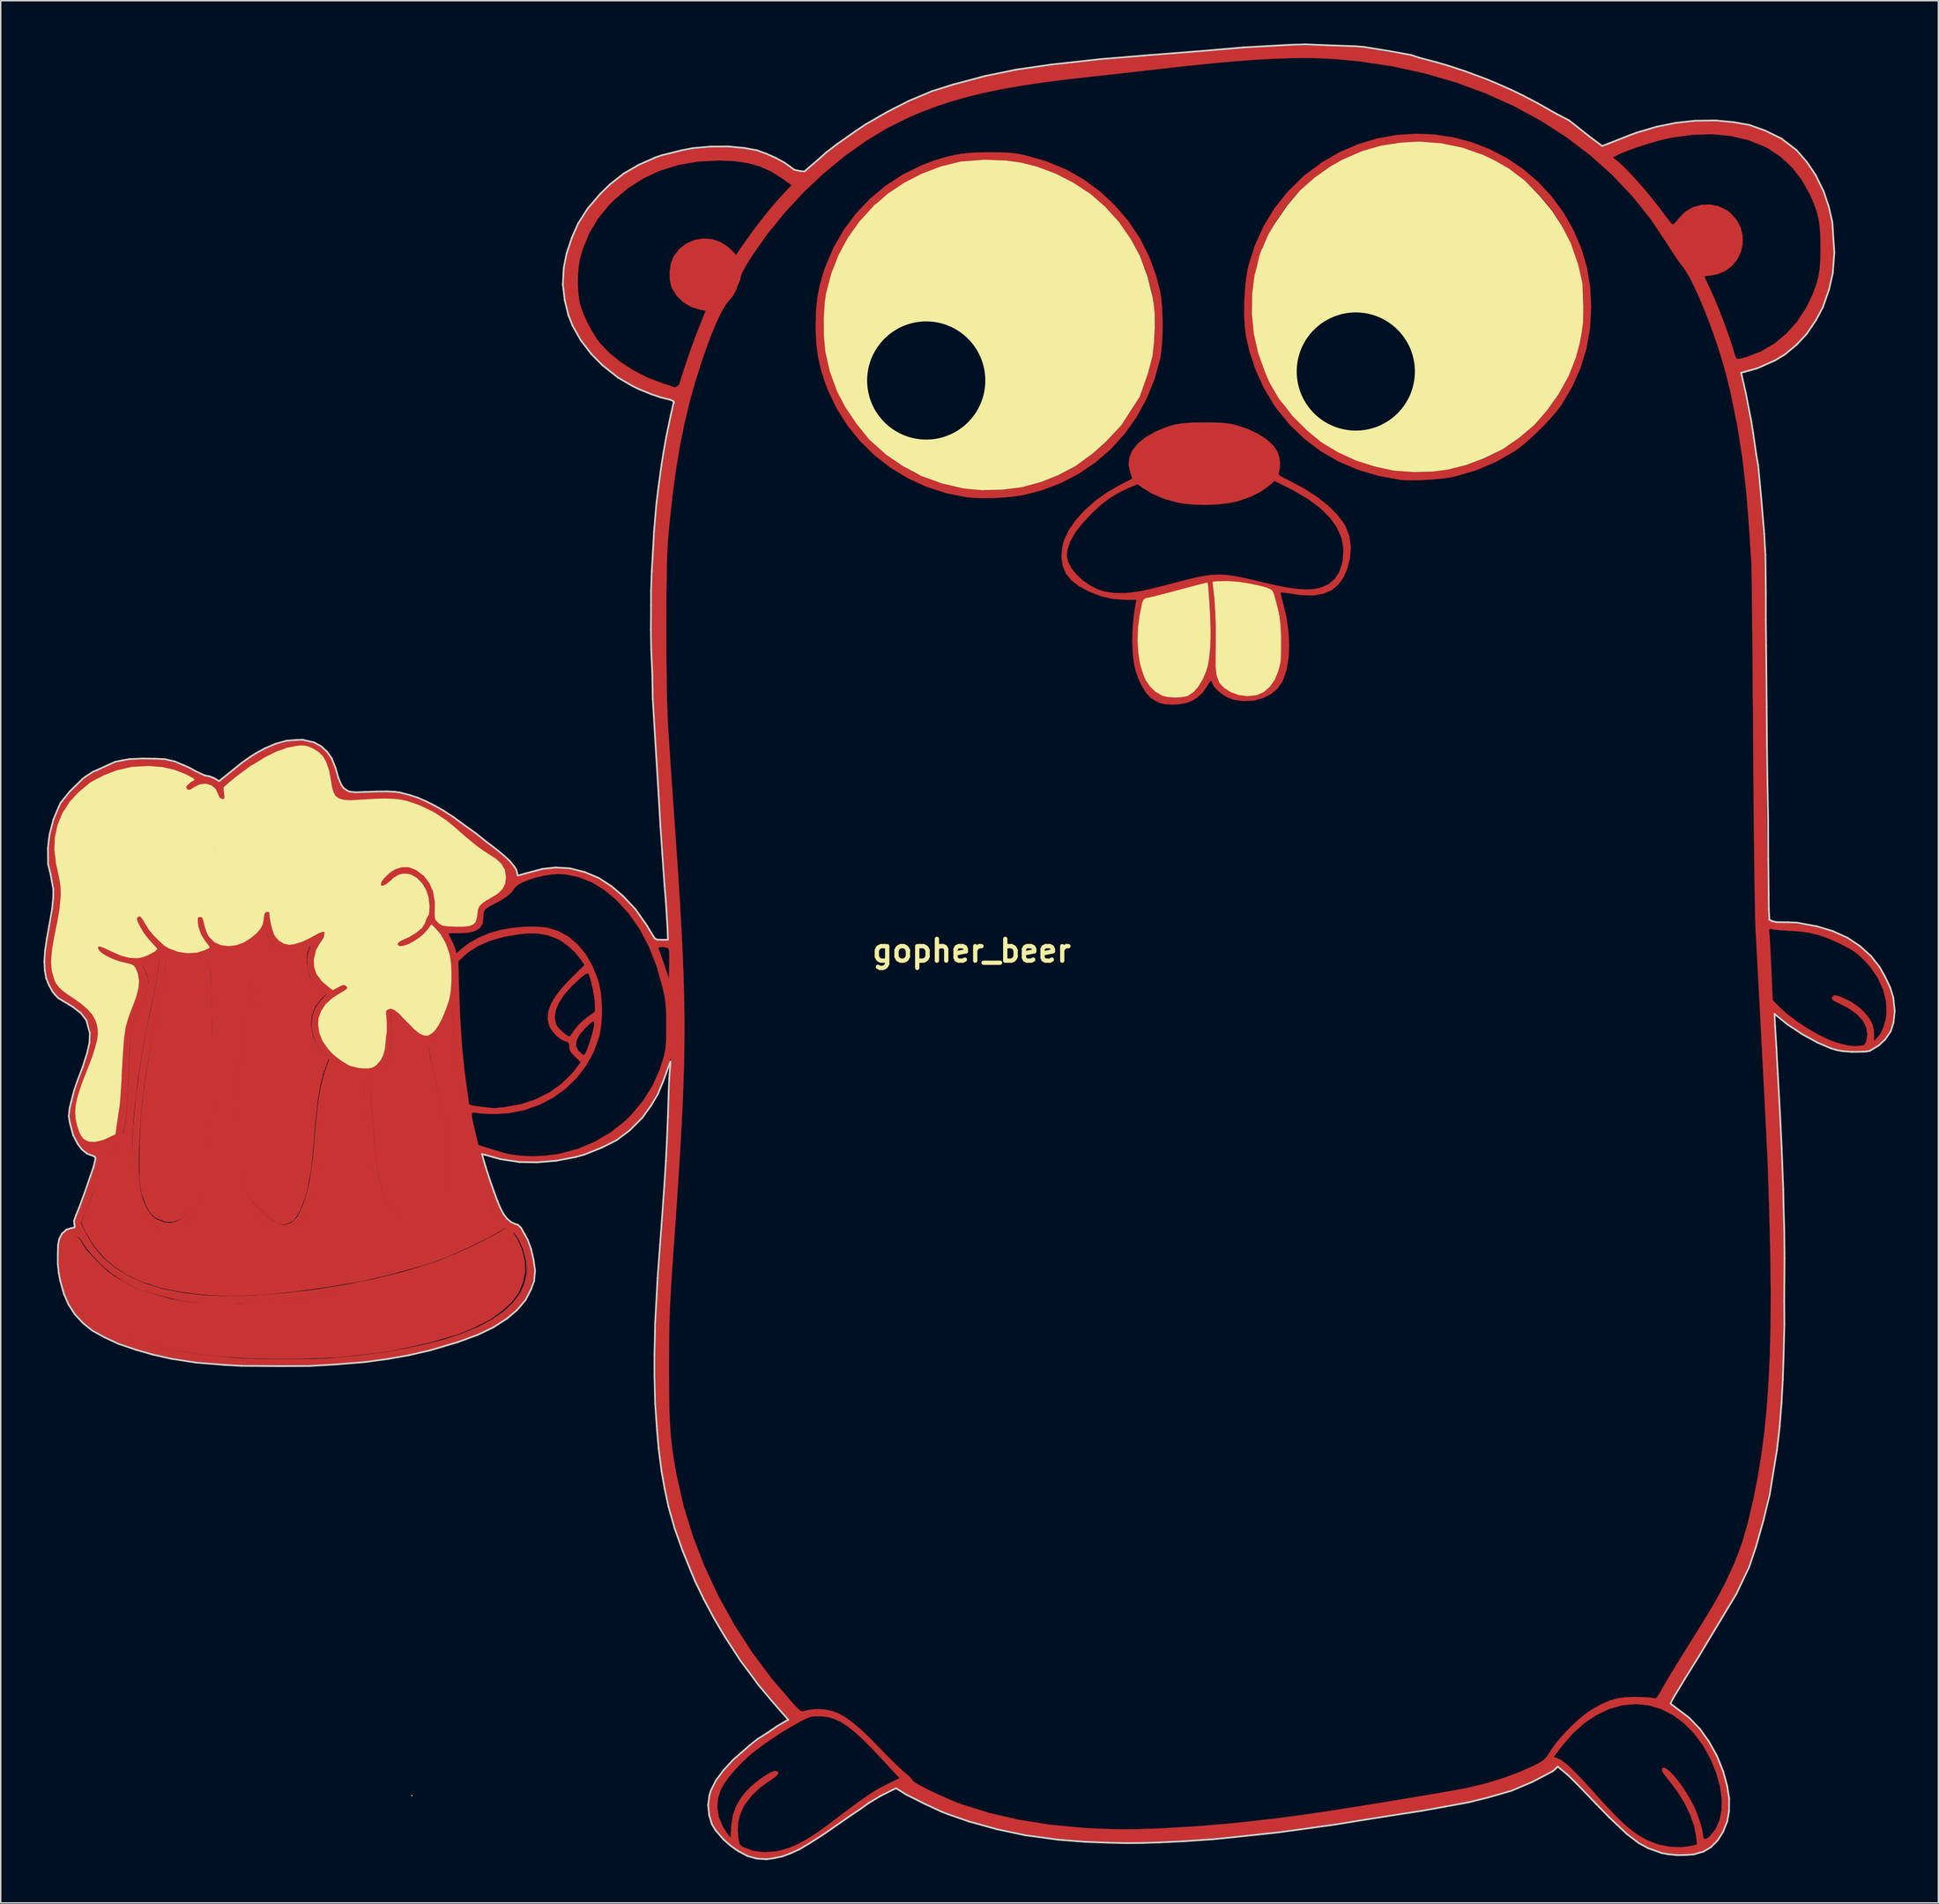
<source format=kicad_pcb>
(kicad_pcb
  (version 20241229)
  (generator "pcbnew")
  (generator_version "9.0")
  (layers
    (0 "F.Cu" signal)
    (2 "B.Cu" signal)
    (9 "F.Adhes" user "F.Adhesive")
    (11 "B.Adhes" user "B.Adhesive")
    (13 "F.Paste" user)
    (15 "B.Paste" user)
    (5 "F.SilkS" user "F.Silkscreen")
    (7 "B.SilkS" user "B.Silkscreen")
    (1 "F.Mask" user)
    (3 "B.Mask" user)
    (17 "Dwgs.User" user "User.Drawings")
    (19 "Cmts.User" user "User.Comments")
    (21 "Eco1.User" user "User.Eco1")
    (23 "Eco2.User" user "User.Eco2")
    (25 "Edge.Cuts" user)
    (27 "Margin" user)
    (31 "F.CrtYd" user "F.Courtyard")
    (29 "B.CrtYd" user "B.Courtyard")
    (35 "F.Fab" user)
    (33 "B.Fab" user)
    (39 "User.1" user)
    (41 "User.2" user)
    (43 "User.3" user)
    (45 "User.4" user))
  (footprint "gopher_beer"
    (layer "F.Cu")
    (at 65.03 63.57)
    (property "Reference" "gopher_beer" (at 0 0 0) (layer "F.SilkS") (effects (font (size 1.524 1.524) (thickness 0.3))))
    (attr through_hole)
    (fp_poly (pts (xy -21.28 -39.05) (xy -20.36 -38.83) (xy -20.52 -38.32) (xy -20.63 -38.2) (xy -20.8 -38.55) (xy -21.07 -38.69) (xy -21.31 -38.76) (xy -21.42 -38.85) (xy -21.36 -38.96)) (stroke (width 0.1) (type solid)) (fill yes) (layer "F.Cu"))
    (fp_poly (pts (xy 16.56 -25.79) (xy 16.59 -25.4) (xy 16.78 -25.39) (xy 16.911 -25.285) (xy 16.98 -24.95) (xy 16.93 -25.41) (xy 16.91 -25.58) (xy 16.89 -25.69) (xy 16.87 -25.82)) (stroke (width 0.1) (type solid)) (fill yes) (layer "F.Cu"))
    (fp_poly (pts (xy -20.88 -39.44) (xy -20.72 -39.44) (xy -20.51 -39.6) (xy -20.41 -39.66) (xy -20.47 -39.17) (xy -20.76 -39.09) (xy -20.89 -39.14) (xy -20.99 -39.27) (xy -21.02 -39.38) (xy -21 -39.44)) (stroke (width 0.1) (type solid)) (fill yes) (layer "F.Cu"))
    (fp_poly (pts (xy -12.48 -54.64) (xy -12.085 -54.54) (xy -11.695 -54.5) (xy -11.67 -54.24) (xy -12.06 -53.96) (xy -12.46 -54.02) (xy -12.54 -54.31) (xy -12.61 -54.61) (xy -12.61 -54.68) (xy -12.62 -54.73)) (stroke (width 0.1) (type solid)) (fill yes) (layer "F.Cu"))
    (fp_poly (pts (xy 55.78 -2.22) (xy 55.87 -2.07) (xy 55.97 -2.04) (xy 56.1 -1.97) (xy 56.21 -1.95) (xy 56.37 -1.92) (xy 56.28 -1.79) (xy 56.18 -1.73) (xy 56.1 -1.7) (xy 56 -1.7) (xy 55.89 -1.71) (xy 55.8 -1.73) (xy 55.77 -1.78) (xy 55.76 -1.82) (xy 55.76 -1.88) (xy 55.75 -1.95) (xy 55.75 -1.97) (xy 55.77 -1.98)) (stroke (width 0.1) (type solid)) (fill yes) (layer "F.Cu"))
    (fp_poly (pts (xy -40.97 5.66) (xy -40.97 5.24) (xy -40.98 4.97) (xy -41.01 4.53) (xy -41.02 4.24) (xy -40.99 4.2) (xy -40.96 4.17) (xy -40.92 4.16) (xy -40.86 4.16) (xy -40.83 4.21) (xy -40.81 4.25) (xy -40.79 4.3) (xy -40.76 4.39) (xy -40.725 4.57) (xy -40.72 4.84) (xy -40.722 5.14) (xy -40.72 5.32) (xy -40.72 5.43) (xy -40.73 5.28) (xy -40.72 5.465) (xy -40.72 5.555) (xy -40.72 5.7) (xy -40.73 5.85) (xy -40.75 5.9)) (stroke (width 0.1) (type solid)) (fill yes) (layer "F.Cu"))
    (fp_poly (pts (xy -40.89 4.135) (xy -40.74 4.07) (xy -40.55 4.12) (xy -40.5 4.15) (xy -40.44 4.17) (xy -40.37 4.22) (xy -40.29 4.29) (xy -40.21 4.35) (xy -40.14 4.41) (xy -40.1 4.44) (xy -40.04 4.5) (xy -40 4.56) (xy -39.93 4.64) (xy -39.92 4.66) (xy -39.85 4.73) (xy -39.82 4.83) (xy -39.99 4.78) (xy -40.05 4.83) (xy -40.16 4.82) (xy -40.145 4.825) (xy -40.235 4.715) (xy -40.3 4.64) (xy -40.35 4.59) (xy -40.4 4.54) (xy -40.47 4.49) (xy -40.53 4.43) (xy -40.57 4.4) (xy -40.65 4.36) (xy -40.7 4.32) (xy -40.73 4.3) (xy -40.75 4.28) (xy -40.82 4.22)) (stroke (width 0.1) (type solid)) (fill yes) (layer "F.Cu"))
    (fp_poly (pts (xy -56.32 0.28) (xy -56.19 0.3) (xy -55.98 0.36) (xy -55.39 0.49) (xy -54.85 0.54) (xy -54.28 0.52) (xy -53.89 0.43) (xy -53.86 0.48) (xy -53.83 0.6) (xy -53.79 1.06) (xy -53.73 2.51) (xy -53.7 3.5) (xy -53.64 5.86) (xy -53.61 7.22) (xy -53.6 8.63) (xy -53.64 11.04) (xy -53.7 12.26) (xy -53.79 13.26) (xy -53.98 14.7) (xy -54.11 15.46) (xy -54.32 16.41) (xy -54.52 17.08) (xy -54.58 17.3) (xy -54.84 17.95) (xy -55.11 18.39) (xy -55.39 18.7) (xy -55.61 18.83) (xy -56.03 18.96) (xy -56.52 18.93) (xy -57.02 18.73) (xy -57.18 18.65) (xy -57.42 18.45) (xy -57.61 18.19) (xy -57.84 17.74) (xy -58.1 17.06) (xy -58.19 16.6) (xy -58.26 16.06) (xy -58.26 13.69) (xy -58.16 11.58) (xy -57.9 9.31) (xy -57.55 7.07) (xy -57.14 5.08) (xy -56.82 3.66) (xy -56.65 2.81) (xy -56.53 2.03) (xy -56.46 1.25) (xy -56.42 0.72) (xy -56.39 0.44) (xy -56.36 0.31)) (stroke (width 0.1) (type solid)) (fill yes) (layer "F.Cu"))
    (fp_poly (pts (xy -40.65 4.44) (xy -40.44 4.59) (xy -40.18 4.88) (xy -39.87 5.28) (xy -39.53 5.62) (xy -39.11 6.03) (xy -38.54 6.58) (xy -38.46 7.12) (xy -38.36 7.85) (xy -38.21 8.71) (xy -38.01 9.7) (xy -37.66 11.41) (xy -37.36 12.76) (xy -37.17 13.95) (xy -37.07 15.19) (xy -37.1 16.27) (xy -37.23 16.8) (xy -37.42 17.24) (xy -37.54 17.43) (xy -37.82 17.78) (xy -38.19 18.14) (xy -38.54 18.4) (xy -38.9 18.57) (xy -39.28 18.64) (xy -39.56 18.62) (xy -39.96 18.5) (xy -40.44 18.21) (xy -40.75 17.87) (xy -41.02 17.4) (xy -41.26 16.79) (xy -41.45 16.02) (xy -41.61 15.12) (xy -41.74 14.07) (xy -41.85 12.59) (xy -41.93 11.55) (xy -42.01 10.61) (xy -42.07 9.97) (xy -42.09 9.48) (xy -42.06 9.1) (xy -41.98 8.83) (xy -41.84 8.65) (xy -41.63 8.51) (xy -41.53 8.46) (xy -41.14 8.14) (xy -40.85 7.67) (xy -40.68 7.07) (xy -40.62 6.36) (xy -40.63 5.79) (xy -40.63 5.1) (xy -40.63 4.52)) (stroke (width 0.1) (type solid)) (fill yes) (layer "F.Cu"))
    (fp_poly (pts (xy -49.468 -1.23) (xy -49.355 -0.97) (xy -49.16 -0.68) (xy -48.84 -0.33) (xy -48.34 -0.05) (xy -47.72 0.02) (xy -47.06 -0.09) (xy -46.42 -0.32) (xy -46.6 0.165) (xy -46.64 0.84) (xy -46.45 1.71) (xy -46.28 1.965) (xy -45.97 2.34) (xy -45.63 2.7) (xy -45.28 3.04) (xy -45.61 3.34) (xy -46.04 3.9) (xy -46.27 4.52) (xy -46.33 5.22) (xy -46.19 6.04) (xy -45.85 6.69) (xy -45.58 7.05) (xy -45.11 7.59) (xy -45.48 8.61) (xy -45.64 9.25) (xy -45.71 9.59) (xy -45.85 10.45) (xy -46.03 12.02) (xy -46.13 13.31) (xy -46.25 14.55) (xy -46.34 15.4) (xy -46.59 16.72) (xy -46.76 17.32) (xy -47.11 18.22) (xy -47.36 18.62) (xy -47.54 18.85) (xy -47.84 19.03) (xy -48.02 19.1) (xy -48.21 19.13) (xy -48.33 19.11) (xy -48.62 19.02) (xy -49.01 18.78) (xy -49.39 18.51) (xy -49.86 18.06) (xy -50.4 17.44) (xy -50.67 17.06) (xy -50.88 16.67) (xy -51.05 16.13) (xy -51.17 15.51) (xy -51.315 14.17) (xy -51.312 11.86) (xy -50.94 8.88) (xy -50.71 7.13) (xy -50.32 4.5) (xy -50.16 3.39) (xy -49.93 1.36) (xy -49.84 0.13) (xy -49.79 -0.51) (xy -49.69 -0.93) (xy -49.612 -1.11)) (stroke (width 0.1) (type solid)) (fill yes) (layer "F.Cu"))
    (fp_poly (pts (xy -63.18 20.01) (xy -62.89 19.99) (xy -62.7 20.08) (xy -62.51 20.26) (xy -62.29 20.62) (xy -62.04 21.01) (xy -61.39 21.7) (xy -60.575 22.48) (xy -60.1 22.83) (xy -59.155 23.4) (xy -58.455 23.725) (xy -57.405 24.055) (xy -56.06 24.45) (xy -54.61 24.68) (xy -53.23 24.78) (xy -52.32 24.8) (xy -51.28 24.78) (xy -49.83 24.65) (xy -47.37 24.42) (xy -45.8 24.25) (xy -44.24 24.01) (xy -43.22 23.83) (xy -41.94 23.57) (xy -40.7 23.27) (xy -39.33 22.89) (xy -37.69 22.355) (xy -36.45 21.885) (xy -35.52 21.48) (xy -34.48 21) (xy -33.87 20.66) (xy -33.265 20.34) (xy -32.63 19.97) (xy -32.25 19.77) (xy -32.12 19.82) (xy -31.83 20.29) (xy -31.56 20.91) (xy -31.35 21.73) (xy -31.33 22.48) (xy -31.48 23.22) (xy -31.8 23.97) (xy -32.26 24.59) (xy -32.93 25.19) (xy -33.73 25.78) (xy -34.84 26.35) (xy -35.88 26.78) (xy -37.84 27.37) (xy -39.66 27.78) (xy -41.24 28.07) (xy -42.75 28.26) (xy -44.33 28.43) (xy -45.8 28.5) (xy -47.535 28.545) (xy -49.025 28.535) (xy -50.59 28.51) (xy -51.45 28.46) (xy -52.95 28.35) (xy -54.34 28.18) (xy -55.85 27.93) (xy -57.16 27.66) (xy -58.13 27.42) (xy -59.38 27.03) (xy -60.36 26.64) (xy -61.18 26.25) (xy -61.83 25.83) (xy -62.35 25.34) (xy -62.96 24.38) (xy -63.2 23.61) (xy -63.41 22.86) (xy -63.54 22.06) (xy -63.58 21.22) (xy -63.57 20.86) (xy -63.51 20.46) (xy -63.37 20.15)) (stroke (width 0.1) (type solid)) (fill yes) (layer "F.Cu"))
    (fp_poly (pts (xy 32.438 -57.193) (xy 33.763 -56.992) (xy 35.057 -56.647) (xy 36.309 -56.162) (xy 37.504 -55.539) (xy 38.631 -54.781) (xy 39.676 -53.89) (xy 40.627 -52.87) (xy 41.471 -51.721) (xy 42.147 -50.544) (xy 42.713 -49.237) (xy 43.11 -47.89) (xy 43.343 -46.488) (xy 43.413 -45.101) (xy 43.33 -43.612) (xy 43.078 -42.184) (xy 42.655 -40.809) (xy 42.058 -39.48) (xy 41.318 -38.235) (xy 40.994 -37.804) (xy 40.561 -37.302) (xy 40.055 -36.767) (xy 39.512 -36.232) (xy 38.969 -35.735) (xy 38.463 -35.312) (xy 38.055 -35.015) (xy 36.746 -34.263) (xy 35.365 -33.674) (xy 33.921 -33.253) (xy 33.5 -33.165) (xy 33.104 -33.105) (xy 32.595 -33.054) (xy 32.023 -33.012) (xy 31.436 -32.983) (xy 30.883 -32.97) (xy 30.412 -32.973) (xy 30.084 -32.995) (xy 28.54 -33.273) (xy 27.087 -33.702) (xy 25.731 -34.279) (xy 24.474 -35.003) (xy 23.321 -35.871) (xy 22.278 -36.879) (xy 21.347 -38.026) (xy 21.169 -38.281) (xy 20.488 -39.42) (xy 19.919 -40.663) (xy 19.48 -41.963) (xy 19.22 -43.106) (xy 19.138 -43.787) (xy 19.1 -44.585) (xy 19.1 -44.586) (xy 19.645 -44.586) (xy 19.795 -43.205) (xy 20.11 -41.844) (xy 20.589 -40.518) (xy 20.92 -39.816) (xy 21.646 -38.592) (xy 22.502 -37.484) (xy 23.473 -36.499) (xy 24.547 -35.644) (xy 25.712 -34.925) (xy 26.953 -34.347) (xy 28.258 -33.919) (xy 29.614 -33.646) (xy 31.008 -33.534) (xy 32.426 -33.591) (xy 33.323 -33.715) (xy 34.706 -34.048) (xy 36.017 -34.54) (xy 37.247 -35.181) (xy 38.384 -35.962) (xy 39.419 -36.871) (xy 40.342 -37.899) (xy 41.141 -39.036) (xy 41.806 -40.272) (xy 42.327 -41.597) (xy 42.614 -42.633) (xy 42.737 -43.33) (xy 42.816 -44.14) (xy 42.851 -44.999) (xy 42.84 -45.845) (xy 42.779 -46.614) (xy 42.749 -46.836) (xy 42.449 -48.21) (xy 41.987 -49.529) (xy 41.373 -50.777) (xy 40.619 -51.941) (xy 39.735 -53.007) (xy 38.732 -53.963) (xy 37.621 -54.793) (xy 36.414 -55.483) (xy 35.643 -55.827) (xy 34.277 -56.282) (xy 32.884 -56.566) (xy 31.482 -56.681) (xy 30.084 -56.628) (xy 28.706 -56.407) (xy 27.363 -56.022) (xy 26.071 -55.471) (xy 25.128 -54.941) (xy 23.978 -54.134) (xy 22.972 -53.238) (xy 22.093 -52.235) (xy 21.325 -51.106) (xy 20.708 -49.953) (xy 20.193 -48.669) (xy 19.844 -47.335) (xy 19.662 -45.968) (xy 19.645 -44.586) (xy 19.1 -44.586) (xy 19.106 -45.443) (xy 19.153 -46.306) (xy 19.238 -47.12) (xy 19.36 -47.828) (xy 19.401 -47.999) (xy 19.851 -49.423) (xy 20.455 -50.76) (xy 21.21 -52.004) (xy 22.109 -53.144) (xy 23.146 -54.173) (xy 23.386 -54.378) (xy 24.565 -55.251) (xy 25.804 -55.963) (xy 27.089 -56.516) (xy 28.408 -56.913) (xy 29.748 -57.157) (xy 31.095 -57.249) (xy 32.438 -57.193)) (stroke (width 0.01) (type solid)) (fill yes) (layer "F.Cu"))
    (fp_poly (pts (xy 1.92 -55.945) (xy 2.403 -55.93) (xy 2.803 -55.9) (xy 3.169 -55.851) (xy 3.55 -55.779) (xy 3.85 -55.712) (xy 5.301 -55.292) (xy 6.647 -54.729) (xy 7.895 -54.017) (xy 9.054 -53.152) (xy 10.052 -52.213) (xy 11.003 -51.103) (xy 11.797 -49.914) (xy 12.44 -48.637) (xy 12.939 -47.259) (xy 13.207 -46.218) (xy 13.291 -45.69) (xy 13.348 -45.034) (xy 13.378 -44.3) (xy 13.381 -43.535) (xy 13.356 -42.791) (xy 13.304 -42.116) (xy 13.225 -41.559) (xy 13.207 -41.469) (xy 12.803 -40.023) (xy 12.248 -38.661) (xy 11.551 -37.393) (xy 10.721 -36.228) (xy 9.768 -35.174) (xy 8.699 -34.242) (xy 7.525 -33.44) (xy 6.254 -32.777) (xy 4.896 -32.262) (xy 3.67 -31.946) (xy 3.049 -31.846) (xy 2.327 -31.772) (xy 1.56 -31.728) (xy 0.808 -31.715) (xy 0.128 -31.737) (xy -0.315 -31.779) (xy -1.754 -32.061) (xy -3.133 -32.506) (xy -4.439 -33.101) (xy -5.661 -33.839) (xy -6.786 -34.709) (xy -7.802 -35.702) (xy -8.698 -36.807) (xy -9.461 -38.015) (xy -10.079 -39.316) (xy -10.257 -39.788) (xy -10.543 -40.686) (xy -10.742 -41.536) (xy -10.864 -42.404) (xy -10.919 -43.351) (xy -10.924 -43.724) (xy -10.353 -43.724) (xy -10.332 -42.967) (xy -10.279 -42.283) (xy -10.224 -41.888) (xy -9.904 -40.549) (xy -9.425 -39.253) (xy -8.801 -38.022) (xy -8.044 -36.878) (xy -7.167 -35.841) (xy -6.182 -34.933) (xy -6.003 -34.792) (xy -5.293 -34.27) (xy -4.633 -33.848) (xy -3.961 -33.486) (xy -3.338 -33.201) (xy -2 -32.723) (xy -0.614 -32.414) (xy 0.801 -32.276) (xy 2.228 -32.311) (xy 3.534 -32.497) (xy 4.911 -32.858) (xy 6.203 -33.374) (xy 7.417 -34.049) (xy 8.56 -34.887) (xy 9.462 -35.712) (xy 10.43 -36.795) (xy 11.232 -37.945) (xy 11.875 -39.173) (xy 12.365 -40.491) (xy 12.671 -41.716) (xy 12.759 -42.322) (xy 12.811 -43.045) (xy 12.83 -43.827) (xy 12.813 -44.611) (xy 12.762 -45.337) (xy 12.676 -45.948) (xy 12.671 -45.97) (xy 12.302 -47.38) (xy 11.777 -48.709) (xy 11.106 -49.947) (xy 10.298 -51.085) (xy 9.362 -52.114) (xy 8.308 -53.023) (xy 7.145 -53.804) (xy 5.882 -54.448) (xy 4.529 -54.944) (xy 3.489 -55.208) (xy 2.704 -55.329) (xy 1.816 -55.395) (xy 0.892 -55.406) (xy 0.000442 -55.361) (xy -0.778 -55.261) (xy -2.173 -54.92) (xy -3.495 -54.422) (xy -4.734 -53.778) (xy -5.879 -52.997) (xy -6.918 -52.091) (xy -7.843 -51.069) (xy -8.642 -49.943) (xy -9.304 -48.723) (xy -9.82 -47.419) (xy -10.179 -46.043) (xy -10.222 -45.808) (xy -10.298 -45.206) (xy -10.341 -44.491) (xy -10.353 -43.724) (xy -10.924 -43.724) (xy -10.925 -43.844) (xy -10.898 -44.85) (xy -10.809 -45.748) (xy -10.648 -46.598) (xy -10.404 -47.466) (xy -10.257 -47.9) (xy -9.689 -49.242) (xy -8.969 -50.495) (xy -8.109 -51.648) (xy -7.122 -52.691) (xy -6.017 -53.61) (xy -4.807 -54.397) (xy -3.503 -55.039) (xy -2.643 -55.363) (xy -1.914 -55.588) (xy -1.248 -55.752) (xy -0.589 -55.861) (xy 0.115 -55.924) (xy 0.921 -55.95) (xy 1.306 -55.951) (xy 1.92 -55.945)) (stroke (width 0.01) (type solid)) (fill yes) (layer "F.Cu"))
    (fp_poly (pts (xy -53.33 0.31) (xy -53.14 0.19) (xy -52.95 0.12) (xy -52.61 0.07) (xy -51.84 0.06) (xy -51.4 0.02) (xy -51.07 -0.05) (xy -50.66 -0.22) (xy -50.41 -0.33) (xy -50.37 -0.24) (xy -50.36 -0.02) (xy -50.41 0.78) (xy -50.5 1.61) (xy -50.63 2.65) (xy -50.83 4.18) (xy -51.15 6.37) (xy -51.4 8.12) (xy -51.52 9.06) (xy -51.64 10.07) (xy -51.73 11.08) (xy -51.78 11.95) (xy -51.8 12.73) (xy -51.8 13.43) (xy -51.76 14.36) (xy -51.7 15.13) (xy -51.63 15.67) (xy -51.49 16.46) (xy -51.29 17.02) (xy -51.03 17.57) (xy -50.67 18.09) (xy -50.29 18.5) (xy -49.82 18.97) (xy -49.31 19.3) (xy -48.8 19.46) (xy -48.24 19.53) (xy -47.77 19.5) (xy -47.46 19.4) (xy -47.12 19.18) (xy -46.8 18.86) (xy -46.53 18.45) (xy -46.31 17.98) (xy -46.08 17.28) (xy -45.9 16.48) (xy -45.74 15.4) (xy -45.57 13.5) (xy -45.53 12.99) (xy -45.44 11.8) (xy -45.37 11.12) (xy -45.28 10.34) (xy -45.2 9.86) (xy -45.11 9.47) (xy -44.91 8.79) (xy -44.78 8.37) (xy -44.68 8.1) (xy -44.63 8.01) (xy -44.47 8.06) (xy -44.27 8.17) (xy -43.98 8.36) (xy -43.57 8.52) (xy -43.12 8.65) (xy -42.77 8.71) (xy -42.59 8.73) (xy -42.6 9.7) (xy -42.5 11.48) (xy -42.33 13.54) (xy -42.16 15.04) (xy -42.04 15.6) (xy -41.97 16.03) (xy -41.69 16.98) (xy -41.33 17.77) (xy -40.94 18.37) (xy -40.41 18.86) (xy -40.18 18.99) (xy -39.69 19.12) (xy -39.16 19.09) (xy -38.6 18.88) (xy -38.06 18.54) (xy -37.51 18.04) (xy -37.11 17.54) (xy -36.83 17.02) (xy -36.63 16.43) (xy -36.51 15.73) (xy -36.47 15.19) (xy -36.47 14.67) (xy -36.51 14.13) (xy -36.57 13.53) (xy -36.75 12.47) (xy -36.89 11.82) (xy -37.1 10.88) (xy -37.38 9.66) (xy -37.69 8.35) (xy -37.86 7.49) (xy -37.98 6.84) (xy -37.45 6.17) (xy -37.02 5.53) (xy -36.56 4.7) (xy -36.38 4.3) (xy -36.3 5.8) (xy -36.23 6.49) (xy -36.19 7.05) (xy -36.07 8.03) (xy -35.93 9.28) (xy -35.78 10.1) (xy -35.56 11.34) (xy -35.33 12.41) (xy -35.07 13.5) (xy -34.98 13.91) (xy -34.6 15.19) (xy -34.41 15.84) (xy -34.1 16.76) (xy -33.82 17.55) (xy -33.59 18.17) (xy -33.22 18.87) (xy -32.97 19.17) (xy -32.67 19.38) (xy -33.31 19.74) (xy -33.815 20.03) (xy -35.285 20.74) (xy -36.79 21.42) (xy -38.227 21.94) (xy -40.752 22.64) (xy -42.685 23.095) (xy -45.075 23.505) (xy -47.58 23.85) (xy -49.735 24.069) (xy -51.985 24.151) (xy -53.82 24.052) (xy -55.34 23.87) (xy -56.8 23.57) (xy -58.02 23.18) (xy -59.06 22.72) (xy -59.97 22.14) (xy -60.71 21.52) (xy -61.41 20.72) (xy -62.02 19.73) (xy -62.33 19.05) (xy -61.59 17.19) (xy -61.155 15.67) (xy -60.785 14.41) (xy -60.46 14.32) (xy -60.04 13.96) (xy -59.77 13.62) (xy -59.36 12.69) (xy -59.22 11.99) (xy -59.12 10.8) (xy -59.02 8.66) (xy -58.98 7.75) (xy -58.91 6.57) (xy -58.84 5.88) (xy -58.73 5.31) (xy -58.61 4.89) (xy -58.43 4.36) (xy -58.11 3.63) (xy -57.81 2.99) (xy -57.68 2.57) (xy -57.63 2.27) (xy -57.64 2.02) (xy -57.74 1.69) (xy -57.94 1.24) (xy -58.035 1.03) (xy -58.065 0.92) (xy -57.7 0.81) (xy -57.41 0.69) (xy -57.18 0.57) (xy -56.98 0.5) (xy -56.98 0.66) (xy -57.03 1.13) (xy -57.1 1.71) (xy -57.24 2.47) (xy -57.36 3.12) (xy -57.62 4.27) (xy -58.06 6.5) (xy -58.29 7.9) (xy -58.46 8.96) (xy -58.6 10.18) (xy -58.75 11.44) (xy -58.82 12.61) (xy -58.88 13.56) (xy -58.87 13.99) (xy -58.88 14.78) (xy -58.83 15.72) (xy -58.78 16.29) (xy -58.65 17.04) (xy -58.53 17.42) (xy -58.42 17.73) (xy -58.18 18.24) (xy -57.77 18.83) (xy -57.32 19.24) (xy -56.81 19.47) (xy -56.08 19.59) (xy -55.6 19.52) (xy -55.2 19.32) (xy -54.83 18.96) (xy -54.49 18.43) (xy -53.99 17.42) (xy -53.73 16.57) (xy -53.59 16.03) (xy -53.5 15.55) (xy -53.41 14.91) (xy -53.35 14.32) (xy -53.31 13.79) (xy -53.27 13.17) (xy -53.24 12.54) (xy -53.2 11.48) (xy -53.18 10.34) (xy -53.18 9.63) (xy -53.18 9.26) (xy -53.16 8.04) (xy -53.16 7.17) (xy -53.17 5.41) (xy -53.21 4.14) (xy -53.23 3.11) (xy -53.26 1.71) (xy -53.3 0.79) (xy -53.32 0.49)) (stroke (width 0.1) (type solid)) (fill yes) (layer "F.Cu"))
    (fp_poly (pts (xy 16.348 -37.017) (xy 16.965 -37.01) (xy 17.442 -36.995) (xy 17.819 -36.966) (xy 18.137 -36.921) (xy 18.435 -36.856) (xy 18.565 -36.822) (xy 19.364 -36.554) (xy 20.072 -36.22) (xy 20.668 -35.835) (xy 21.128 -35.414) (xy 21.429 -34.975) (xy 21.565 -34.562) (xy 21.615 -34.102) (xy 21.575 -33.678) (xy 21.535 -33.543) (xy 21.507 -33.441) (xy 21.532 -33.355) (xy 21.635 -33.264) (xy 21.843 -33.145) (xy 22.182 -32.977) (xy 22.276 -32.931) (xy 23.282 -32.398) (xy 24.181 -31.82) (xy 24.957 -31.21) (xy 25.592 -30.584) (xy 26.072 -29.953) (xy 26.229 -29.678) (xy 26.477 -29) (xy 26.569 -28.261) (xy 26.508 -27.487) (xy 26.295 -26.706) (xy 26.076 -26.212) (xy 25.716 -25.681) (xy 25.248 -25.288) (xy 24.668 -25.03) (xy 23.975 -24.907) (xy 23.164 -24.917) (xy 22.578 -24.995) (xy 22.201 -25.055) (xy 21.896 -25.097) (xy 21.703 -25.114) (xy 21.656 -25.11) (xy 21.662 -25.013) (xy 21.71 -24.79) (xy 21.79 -24.487) (xy 21.8 -24.452) (xy 22.046 -23.434) (xy 22.195 -22.424) (xy 22.249 -21.448) (xy 22.208 -20.534) (xy 22.071 -19.711) (xy 21.839 -19.006) (xy 21.771 -18.86) (xy 21.43 -18.373) (xy 20.961 -17.983) (xy 20.392 -17.7) (xy 19.753 -17.535) (xy 19.072 -17.496) (xy 18.377 -17.594) (xy 18.224 -17.636) (xy 17.885 -17.78) (xy 17.535 -18) (xy 17.219 -18.259) (xy 16.983 -18.52) (xy 16.878 -18.721) (xy 16.82 -18.886) (xy 16.747 -18.914) (xy 16.642 -18.794) (xy 16.49 -18.529) (xy 16.18 -18.079) (xy 15.759 -17.713) (xy 15.368 -17.482) (xy 14.999 -17.355) (xy 14.526 -17.276) (xy 14.018 -17.25) (xy 13.544 -17.281) (xy 13.207 -17.359) (xy 12.907 -17.503) (xy 12.598 -17.698) (xy 12.531 -17.749) (xy 12.248 -18.052) (xy 11.968 -18.487) (xy 11.714 -19.008) (xy 11.51 -19.57) (xy 11.392 -20.045) (xy 11.293 -20.818) (xy 11.258 -21.702) (xy 11.258 -21.706) (xy 11.667 -21.706) (xy 11.714 -20.866) (xy 11.838 -20.127) (xy 11.875 -19.986) (xy 11.993 -19.603) (xy 12.12 -19.243) (xy 12.232 -18.977) (xy 12.243 -18.954) (xy 12.526 -18.542) (xy 12.898 -18.185) (xy 13.301 -17.937) (xy 13.387 -17.903) (xy 13.754 -17.818) (xy 14.199 -17.781) (xy 14.649 -17.792) (xy 15.031 -17.851) (xy 15.162 -17.893) (xy 15.521 -18.13) (xy 15.861 -18.518) (xy 16.165 -19.031) (xy 16.415 -19.641) (xy 16.542 -20.081) (xy 16.617 -20.525) (xy 16.668 -21.117) (xy 16.695 -21.827) (xy 16.697 -22.625) (xy 16.673 -23.482) (xy 16.629 -24.263) (xy 16.55 -25.415) (xy 16.764 -25.385) (xy 16.883 -25.35) (xy 16.957 -25.258) (xy 17.007 -25.068) (xy 17.048 -24.772) (xy 17.073 -24.48) (xy 17.095 -24.048) (xy 17.115 -23.517) (xy 17.131 -22.926) (xy 17.143 -22.316) (xy 17.149 -21.726) (xy 17.149 -21.197) (xy 17.142 -20.767) (xy 17.136 -20.598) (xy 17.134 -19.862) (xy 17.212 -19.274) (xy 17.367 -18.841) (xy 17.412 -18.768) (xy 17.748 -18.412) (xy 18.207 -18.135) (xy 18.745 -17.952) (xy 19.317 -17.876) (xy 19.879 -17.921) (xy 19.996 -17.949) (xy 20.453 -18.159) (xy 20.865 -18.521) (xy 21.207 -19.006) (xy 21.455 -19.584) (xy 21.538 -19.873) (xy 21.596 -20.146) (xy 21.631 -20.447) (xy 21.65 -20.82) (xy 21.655 -21.309) (xy 21.655 -21.586) (xy 21.642 -22.286) (xy 21.607 -22.866) (xy 21.542 -23.388) (xy 21.438 -23.909) (xy 21.287 -24.49) (xy 21.238 -24.66) (xy 21.17 -24.904) (xy 21.109 -25.085) (xy 21.03 -25.217) (xy 20.905 -25.317) (xy 20.708 -25.4) (xy 20.413 -25.483) (xy 19.993 -25.581) (xy 19.513 -25.689) (xy 18.748 -25.817) (xy 17.943 -25.872) (xy 17.167 -25.854) (xy 16.528 -25.769) (xy 16.261 -25.707) (xy 15.862 -25.607) (xy 15.372 -25.479) (xy 14.832 -25.333) (xy 14.411 -25.217) (xy 13.876 -25.071) (xy 13.374 -24.938) (xy 12.942 -24.828) (xy 12.615 -24.751) (xy 12.453 -24.718) (xy 12.205 -24.665) (xy 12.074 -24.568) (xy 11.994 -24.375) (xy 11.978 -24.316) (xy 11.8 -23.482) (xy 11.696 -22.594) (xy 11.667 -21.706) (xy 11.258 -21.706) (xy 11.287 -22.644) (xy 11.378 -23.588) (xy 11.485 -24.256) (xy 11.549 -24.592) (xy 10.796 -24.594) (xy 9.919 -24.654) (xy 9.088 -24.841) (xy 8.237 -25.169) (xy 8.22 -25.177) (xy 7.522 -25.552) (xy 6.993 -25.961) (xy 6.621 -26.42) (xy 6.396 -26.942) (xy 6.307 -27.54) (xy 6.305 -27.664) (xy 6.307 -27.697) (xy 6.667 -27.697) (xy 6.753 -27.265) (xy 6.987 -26.813) (xy 7.342 -26.367) (xy 7.792 -25.951) (xy 8.311 -25.59) (xy 8.872 -25.311) (xy 9.322 -25.165) (xy 10.002 -25.067) (xy 10.791 -25.066) (xy 11.648 -25.165) (xy 11.703 -25.174) (xy 12.041 -25.242) (xy 12.508 -25.347) (xy 13.058 -25.479) (xy 13.646 -25.627) (xy 14.135 -25.755) (xy 14.981 -25.978) (xy 15.69 -26.149) (xy 16.297 -26.269) (xy 16.839 -26.34) (xy 17.35 -26.361) (xy 17.866 -26.333) (xy 18.423 -26.257) (xy 19.056 -26.132) (xy 19.8 -25.961) (xy 20.266 -25.847) (xy 21.255 -25.618) (xy 22.096 -25.454) (xy 22.808 -25.354) (xy 23.411 -25.315) (xy 23.924 -25.337) (xy 24.365 -25.416) (xy 24.433 -25.435) (xy 24.997 -25.676) (xy 25.438 -26.042) (xy 25.761 -26.538) (xy 25.97 -27.17) (xy 26.017 -27.419) (xy 26.054 -28.198) (xy 25.913 -28.946) (xy 25.597 -29.666) (xy 25.103 -30.356) (xy 24.432 -31.018) (xy 23.583 -31.652) (xy 22.557 -32.257) (xy 22.163 -32.459) (xy 21.223 -32.925) (xy 20.818 -32.57) (xy 20.265 -32.175) (xy 19.562 -31.823) (xy 18.738 -31.529) (xy 18.645 -31.502) (xy 18.021 -31.368) (xy 17.28 -31.283) (xy 16.479 -31.246) (xy 15.674 -31.259) (xy 14.923 -31.324) (xy 14.474 -31.398) (xy 13.506 -31.664) (xy 12.637 -32.037) (xy 12.023 -32.412) (xy 11.622 -32.698) (xy 11.047 -32.455) (xy 10.322 -32.112) (xy 9.681 -31.724) (xy 9.065 -31.252) (xy 8.458 -30.695) (xy 7.77 -29.967) (xy 7.25 -29.292) (xy 6.896 -28.666) (xy 6.705 -28.085) (xy 6.667 -27.697) (xy 6.307 -27.697) (xy 6.345 -28.195) (xy 6.451 -28.687) (xy 6.476 -28.762) (xy 6.807 -29.465) (xy 7.296 -30.173) (xy 7.923 -30.867) (xy 8.668 -31.525) (xy 9.511 -32.128) (xy 10.431 -32.657) (xy 10.493 -32.689) (xy 10.817 -32.852) (xy 11.073 -32.985) (xy 11.224 -33.066) (xy 11.248 -33.081) (xy 11.238 -33.174) (xy 11.174 -33.374) (xy 11.135 -33.476) (xy 11.006 -34.018) (xy 11.05 -34.548) (xy 11.264 -35.057) (xy 11.64 -35.535) (xy 12.173 -35.972) (xy 12.835 -36.348) (xy 13.361 -36.585) (xy 13.836 -36.76) (xy 14.303 -36.883) (xy 14.807 -36.961) (xy 15.389 -37.003) (xy 16.093 -37.017) (xy 16.348 -37.017)) (stroke (width 0.01) (type solid)) (fill yes) (layer "F.Cu"))
    (fp_poly (pts (xy 24.096 -63.424) (xy 24.589 -63.409) (xy 25.349 -63.381) (xy 25.957 -63.357) (xy 26.439 -63.336) (xy 26.824 -63.315) (xy 27.139 -63.292) (xy 27.412 -63.265) (xy 27.669 -63.231) (xy 27.939 -63.189) (xy 28.25 -63.136) (xy 28.417 -63.107) (xy 28.914 -63.022) (xy 29.419 -62.939) (xy 29.864 -62.868) (xy 30.129 -62.828) (xy 30.473 -62.77) (xy 30.765 -62.705) (xy 30.939 -62.65) (xy 31.1 -62.592) (xy 31.389 -62.507) (xy 31.762 -62.406) (xy 32.052 -62.332) (xy 33.444 -61.942) (xy 34.909 -61.449) (xy 36.398 -60.875) (xy 37.859 -60.238) (xy 39.243 -59.56) (xy 40.501 -58.862) (xy 40.577 -58.816) (xy 40.951 -58.596) (xy 41.284 -58.407) (xy 41.538 -58.273) (xy 41.664 -58.216) (xy 41.864 -58.112) (xy 42.064 -57.957) (xy 42.215 -57.827) (xy 42.476 -57.617) (xy 42.81 -57.355) (xy 43.183 -57.069) (xy 43.226 -57.036) (xy 44.176 -56.316) (xy 45.169 -56.741) (xy 46.574 -57.276) (xy 47.981 -57.682) (xy 49.375 -57.96) (xy 50.739 -58.111) (xy 52.058 -58.133) (xy 53.318 -58.026) (xy 54.503 -57.792) (xy 55.598 -57.429) (xy 56.587 -56.939) (xy 56.912 -56.733) (xy 57.733 -56.071) (xy 58.452 -55.277) (xy 59.066 -54.369) (xy 59.569 -53.366) (xy 59.958 -52.286) (xy 60.228 -51.148) (xy 60.375 -49.971) (xy 60.394 -48.773) (xy 60.281 -47.572) (xy 60.031 -46.388) (xy 59.641 -45.239) (xy 59.618 -45.184) (xy 59.131 -44.222) (xy 58.506 -43.32) (xy 57.773 -42.512) (xy 56.959 -41.831) (xy 56.605 -41.594) (xy 56.267 -41.406) (xy 55.847 -41.205) (xy 55.387 -41.005) (xy 54.928 -40.826) (xy 54.514 -40.683) (xy 54.186 -40.592) (xy 54.02 -40.569) (xy 53.886 -40.54) (xy 53.862 -40.509) (xy 53.881 -40.405) (xy 53.932 -40.157) (xy 54.01 -39.796) (xy 54.107 -39.353) (xy 54.174 -39.05) (xy 54.642 -36.676) (xy 55.015 -34.186) (xy 55.289 -31.618) (xy 55.388 -30.292) (xy 55.424 -29.747) (xy 55.46 -29.216) (xy 55.493 -28.745) (xy 55.52 -28.383) (xy 55.529 -28.272) (xy 55.536 -28.112) (xy 55.543 -27.783) (xy 55.552 -27.297) (xy 55.561 -26.665) (xy 55.571 -25.898) (xy 55.582 -25.008) (xy 55.592 -24.005) (xy 55.603 -22.901) (xy 55.615 -21.707) (xy 55.626 -20.434) (xy 55.637 -19.093) (xy 55.648 -17.696) (xy 55.659 -16.254) (xy 55.662 -15.886) (xy 55.673 -14.421) (xy 55.684 -12.991) (xy 55.696 -11.606) (xy 55.708 -10.28) (xy 55.72 -9.024) (xy 55.732 -7.85) (xy 55.744 -6.77) (xy 55.756 -5.795) (xy 55.767 -4.939) (xy 55.778 -4.212) (xy 55.788 -3.627) (xy 55.798 -3.195) (xy 55.806 -2.929) (xy 55.807 -2.901) (xy 55.835 -2.421) (xy 55.861 -2.097) (xy 55.89 -1.96) (xy 55.91 -1.88) (xy 55.973 -1.824) (xy 55.998 -1.846) (xy 56.17 -1.928) (xy 56.483 -1.967) (xy 56.947 -1.962) (xy 57.571 -1.914) (xy 57.871 -1.882) (xy 59.148 -1.669) (xy 60.302 -1.329) (xy 61.33 -0.864) (xy 62.23 -0.275) (xy 63.001 0.437) (xy 63.642 1.272) (xy 63.939 1.786) (xy 64.297 2.571) (xy 64.515 3.295) (xy 64.606 3.997) (xy 64.61 4.173) (xy 64.544 4.939) (xy 64.34 5.592) (xy 63.993 6.143) (xy 63.5 6.6) (xy 63.345 6.706) (xy 63.1 6.858) (xy 62.905 6.955) (xy 62.707 7.01) (xy 62.452 7.035) (xy 62.089 7.041) (xy 61.924 7.042) (xy 61.403 7.03) (xy 60.989 6.987) (xy 60.608 6.901) (xy 60.393 6.835) (xy 59.299 6.393) (xy 58.213 5.803) (xy 57.182 5.09) (xy 56.787 4.769) (xy 56.532 4.56) (xy 56.335 4.411) (xy 56.23 4.349) (xy 56.223 4.349) (xy 56.219 4.444) (xy 56.226 4.694) (xy 56.241 5.077) (xy 56.265 5.569) (xy 56.295 6.147) (xy 56.331 6.787) (xy 56.334 6.835) (xy 56.451 8.881) (xy 56.553 10.768) (xy 56.64 12.517) (xy 56.715 14.149) (xy 56.776 15.683) (xy 56.825 17.141) (xy 56.863 18.542) (xy 56.889 19.908) (xy 56.905 21.258) (xy 56.912 22.614) (xy 56.909 23.994) (xy 56.899 25.31) (xy 56.874 27.054) (xy 56.837 28.638) (xy 56.784 30.085) (xy 56.715 31.414) (xy 56.627 32.646) (xy 56.519 33.801) (xy 56.389 34.9) (xy 56.234 35.964) (xy 56.053 37.012) (xy 55.844 38.066) (xy 55.649 38.953) (xy 55.367 40.127) (xy 55.076 41.193) (xy 54.764 42.181) (xy 54.419 43.12) (xy 54.026 44.04) (xy 53.574 44.971) (xy 53.049 45.941) (xy 52.438 46.98) (xy 51.729 48.118) (xy 51.477 48.511) (xy 51.037 49.199) (xy 50.61 49.874) (xy 50.208 50.518) (xy 49.842 51.114) (xy 49.521 51.643) (xy 49.257 52.089) (xy 49.059 52.434) (xy 48.94 52.659) (xy 48.909 52.743) (xy 48.979 52.829) (xy 49.164 52.98) (xy 49.427 53.166) (xy 49.477 53.199) (xy 50.277 53.823) (xy 51.009 54.593) (xy 51.656 55.483) (xy 52.202 56.466) (xy 52.63 57.518) (xy 52.91 58.547) (xy 53.026 59.418) (xy 53.011 60.244) (xy 52.872 61.009) (xy 52.617 61.693) (xy 52.253 62.279) (xy 51.788 62.748) (xy 51.228 63.082) (xy 51.041 63.154) (xy 50.589 63.256) (xy 50.029 63.307) (xy 49.425 63.307) (xy 48.841 63.256) (xy 48.341 63.155) (xy 48.328 63.151) (xy 47.885 63.006) (xy 47.472 62.839) (xy 47.072 62.637) (xy 46.668 62.388) (xy 46.245 62.078) (xy 45.785 61.694) (xy 45.273 61.224) (xy 44.691 60.656) (xy 44.024 59.975) (xy 43.325 59.243) (xy 42.893 58.793) (xy 42.475 58.366) (xy 42.096 57.988) (xy 41.78 57.683) (xy 41.554 57.477) (xy 41.499 57.432) (xy 41.07 57.093) (xy 40.856 57.306) (xy 40.663 57.451) (xy 40.335 57.643) (xy 39.908 57.868) (xy 39.414 58.11) (xy 38.887 58.351) (xy 38.362 58.576) (xy 37.873 58.769) (xy 37.56 58.879) (xy 37.094 59.023) (xy 36.538 59.183) (xy 35.975 59.334) (xy 35.668 59.412) (xy 35.374 59.482) (xy 35.08 59.55) (xy 34.773 59.617) (xy 34.441 59.685) (xy 34.07 59.757) (xy 33.649 59.835) (xy 33.165 59.921) (xy 32.605 60.016) (xy 31.956 60.124) (xy 31.206 60.246) (xy 30.342 60.385) (xy 29.352 60.542) (xy 28.223 60.72) (xy 26.942 60.922) (xy 25.497 61.148) (xy 25.355 61.17) (xy 22.961 61.521) (xy 20.603 61.82) (xy 18.305 62.065) (xy 16.09 62.254) (xy 13.982 62.384) (xy 12.004 62.455) (xy 10.852 62.467) (xy 8.406 62.408) (xy 6.079 62.227) (xy 3.873 61.927) (xy 1.792 61.508) (xy -0.162 60.969) (xy -1.986 60.313) (xy -3.677 59.539) (xy -4.524 59.079) (xy -5.31 58.626) (xy -5.92 58.917) (xy -6.243 59.079) (xy -6.58 59.265) (xy -6.951 59.489) (xy -7.378 59.764) (xy -7.88 60.104) (xy -8.48 60.522) (xy -9.198 61.033) (xy -9.367 61.154) (xy -10.337 61.83) (xy -11.197 62.386) (xy -11.963 62.827) (xy -12.65 63.161) (xy -13.276 63.395) (xy -13.857 63.534) (xy -14.409 63.586) (xy -14.948 63.558) (xy -15.121 63.533) (xy -15.705 63.362) (xy -16.312 63.052) (xy -16.904 62.636) (xy -17.442 62.143) (xy -17.887 61.603) (xy -18.155 61.148) (xy -18.36 60.515) (xy -18.395 60.022) (xy -17.822 60.022) (xy -17.71 60.703) (xy -17.433 61.368) (xy -17.178 61.763) (xy -16.888 62.154) (xy -16.836 61.329) (xy -16.735 60.604) (xy -16.517 59.961) (xy -16.163 59.355) (xy -15.764 58.859) (xy -15.475 58.571) (xy -15.127 58.272) (xy -14.754 57.989) (xy -14.39 57.745) (xy -14.071 57.563) (xy -13.83 57.467) (xy -13.745 57.46) (xy -13.564 57.528) (xy -13.551 57.654) (xy -13.703 57.835) (xy -14.019 58.067) (xy -14.129 58.136) (xy -14.798 58.613) (xy -15.381 59.162) (xy -15.841 59.746) (xy -16.042 60.094) (xy -16.255 60.607) (xy -16.365 61.105) (xy -16.383 61.656) (xy -16.352 62.06) (xy -16.31 62.383) (xy -16.255 62.579) (xy -16.164 62.699) (xy -16.011 62.795) (xy -16.003 62.8) (xy -15.314 63.059) (xy -14.552 63.16) (xy -13.729 63.1) (xy -13.29 63.008) (xy -12.729 62.831) (xy -12.149 62.579) (xy -11.525 62.238) (xy -10.835 61.794) (xy -10.055 61.234) (xy -9.846 61.077) (xy -9.099 60.512) (xy -8.475 60.044) (xy -7.954 59.661) (xy -7.516 59.349) (xy -7.143 59.095) (xy -6.816 58.886) (xy -6.514 58.708) (xy -6.218 58.548) (xy -5.97 58.423) (xy -5.049 57.969) (xy -6.352 56.561) (xy -7.067 55.805) (xy -7.693 55.183) (xy -8.246 54.685) (xy -8.743 54.297) (xy -9.2 54.01) (xy -9.635 53.812) (xy -10.064 53.692) (xy -10.504 53.638) (xy -10.673 53.633) (xy -10.976 53.637) (xy -11.216 53.665) (xy -11.45 53.734) (xy -11.73 53.86) (xy -12.113 54.058) (xy -12.115 54.059) (xy -12.758 54.423) (xy -13.452 54.852) (xy -14.148 55.312) (xy -14.797 55.771) (xy -15.351 56.198) (xy -15.537 56.353) (xy -16.056 56.833) (xy -16.551 57.352) (xy -16.99 57.872) (xy -17.342 58.355) (xy -17.541 58.697) (xy -17.767 59.345) (xy -17.822 60.022) (xy -18.395 60.022) (xy -18.408 59.834) (xy -18.298 59.145) (xy -18.203 58.858) (xy -17.862 58.185) (xy -17.357 57.482) (xy -16.697 56.76) (xy -15.894 56.028) (xy -14.958 55.297) (xy -13.899 54.578) (xy -13.699 54.452) (xy -13.352 54.235) (xy -13.065 54.055) (xy -12.87 53.932) (xy -12.8 53.886) (xy -12.842 53.812) (xy -12.982 53.635) (xy -13.197 53.383) (xy -13.396 53.159) (xy -14.801 51.499) (xy -16.117 49.739) (xy -17.324 47.908) (xy -18.402 46.038) (xy -19.333 44.158) (xy -19.723 43.258) (xy -20.275 41.842) (xy -20.744 40.459) (xy -21.136 39.082) (xy -21.455 37.683) (xy -21.707 36.236) (xy -21.897 34.712) (xy -22.029 33.086) (xy -22.108 31.33) (xy -22.133 30.174) (xy -22.143 29.401) (xy -22.148 28.694) (xy -22.147 28.031) (xy -22.141 27.392) (xy -22.127 26.756) (xy -22.105 26.1) (xy -22.075 25.405) (xy -22.034 24.647) (xy -21.983 23.808) (xy -21.921 22.864) (xy -21.846 21.794) (xy -21.758 20.578) (xy -21.706 19.88) (xy -21.604 18.479) (xy -21.516 17.234) (xy -21.442 16.118) (xy -21.38 15.11) (xy -21.327 14.184) (xy -21.284 13.318) (xy -21.249 12.486) (xy -21.219 11.664) (xy -21.213 11.488) (xy -21.193 10.854) (xy -21.171 10.169) (xy -21.149 9.5) (xy -21.129 8.914) (xy -21.122 8.706) (xy -21.079 7.494) (xy -21.384 8.399) (xy -21.874 9.64) (xy -22.462 10.732) (xy -23.154 11.682) (xy -23.958 12.498) (xy -24.882 13.186) (xy -25.933 13.755) (xy -27.119 14.209) (xy -27.791 14.403) (xy -29.134 14.673) (xy -30.468 14.787) (xy -31.77 14.745) (xy -33.019 14.547) (xy -33.76 14.345) (xy -34.055 14.259) (xy -34.276 14.209) (xy -34.374 14.207) (xy -34.362 14.304) (xy -34.298 14.54) (xy -34.193 14.888) (xy -34.056 15.318) (xy -33.897 15.801) (xy -33.725 16.309) (xy -33.55 16.812) (xy -33.381 17.282) (xy -33.23 17.691) (xy -33.104 18.008) (xy -33.081 18.062) (xy -32.862 18.468) (xy -32.594 18.815) (xy -32.308 19.068) (xy -32.039 19.196) (xy -31.967 19.205) (xy -31.82 19.249) (xy -31.667 19.393) (xy -31.493 19.656) (xy -31.281 20.062) (xy -31.213 20.202) (xy -30.877 21.053) (xy -30.694 21.868) (xy -30.667 22.629) (xy -30.703 22.923) (xy -30.925 23.705) (xy -31.315 24.435) (xy -31.875 25.115) (xy -32.604 25.744) (xy -33.505 26.324) (xy -34.576 26.854) (xy -35.82 27.336) (xy -37.236 27.77) (xy -37.79 27.914) (xy -39.324 28.263) (xy -40.883 28.544) (xy -42.499 28.761) (xy -44.202 28.917) (xy -46.024 29.016) (xy -47.425 29.054) (xy -49.435 29.063) (xy -51.285 29.017) (xy -52.987 28.914) (xy -54.554 28.753) (xy -55.997 28.532) (xy -57.328 28.249) (xy -58.559 27.904) (xy -59.702 27.495) (xy -59.711 27.491) (xy -60.709 27.045) (xy -61.543 26.567) (xy -62.229 26.04) (xy -62.783 25.447) (xy -63.221 24.771) (xy -63.559 23.993) (xy -63.812 23.099) (xy -63.827 23.029) (xy -63.9 22.588) (xy -63.949 22.073) (xy -63.973 21.532) (xy -63.973 21.255) (xy -63.5 21.255) (xy -63.454 22.092) (xy -63.325 22.925) (xy -63.123 23.715) (xy -62.859 24.429) (xy -62.544 25.03) (xy -62.269 25.398) (xy -61.754 25.861) (xy -61.072 26.3) (xy -60.234 26.713) (xy -59.252 27.096) (xy -58.137 27.446) (xy -56.902 27.758) (xy -55.557 28.03) (xy -54.114 28.259) (xy -52.586 28.44) (xy -51.521 28.534) (xy -50.963 28.566) (xy -50.266 28.59) (xy -49.469 28.606) (xy -48.613 28.614) (xy -47.737 28.615) (xy -46.883 28.607) (xy -46.09 28.591) (xy -45.398 28.567) (xy -44.9 28.539) (xy -43.057 28.37) (xy -41.268 28.136) (xy -39.564 27.843) (xy -37.98 27.495) (xy -37.019 27.24) (xy -35.711 26.816) (xy -34.565 26.34) (xy -33.583 25.815) (xy -32.766 25.243) (xy -32.115 24.626) (xy -31.634 23.966) (xy -31.322 23.265) (xy -31.182 22.525) (xy -31.215 21.749) (xy -31.422 20.937) (xy -31.704 20.286) (xy -31.861 20.013) (xy -32.007 19.818) (xy -32.11 19.746) (xy -32.247 19.79) (xy -32.487 19.908) (xy -32.782 20.075) (xy -32.832 20.105) (xy -34.338 20.939) (xy -35.993 21.699) (xy -37.778 22.379) (xy -39.677 22.977) (xy -41.671 23.487) (xy -43.744 23.906) (xy -45.878 24.229) (xy -48.054 24.452) (xy -50.11 24.65) (xy -51.47 24.74) (xy -53.225 24.785) (xy -54.815 24.595) (xy -55.95 24.39) (xy -57.27 24.03) (xy -58.418 23.685) (xy -59.342 23.235) (xy -59.878 22.872) (xy -60.247 22.617) (xy -60.673 22.262) (xy -61.119 21.846) (xy -61.545 21.407) (xy -61.911 20.985) (xy -62.179 20.618) (xy -62.225 20.541) (xy -62.406 20.248) (xy -62.559 20.083) (xy -62.722 20.007) (xy -62.784 19.995) (xy -63.073 20.011) (xy -63.284 20.163) (xy -63.421 20.459) (xy -63.489 20.91) (xy -63.5 21.255) (xy -63.973 21.255) (xy -63.972 21.013) (xy -63.945 20.563) (xy -63.891 20.231) (xy -63.873 20.173) (xy -63.679 19.821) (xy -63.397 19.578) (xy -63.068 19.477) (xy -63.033 19.476) (xy -62.86 19.462) (xy -62.802 19.385) (xy -62.825 19.189) (xy -62.828 19.174) (xy -62.831 19.069) (xy -62.417 19.069) (xy -62.021 19.879) (xy -61.489 20.762) (xy -60.809 21.548) (xy -59.984 22.234) (xy -59.017 22.82) (xy -57.911 23.305) (xy -56.67 23.686) (xy -55.297 23.963) (xy -53.794 24.136) (xy -52.166 24.202) (xy -50.415 24.16) (xy -50.124 24.144) (xy -48.011 23.972) (xy -45.914 23.72) (xy -43.862 23.393) (xy -41.882 22.997) (xy -40.004 22.537) (xy -38.257 22.019) (xy -37.47 21.75) (xy -36.907 21.534) (xy -36.254 21.261) (xy -35.553 20.951) (xy -34.847 20.622) (xy -34.179 20.297) (xy -33.592 19.993) (xy -33.13 19.733) (xy -33.121 19.727) (xy -32.601 19.412) (xy -32.908 19.178) (xy -33.076 19.01) (xy -33.252 18.75) (xy -33.443 18.384) (xy -33.654 17.895) (xy -33.893 17.27) (xy -34.167 16.493) (xy -34.324 16.027) (xy -34.96 13.891) (xy -35.483 11.644) (xy -35.887 9.32) (xy -36.167 6.954) (xy -36.281 5.363) (xy -36.344 4.173) (xy -36.72 4.936) (xy -36.954 5.366) (xy -37.235 5.818) (xy -37.511 6.207) (xy -37.566 6.276) (xy -38.035 6.853) (xy -37.929 7.443) (xy -37.876 7.704) (xy -37.789 8.105) (xy -37.674 8.612) (xy -37.54 9.188) (xy -37.395 9.8) (xy -37.334 10.052) (xy -37.075 11.154) (xy -36.867 12.105) (xy -36.708 12.925) (xy -36.595 13.634) (xy -36.526 14.253) (xy -36.497 14.801) (xy -36.506 15.298) (xy -36.551 15.765) (xy -36.557 15.81) (xy -36.69 16.508) (xy -36.883 17.081) (xy -37.159 17.578) (xy -37.538 18.048) (xy -37.562 18.073) (xy -38.101 18.564) (xy -38.648 18.906) (xy -39.187 19.095) (xy -39.704 19.125) (xy -40.182 18.994) (xy -40.42 18.853) (xy -40.907 18.394) (xy -41.324 17.771) (xy -41.67 16.986) (xy -41.944 16.04) (xy -42.146 14.935) (xy -42.196 14.54) (xy -42.264 13.904) (xy -42.33 13.186) (xy -42.393 12.426) (xy -42.45 11.662) (xy -42.497 10.933) (xy -42.533 10.278) (xy -42.554 9.735) (xy -42.559 9.446) (xy -42.559 8.706) (xy -42.803 8.706) (xy -43.132 8.659) (xy -43.541 8.534) (xy -43.961 8.356) (xy -44.249 8.197) (xy -44.466 8.074) (xy -44.614 8.015) (xy -44.644 8.017) (xy -44.712 8.146) (xy -44.808 8.406) (xy -44.921 8.757) (xy -45.037 9.154) (xy -45.143 9.556) (xy -45.228 9.921) (xy -45.249 10.026) (xy -45.307 10.389) (xy -45.369 10.87) (xy -45.428 11.409) (xy -45.477 11.944) (xy -45.48 11.982) (xy -45.528 12.58) (xy -45.581 13.25) (xy -45.633 13.903) (xy -45.672 14.398) (xy -45.787 15.542) (xy -45.937 16.52) (xy -46.125 17.342) (xy -46.355 18.02) (xy -46.631 18.564) (xy -46.956 18.984) (xy -47.299 19.27) (xy -47.551 19.415) (xy -47.794 19.491) (xy -48.105 19.518) (xy -48.272 19.519) (xy -48.817 19.457) (xy -49.326 19.264) (xy -49.826 18.927) (xy -50.343 18.43) (xy -50.347 18.425) (xy -50.731 17.971) (xy -51.04 17.511) (xy -51.283 17.02) (xy -51.467 16.47) (xy -51.6 15.836) (xy -51.69 15.091) (xy -51.745 14.208) (xy -51.763 13.687) (xy -51.764 13.616) (xy -51.313 13.616) (xy -51.292 14.349) (xy -51.259 14.868) (xy -51.185 15.591) (xy -51.077 16.18) (xy -50.915 16.678) (xy -50.679 17.133) (xy -50.348 17.587) (xy -49.903 18.085) (xy -49.739 18.255) (xy -49.377 18.582) (xy -48.983 18.865) (xy -48.602 19.077) (xy -48.276 19.193) (xy -48.161 19.206) (xy -47.967 19.167) (xy -47.741 19.074) (xy -47.487 18.901) (xy -47.268 18.649) (xy -47.061 18.286) (xy -46.845 17.779) (xy -46.673 17.287) (xy -46.525 16.752) (xy -46.396 16.15) (xy -46.283 15.457) (xy -46.181 14.648) (xy -46.086 13.701) (xy -46.024 12.963) (xy -45.932 11.907) (xy -45.835 11.006) (xy -45.731 10.237) (xy -45.615 9.575) (xy -45.483 8.998) (xy -45.332 8.481) (xy -45.254 8.256) (xy -45.025 7.623) (xy -45.39 7.211) (xy -45.838 6.61) (xy -46.118 6.005) (xy -46.239 5.371) (xy -46.246 5.164) (xy -46.182 4.531) (xy -45.978 3.987) (xy -45.617 3.487) (xy -45.526 3.391) (xy -45.201 3.058) (xy -45.705 2.567) (xy -45.98 2.271) (xy -46.222 1.96) (xy -46.382 1.698) (xy -46.386 1.689) (xy -46.515 1.254) (xy -46.562 0.752) (xy -46.523 0.262) (xy -46.432 -0.057) (xy -46.353 -0.26) (xy -46.35 -0.337) (xy -46.428 -0.322) (xy -46.455 -0.311) (xy -47.149 -0.077) (xy -47.759 0.001) (xy -48.288 -0.079) (xy -48.744 -0.316) (xy -49.129 -0.712) (xy -49.13 -0.713) (xy -49.273 -0.932) (xy -49.353 -1.104) (xy -49.359 -1.139) (xy -49.402 -1.248) (xy -49.511 -1.215) (xy -49.655 -1.049) (xy -49.655 -1.048) (xy -49.735 -0.832) (xy -49.801 -0.457) (xy -49.85 0.055) (xy -49.853 0.096) (xy -49.907 0.82) (xy -49.979 1.595) (xy -50.073 2.446) (xy -50.192 3.396) (xy -50.337 4.468) (xy -50.513 5.686) (xy -50.574 6.103) (xy -50.785 7.558) (xy -50.958 8.855) (xy -51.095 10.014) (xy -51.198 11.051) (xy -51.268 11.985) (xy -51.306 12.834) (xy -51.313 13.616) (xy -51.764 13.616) (xy -51.773 13.077) (xy -51.771 12.488) (xy -51.752 11.896) (xy -51.717 11.279) (xy -51.661 10.613) (xy -51.584 9.875) (xy -51.484 9.043) (xy -51.358 8.092) (xy -51.204 7.001) (xy -51.106 6.328) (xy -50.907 4.947) (xy -50.738 3.72) (xy -50.598 2.648) (xy -50.488 1.735) (xy -50.408 0.983) (xy -50.358 0.397) (xy -50.34 -0.022) (xy -50.353 -0.271) (xy -50.397 -0.346) (xy -50.403 -0.344) (xy -50.529 -0.283) (xy -50.749 -0.176) (xy -50.845 -0.13) (xy -51.091 -0.037) (xy -51.395 0.021) (xy -51.806 0.05) (xy -52.085 0.057) (xy -52.626 0.081) (xy -52.991 0.133) (xy -53.155 0.196) (xy -53.346 0.322) (xy -53.244 4.357) (xy -53.206 6.164) (xy -53.189 7.82) (xy -53.191 9.351) (xy -53.214 10.783) (xy -53.228 11.309) (xy -53.267 12.438) (xy -53.313 13.409) (xy -53.37 14.245) (xy -53.441 14.966) (xy -53.53 15.595) (xy -53.641 16.152) (xy -53.775 16.661) (xy -53.937 17.142) (xy -54.13 17.617) (xy -54.232 17.844) (xy -54.57 18.501) (xy -54.909 18.991) (xy -55.264 19.323) (xy -55.655 19.509) (xy -56.098 19.559) (xy -56.61 19.484) (xy -56.808 19.431) (xy -57.311 19.191) (xy -57.761 18.792) (xy -58.147 18.25) (xy -58.456 17.58) (xy -58.63 17.008) (xy -58.745 16.36) (xy -58.813 15.557) (xy -58.832 14.773) (xy -58.353 14.773) (xy -58.344 15.527) (xy -58.311 16.152) (xy -58.25 16.674) (xy -58.158 17.119) (xy -58.033 17.512) (xy -57.871 17.878) (xy -57.869 17.883) (xy -57.653 18.274) (xy -57.453 18.541) (xy -57.228 18.73) (xy -57.06 18.827) (xy -56.538 19.029) (xy -56.064 19.06) (xy -55.626 18.922) (xy -55.415 18.788) (xy -55.118 18.478) (xy -54.844 18.01) (xy -54.592 17.376) (xy -54.358 16.574) (xy -54.142 15.598) (xy -54.133 15.552) (xy -53.993 14.769) (xy -53.877 13.968) (xy -53.782 13.132) (xy -53.708 12.244) (xy -53.654 11.285) (xy -53.621 10.239) (xy -53.607 9.088) (xy -53.611 7.815) (xy -53.632 6.402) (xy -53.671 4.833) (xy -53.683 4.416) (xy -53.712 3.459) (xy -53.738 2.666) (xy -53.762 2.024) (xy -53.784 1.517) (xy -53.806 1.13) (xy -53.828 0.85) (xy -53.851 0.66) (xy -53.877 0.548) (xy -53.906 0.497) (xy -53.938 0.493) (xy -54.348 0.583) (xy -54.865 0.599) (xy -55.431 0.543) (xy -55.992 0.421) (xy -56.303 0.317) (xy -56.368 0.313) (xy -56.415 0.381) (xy -56.45 0.549) (xy -56.478 0.843) (xy -56.504 1.23) (xy -56.534 1.665) (xy -56.576 2.075) (xy -56.633 2.492) (xy -56.713 2.95) (xy -56.821 3.483) (xy -56.963 4.122) (xy -57.144 4.9) (xy -57.148 4.917) (xy -57.62 7.162) (xy -57.979 9.412) (xy -58.22 11.625) (xy -58.338 13.758) (xy -58.341 13.867) (xy -58.353 14.773) (xy -58.832 14.773) (xy -58.836 14.618) (xy -58.815 13.562) (xy -58.753 12.406) (xy -58.649 11.17) (xy -58.507 9.871) (xy -58.328 8.528) (xy -58.113 7.159) (xy -57.864 5.783) (xy -57.583 4.418) (xy -57.508 4.084) (xy -57.369 3.44) (xy -57.242 2.801) (xy -57.131 2.192) (xy -57.04 1.638) (xy -56.974 1.165) (xy -56.936 0.797) (xy -56.93 0.561) (xy -56.948 0.485) (xy -57.044 0.499) (xy -57.249 0.579) (xy -57.443 0.671) (xy -57.719 0.797) (xy -57.944 0.879) (xy -58.037 0.898) (xy -58.096 0.928) (xy -58.088 1.037) (xy -58.005 1.256) (xy -57.9 1.486) (xy -57.764 1.802) (xy -57.688 2.072) (xy -57.679 2.336) (xy -57.739 2.633) (xy -57.874 3.004) (xy -58.087 3.487) (xy -58.127 3.575) (xy -58.349 4.07) (xy -58.53 4.522) (xy -58.676 4.958) (xy -58.792 5.404) (xy -58.881 5.888) (xy -58.95 6.437) (xy -59.003 7.078) (xy -59.045 7.838) (xy -59.08 8.744) (xy -59.087 8.975) (xy -59.123 9.927) (xy -59.165 10.722) (xy -59.216 11.382) (xy -59.279 11.929) (xy -59.357 12.387) (xy -59.453 12.777) (xy -59.569 13.122) (xy -59.632 13.275) (xy -59.796 13.571) (xy -60.021 13.868) (xy -60.267 14.125) (xy -60.496 14.303) (xy -60.657 14.36) (xy -60.758 14.445) (xy -60.869 14.682) (xy -60.931 14.877) (xy -61.193 15.771) (xy -61.463 16.621) (xy -61.727 17.388) (xy -61.972 18.034) (xy -62.066 18.258) (xy -62.417 19.069) (xy -62.831 19.069) (xy -62.835 18.903) (xy -62.741 18.596) (xy -62.665 18.434) (xy -62.518 18.109) (xy -62.344 17.68) (xy -62.156 17.178) (xy -61.964 16.638) (xy -61.78 16.093) (xy -61.614 15.576) (xy -61.478 15.119) (xy -61.383 14.756) (xy -61.34 14.521) (xy -61.338 14.492) (xy -61.416 14.399) (xy -61.604 14.33) (xy -61.605 14.33) (xy -61.963 14.174) (xy -62.309 13.868) (xy -62.624 13.442) (xy -62.888 12.925) (xy -63.08 12.347) (xy -63.148 12.021) (xy -63.187 11.606) (xy -63.167 11.173) (xy -63.081 10.686) (xy -62.922 10.112) (xy -62.685 9.415) (xy -62.675 9.388) (xy -62.381 8.568) (xy -62.148 7.893) (xy -61.97 7.34) (xy -61.844 6.888) (xy -61.764 6.514) (xy -61.724 6.197) (xy -61.721 5.914) (xy -61.749 5.643) (xy -61.786 5.443) (xy -61.997 4.855) (xy -62.367 4.349) (xy -62.889 3.933) (xy -62.963 3.888) (xy -63.411 3.626) (xy -63.732 3.427) (xy -63.959 3.267) (xy -64.124 3.123) (xy -64.256 2.97) (xy -64.379 2.799) (xy -64.626 2.366) (xy -64.797 1.891) (xy -64.893 1.354) (xy -64.914 0.773) (xy -64.47 0.773) (xy -64.451 1.143) (xy -64.395 1.483) (xy -64.366 1.602) (xy -64.256 1.972) (xy -64.122 2.267) (xy -63.934 2.524) (xy -63.663 2.775) (xy -63.282 3.056) (xy -62.969 3.265) (xy -62.37 3.686) (xy -61.919 4.074) (xy -61.594 4.452) (xy -61.373 4.845) (xy -61.276 5.113) (xy -61.205 5.455) (xy -61.192 5.822) (xy -61.242 6.24) (xy -61.36 6.734) (xy -61.552 7.328) (xy -61.822 8.049) (xy -61.923 8.304) (xy -62.211 9.038) (xy -62.431 9.636) (xy -62.59 10.128) (xy -62.695 10.54) (xy -62.755 10.9) (xy -62.779 11.236) (xy -62.779 11.318) (xy -62.744 11.771) (xy -62.647 12.236) (xy -62.506 12.664) (xy -62.336 13.004) (xy -62.18 13.189) (xy -61.835 13.348) (xy -61.401 13.368) (xy -60.901 13.251) (xy -60.554 13.103) (xy -60.01 12.832) (xy -59.913 12.138) (xy -59.85 11.697) (xy -59.78 11.227) (xy -59.724 10.86) (xy -59.694 10.603) (xy -59.66 10.201) (xy -59.625 9.687) (xy -59.59 9.093) (xy -59.558 8.455) (xy -59.541 8.078) (xy -59.506 7.277) (xy -59.467 6.624) (xy -59.42 6.085) (xy -59.358 5.629) (xy -59.277 5.222) (xy -59.171 4.834) (xy -59.034 4.431) (xy -58.861 3.98) (xy -58.808 3.849) (xy -58.555 3.151) (xy -58.412 2.567) (xy -58.376 2.071) (xy -58.445 1.637) (xy -58.526 1.415) (xy -58.64 1.182) (xy -58.757 1.047) (xy -58.935 0.965) (xy -59.232 0.895) (xy -59.235 0.895) (xy -59.728 0.766) (xy -60.199 0.593) (xy -60.618 0.394) (xy -60.953 0.186) (xy -61.174 -0.016) (xy -61.248 -0.186) (xy -61.229 -0.298) (xy -61.155 -0.343) (xy -61 -0.315) (xy -60.741 -0.211) (xy -60.352 -0.023) (xy -60.303 0.001) (xy -59.619 0.298) (xy -59.021 0.458) (xy -58.486 0.485) (xy -58.202 0.443) (xy -57.953 0.365) (xy -57.669 0.244) (xy -57.4 0.104) (xy -57.196 -0.027) (xy -57.106 -0.124) (xy -57.105 -0.131) (xy -57.163 -0.209) (xy -57.314 -0.381) (xy -57.529 -0.609) (xy -57.55 -0.631) (xy -57.838 -0.972) (xy -58.122 -1.377) (xy -58.292 -1.666) (xy -58.445 -1.97) (xy -58.517 -2.161) (xy -58.519 -2.279) (xy -58.461 -2.367) (xy -58.456 -2.372) (xy -58.332 -2.454) (xy -58.213 -2.422) (xy -58.077 -2.259) (xy -57.902 -1.949) (xy -57.872 -1.89) (xy -57.627 -1.501) (xy -57.287 -1.085) (xy -56.901 -0.692) (xy -56.514 -0.37) (xy -56.245 -0.202) (xy -55.608 0.036) (xy -54.942 0.133) (xy -54.293 0.088) (xy -53.772 -0.071) (xy -53.561 -0.167) (xy -53.435 -0.229) (xy -53.424 -0.236) (xy -53.458 -0.311) (xy -53.582 -0.479) (xy -53.706 -0.628) (xy -54.026 -1.132) (xy -54.213 -1.728) (xy -54.253 -2.072) (xy -54.242 -2.288) (xy -54.161 -2.384) (xy -54.068 -2.407) (xy -53.912 -2.387) (xy -53.83 -2.24) (xy -53.816 -2.182) (xy -53.692 -1.659) (xy -53.559 -1.275) (xy -53.404 -0.988) (xy -53.363 -0.933) (xy -53.012 -0.608) (xy -52.569 -0.416) (xy -52.065 -0.354) (xy -51.529 -0.421) (xy -50.991 -0.616) (xy -50.481 -0.939) (xy -50.348 -1.051) (xy -50.031 -1.352) (xy -49.83 -1.601) (xy -49.713 -1.852) (xy -49.648 -2.16) (xy -49.632 -2.289) (xy -49.591 -2.563) (xy -49.525 -2.705) (xy -49.411 -2.761) (xy -49.381 -2.766) (xy -49.224 -2.761) (xy -49.177 -2.721) (xy -49.145 -2.379) (xy -49.074 -1.972) (xy -48.979 -1.567) (xy -48.874 -1.229) (xy -48.802 -1.067) (xy -48.535 -0.746) (xy -48.181 -0.527) (xy -47.808 -0.449) (xy -47.423 -0.504) (xy -46.948 -0.656) (xy -46.432 -0.889) (xy -46.091 -1.078) (xy -45.704 -1.285) (xy -45.442 -1.367) (xy -45.309 -1.326) (xy -45.307 -1.165) (xy -45.44 -0.885) (xy -45.58 -0.668) (xy -45.921 -0.057) (xy -46.085 0.526) (xy -46.072 1.081) (xy -45.88 1.606) (xy -45.512 2.099) (xy -45.008 2.531) (xy -44.755 2.712) (xy -44.363 2.505) (xy -44.113 2.385) (xy -43.958 2.355) (xy -43.843 2.404) (xy -43.828 2.416) (xy -43.72 2.527) (xy -43.712 2.625) (xy -43.824 2.738) (xy -44.074 2.894) (xy -44.181 2.955) (xy -44.806 3.358) (xy -45.262 3.776) (xy -45.564 4.228) (xy -45.723 4.73) (xy -45.756 5.14) (xy -45.684 5.735) (xy -45.459 6.3) (xy -45.073 6.854) (xy -44.757 7.192) (xy -44.164 7.692) (xy -43.569 8.021) (xy -42.956 8.187) (xy -42.587 8.212) (xy -42.249 8.204) (xy -42.028 8.167) (xy -41.86 8.081) (xy -41.698 7.943) (xy -41.441 7.65) (xy -41.264 7.306) (xy -41.149 6.869) (xy -41.083 6.299) (xy -41.082 6.283) (xy -41.051 5.911) (xy -41.017 5.683) (xy -40.969 5.566) (xy -40.897 5.523) (xy -40.847 5.52) (xy -40.762 5.533) (xy -40.709 5.596) (xy -40.68 5.743) (xy -40.67 6.008) (xy -40.668 6.328) (xy -40.726 7.067) (xy -40.897 7.669) (xy -41.18 8.132) (xy -41.575 8.456) (xy -41.668 8.505) (xy -41.879 8.64) (xy -42.023 8.829) (xy -42.107 9.097) (xy -42.136 9.472) (xy -42.116 9.979) (xy -42.079 10.395) (xy -42.034 10.88) (xy -41.983 11.476) (xy -41.934 12.116) (xy -41.89 12.733) (xy -41.88 12.88) (xy -41.782 14.103) (xy -41.655 15.158) (xy -41.496 16.053) (xy -41.302 16.799) (xy -41.069 17.404) (xy -40.795 17.878) (xy -40.476 18.229) (xy -40.109 18.468) (xy -39.946 18.535) (xy -39.59 18.637) (xy -39.289 18.654) (xy -38.945 18.589) (xy -38.876 18.571) (xy -38.553 18.419) (xy -38.193 18.151) (xy -37.843 17.811) (xy -37.55 17.443) (xy -37.424 17.231) (xy -37.233 16.773) (xy -37.118 16.273) (xy -37.071 15.694) (xy -37.09 14.995) (xy -37.109 14.734) (xy -37.143 14.34) (xy -37.178 13.991) (xy -37.219 13.66) (xy -37.272 13.318) (xy -37.34 12.937) (xy -37.429 12.489) (xy -37.545 11.944) (xy -37.692 11.276) (xy -37.834 10.636) (xy -37.975 9.985) (xy -38.11 9.318) (xy -38.233 8.68) (xy -38.333 8.118) (xy -38.402 7.677) (xy -38.411 7.612) (xy -38.548 6.562) (xy -39.405 5.736) (xy -39.806 5.336) (xy -40.074 5.034) (xy -40.218 4.814) (xy -40.247 4.663) (xy -40.169 4.566) (xy -40.119 4.542) (xy -39.986 4.57) (xy -39.771 4.733) (xy -39.464 5.035) (xy -39.424 5.079) (xy -38.997 5.504) (xy -38.644 5.779) (xy -38.343 5.91) (xy -38.075 5.902) (xy -37.822 5.76) (xy -37.623 5.561) (xy -37.375 5.205) (xy -37.123 4.724) (xy -36.89 4.172) (xy -36.7 3.604) (xy -36.607 3.235) (xy -36.534 2.748) (xy -36.493 2.169) (xy -36.485 1.557) (xy -36.509 0.97) (xy -36.535 0.742) (xy -35.966 0.742) (xy -35.906 2.951) (xy -35.826 4.945) (xy -35.697 6.798) (xy -35.522 8.498) (xy -35.398 9.424) (xy -35.332 9.876) (xy -35.277 10.267) (xy -35.238 10.561) (xy -35.219 10.723) (xy -35.218 10.739) (xy -35.131 10.799) (xy -34.885 10.859) (xy -34.501 10.915) (xy -34.385 10.928) (xy -34.019 10.966) (xy -33.729 10.999) (xy -33.556 11.021) (xy -33.525 11.027) (xy -33.431 11.023) (xy -33.197 11.002) (xy -32.865 10.969) (xy -32.642 10.944) (xy -31.559 10.745) (xy -30.534 10.402) (xy -29.588 9.926) (xy -28.745 9.33) (xy -28.025 8.625) (xy -27.8 8.346) (xy -27.388 7.799) (xy -27.79 7.415) (xy -28.027 7.168) (xy -28.15 6.971) (xy -28.191 6.768) (xy -28.192 6.713) (xy -28.197 6.655) (xy -27.716 6.655) (xy -27.573 6.974) (xy -27.349 7.197) (xy -27.203 7.295) (xy -27.116 7.263) (xy -27.046 7.152) (xy -26.965 6.973) (xy -26.855 6.681) (xy -26.736 6.334) (xy -26.72 6.283) (xy -26.559 5.737) (xy -26.465 5.325) (xy -26.44 5.057) (xy -26.485 4.94) (xy -26.505 4.936) (xy -26.611 4.997) (xy -26.804 5.158) (xy -27.047 5.388) (xy -27.124 5.466) (xy -27.492 5.907) (xy -27.69 6.301) (xy -27.716 6.655) (xy -28.197 6.655) (xy -28.212 6.494) (xy -28.3 6.388) (xy -28.459 6.342) (xy -28.76 6.212) (xy -29.079 5.963) (xy -29.366 5.643) (xy -29.573 5.299) (xy -29.595 5.246) (xy -29.703 4.767) (xy -29.695 4.664) (xy -29.214 4.664) (xy -29.129 5.104) (xy -29.036 5.285) (xy -28.881 5.476) (xy -28.662 5.688) (xy -28.433 5.874) (xy -28.244 5.991) (xy -28.185 6.009) (xy -28.112 5.942) (xy -27.976 5.764) (xy -27.832 5.552) (xy -27.564 5.216) (xy -27.205 4.871) (xy -26.961 4.678) (xy -26.391 4.265) (xy -26.391 3.782) (xy -26.411 3.49) (xy -26.465 3.108) (xy -26.542 2.684) (xy -26.633 2.27) (xy -26.725 1.916) (xy -26.81 1.673) (xy -26.836 1.623) (xy -26.907 1.576) (xy -27.031 1.619) (xy -27.239 1.768) (xy -27.368 1.873) (xy -28.022 2.474) (xy -28.539 3.064) (xy -28.914 3.632) (xy -29.141 4.169) (xy -29.214 4.664) (xy -29.695 4.664) (xy -29.664 4.263) (xy -29.474 3.726) (xy -29.129 3.146) (xy -28.625 2.514) (xy -28.095 1.956) (xy -27.127 0.995) (xy -27.397 0.589) (xy -27.782 0.11) (xy -28.268 -0.342) (xy -28.788 -0.71) (xy -29.036 -0.843) (xy -29.674 -1.084) (xy -30.34 -1.208) (xy -31.081 -1.222) (xy -31.623 -1.175) (xy -32.752 -0.984) (xy -33.745 -0.703) (xy -34.595 -0.334) (xy -35.294 0.12) (xy -35.54 0.335) (xy -35.966 0.742) (xy -36.535 0.742) (xy -36.566 0.468) (xy -36.613 0.242) (xy -36.875 -0.5) (xy -37.237 -1.132) (xy -37.309 -1.218) (xy -36.659 -1.218) (xy -36.622 -1.124) (xy -36.527 -0.922) (xy -36.441 -0.748) (xy -36.302 -0.45) (xy -36.194 -0.176) (xy -36.161 -0.068) (xy -36.099 0.178) (xy -35.681 -0.19) (xy -35.171 -0.566) (xy -34.536 -0.92) (xy -33.831 -1.221) (xy -33.687 -1.272) (xy -33.009 -1.458) (xy -32.239 -1.595) (xy -31.433 -1.676) (xy -30.652 -1.697) (xy -29.954 -1.652) (xy -29.713 -1.615) (xy -28.957 -1.385) (xy -28.254 -0.993) (xy -27.616 -0.454) (xy -27.057 0.221) (xy -26.588 1.017) (xy -26.22 1.922) (xy -26.11 2.294) (xy -25.983 2.946) (xy -25.916 3.698) (xy -25.908 4.486) (xy -25.96 5.246) (xy -26.072 5.914) (xy -26.104 6.039) (xy -26.479 7.079) (xy -27.003 8.035) (xy -27.662 8.896) (xy -28.44 9.651) (xy -29.323 10.287) (xy -30.294 10.795) (xy -31.34 11.161) (xy -32.445 11.376) (xy -33.281 11.43) (xy -33.723 11.427) (xy -34.15 11.411) (xy -34.494 11.384) (xy -34.61 11.369) (xy -34.802 11.338) (xy -34.933 11.337) (xy -35.006 11.391) (xy -35.025 11.522) (xy -34.993 11.757) (xy -34.915 12.119) (xy -34.8 12.604) (xy -34.563 13.607) (xy -33.652 13.893) (xy -33.163 14.045) (xy -32.795 14.153) (xy -32.501 14.227) (xy -32.23 14.279) (xy -31.935 14.321) (xy -31.596 14.359) (xy -30.775 14.399) (xy -29.876 14.357) (xy -28.981 14.239) (xy -28.823 14.209) (xy -27.584 13.875) (xy -26.406 13.38) (xy -25.309 12.736) (xy -24.314 11.954) (xy -23.85 11.502) (xy -23.019 10.51) (xy -22.349 9.437) (xy -21.835 8.277) (xy -21.601 7.539) (xy -21.522 7.23) (xy -21.466 6.943) (xy -21.429 6.637) (xy -21.407 6.272) (xy -21.398 5.809) (xy -21.397 5.206) (xy -21.401 4.597) (xy -21.415 4.12) (xy -21.441 3.729) (xy -21.486 3.375) (xy -21.552 3.011) (xy -21.646 2.591) (xy -21.652 2.565) (xy -22.076 1.063) (xy -22.572 -0.196) (xy -21.951 -0.196) (xy -21.926 -0.112) (xy -21.869 0.034) (xy -21.769 0.308) (xy -21.643 0.668) (xy -21.533 0.987) (xy -21.212 1.93) (xy -21.186 0.905) (xy -21.18 0.419) (xy -21.192 0.09) (xy -21.224 -0.107) (xy -21.276 -0.193) (xy -21.443 -0.245) (xy -21.685 -0.268) (xy -21.694 -0.268) (xy -21.893 -0.255) (xy -21.951 -0.196) (xy -22.572 -0.196) (xy -22.612 -0.299) (xy -23.261 -1.525) (xy -24.025 -2.617) (xy -24.905 -3.578) (xy -24.931 -3.603) (xy -25.749 -4.277) (xy -26.612 -4.798) (xy -27.504 -5.158) (xy -28.41 -5.351) (xy -28.939 -5.384) (xy -29.42 -5.355) (xy -29.945 -5.272) (xy -30.48 -5.147) (xy -30.987 -4.991) (xy -31.432 -4.815) (xy -31.778 -4.632) (xy -31.989 -4.451) (xy -32.016 -4.409) (xy -32.224 -4.113) (xy -32.539 -3.83) (xy -32.988 -3.54) (xy -33.389 -3.326) (xy -33.77 -3.125) (xy -34.014 -2.961) (xy -34.15 -2.798) (xy -34.207 -2.602) (xy -34.212 -2.338) (xy -34.211 -2.317) (xy -34.264 -1.906) (xy -34.461 -1.595) (xy -34.805 -1.381) (xy -35.297 -1.264) (xy -35.871 -1.239) (xy -36.222 -1.242) (xy -36.493 -1.237) (xy -36.642 -1.225) (xy -36.659 -1.218) (xy -37.309 -1.218) (xy -37.513 -1.462) (xy -37.845 -1.801) (xy -38.102 -1.447) (xy -38.364 -1.156) (xy -38.706 -0.875) (xy -39.086 -0.625) (xy -39.468 -0.429) (xy -39.81 -0.31) (xy -40.075 -0.288) (xy -40.128 -0.302) (xy -40.255 -0.41) (xy -40.229 -0.554) (xy -40.067 -0.7) (xy -39.924 -0.769) (xy -39.359 -1.028) (xy -38.891 -1.322) (xy -38.542 -1.631) (xy -38.333 -1.939) (xy -38.28 -2.167) (xy -38.237 -2.379) (xy -38.145 -2.481) (xy -38.067 -2.561) (xy -38.025 -2.75) (xy -38.01 -3.081) (xy -38.01 -3.137) (xy -38.074 -3.711) (xy -38.253 -4.245) (xy -38.526 -4.709) (xy -38.874 -5.071) (xy -39.274 -5.301) (xy -39.483 -5.356) (xy -39.836 -5.375) (xy -40.146 -5.295) (xy -40.466 -5.096) (xy -40.718 -4.877) (xy -41.013 -4.638) (xy -41.241 -4.527) (xy -41.386 -4.55) (xy -41.433 -4.693) (xy -41.365 -4.866) (xy -41.188 -5.099) (xy -40.944 -5.349) (xy -40.672 -5.575) (xy -40.413 -5.736) (xy -39.926 -5.898) (xy -39.455 -5.893) (xy -38.968 -5.72) (xy -38.855 -5.658) (xy -38.352 -5.27) (xy -37.966 -4.757) (xy -37.706 -4.137) (xy -37.581 -3.426) (xy -37.574 -2.936) (xy -37.588 -2.572) (xy -37.58 -2.339) (xy -37.539 -2.188) (xy -37.453 -2.072) (xy -37.344 -1.969) (xy -37.214 -1.864) (xy -37.079 -1.795) (xy -36.898 -1.754) (xy -36.63 -1.732) (xy -36.232 -1.721) (xy -36.117 -1.719) (xy -35.583 -1.722) (xy -35.202 -1.761) (xy -34.945 -1.852) (xy -34.787 -2.009) (xy -34.7 -2.249) (xy -34.659 -2.554) (xy -34.612 -2.878) (xy -34.513 -3.125) (xy -34.332 -3.333) (xy -34.038 -3.538) (xy -33.691 -3.73) (xy -33.211 -4.029) (xy -32.891 -4.348) (xy -32.713 -4.714) (xy -32.657 -5.155) (xy -32.657 -5.161) (xy -32.739 -5.67) (xy -32.983 -6.102) (xy -33.363 -6.435) (xy -33.573 -6.571) (xy -33.874 -6.768) (xy -34.209 -6.986) (xy -34.272 -7.027) (xy -34.58 -7.247) (xy -34.971 -7.552) (xy -35.398 -7.906) (xy -35.813 -8.269) (xy -35.868 -8.319) (xy -36.756 -9.06) (xy -37.638 -9.65) (xy -38.552 -10.112) (xy -39.16 -10.348) (xy -39.587 -10.476) (xy -40.038 -10.565) (xy -40.542 -10.618) (xy -41.128 -10.636) (xy -41.825 -10.621) (xy -42.663 -10.573) (xy -42.921 -10.555) (xy -43.539 -10.524) (xy -44.005 -10.547) (xy -44.346 -10.642) (xy -44.584 -10.826) (xy -44.747 -11.117) (xy -44.859 -11.533) (xy -44.93 -11.988) (xy -45.054 -12.669) (xy -45.231 -13.201) (xy -45.478 -13.612) (xy -45.809 -13.929) (xy -46.177 -14.148) (xy -46.484 -14.283) (xy -46.74 -14.344) (xy -47.035 -14.348) (xy -47.239 -14.332) (xy -47.942 -14.195) (xy -48.725 -13.91) (xy -49.577 -13.483) (xy -50.485 -12.921) (xy -51.437 -12.23) (xy -51.678 -12.039) (xy -52.421 -11.443) (xy -52.364 -11.009) (xy -52.335 -10.751) (xy -52.349 -10.628) (xy -52.423 -10.596) (xy -52.518 -10.605) (xy -52.702 -10.698) (xy -52.814 -10.929) (xy -53.003 -11.317) (xy -53.292 -11.57) (xy -53.651 -11.677) (xy -54.052 -11.632) (xy -54.439 -11.443) (xy -54.688 -11.286) (xy -54.843 -11.231) (xy -54.953 -11.27) (xy -55.031 -11.35) (xy -55.079 -11.463) (xy -55.011 -11.592) (xy -54.893 -11.709) (xy -54.713 -11.858) (xy -54.584 -11.935) (xy -54.57 -11.937) (xy -54.479 -11.969) (xy -54.542 -12.057) (xy -54.744 -12.189) (xy -55.071 -12.355) (xy -55.101 -12.369) (xy -55.888 -12.67) (xy -56.693 -12.849) (xy -57.578 -12.92) (xy -57.78 -12.922) (xy -58.852 -12.845) (xy -59.878 -12.618) (xy -60.84 -12.253) (xy -61.719 -11.76) (xy -62.497 -11.149) (xy -63.155 -10.431) (xy -63.673 -9.617) (xy -63.69 -9.584) (xy -64.017 -8.789) (xy -64.197 -7.967) (xy -64.234 -7.094) (xy -64.128 -6.147) (xy -63.993 -5.52) (xy -63.879 -4.995) (xy -63.811 -4.499) (xy -63.79 -3.997) (xy -63.817 -3.453) (xy -63.895 -2.832) (xy -64.023 -2.096) (xy -64.128 -1.571) (xy -64.28 -0.797) (xy -64.387 -0.168) (xy -64.449 0.346) (xy -64.47 0.773) (xy -64.914 0.773) (xy -64.916 0.732) (xy -64.865 0.006) (xy -64.742 -0.846) (xy -64.576 -1.709) (xy -64.421 -2.522) (xy -64.326 -3.203) (xy -64.292 -3.79) (xy -64.315 -4.319) (xy -64.397 -4.829) (xy -64.479 -5.161) (xy -64.654 -6.116) (xy -64.677 -7.125) (xy -64.554 -8.153) (xy -64.29 -9.162) (xy -63.889 -10.119) (xy -63.793 -10.3) (xy -63.633 -10.536) (xy -63.379 -10.852) (xy -63.067 -11.201) (xy -62.787 -11.492) (xy -62.396 -11.866) (xy -62.063 -12.144) (xy -61.731 -12.369) (xy -61.343 -12.581) (xy -61.158 -12.671) (xy -60.551 -12.951) (xy -60.033 -13.152) (xy -59.549 -13.286) (xy -59.045 -13.365) (xy -58.466 -13.402) (xy -57.826 -13.409) (xy -57.285 -13.404) (xy -56.878 -13.389) (xy -56.558 -13.358) (xy -56.279 -13.307) (xy -55.994 -13.229) (xy -55.799 -13.167) (xy -55.353 -12.998) (xy -54.873 -12.783) (xy -54.464 -12.569) (xy -54.46 -12.567) (xy -54.137 -12.395) (xy -53.845 -12.267) (xy -53.64 -12.208) (xy -53.617 -12.206) (xy -53.395 -12.163) (xy -53.123 -12.054) (xy -53.052 -12.016) (xy -52.712 -11.826) (xy -51.914 -12.499) (xy -51.076 -13.161) (xy -50.266 -13.714) (xy -49.508 -14.141) (xy -49.119 -14.318) (xy -48.758 -14.45) (xy -48.409 -14.535) (xy -47.98 -14.66) (xy -47.48 -14.7) (xy -46.88 -14.719) (xy -46.1 -14.541) (xy -45.61 -14.273) (xy -45.192 -13.934) (xy -44.871 -13.464) (xy -44.631 -12.854) (xy -44.546 -12.531) (xy -44.405 -12.017) (xy -44.249 -11.648) (xy -44.058 -11.385) (xy -43.838 -11.209) (xy -43.72 -11.142) (xy -43.593 -11.096) (xy -43.426 -11.068) (xy -43.188 -11.057) (xy -42.849 -11.06) (xy -42.378 -11.074) (xy -42.063 -11.086) (xy -41.449 -11.106) (xy -40.975 -11.11) (xy -40.602 -11.097) (xy -40.29 -11.065) (xy -40.001 -11.011) (xy -39.946 -10.999) (xy -39.363 -10.847) (xy -38.797 -10.656) (xy -38.228 -10.418) (xy -37.639 -10.12) (xy -37.01 -9.752) (xy -36.322 -9.303) (xy -35.556 -8.761) (xy -34.693 -8.117) (xy -33.912 -7.513) (xy -33.312 -7.037) (xy -32.843 -6.647) (xy -32.49 -6.327) (xy -32.235 -6.059) (xy -32.064 -5.828) (xy -31.959 -5.617) (xy -31.912 -5.452) (xy -31.862 -5.274) (xy -31.817 -5.206) (xy -31.716 -5.234) (xy -31.492 -5.309) (xy -31.193 -5.414) (xy -31.163 -5.424) (xy -30.151 -5.699) (xy -29.141 -5.797) (xy -28.142 -5.724) (xy -27.164 -5.482) (xy -26.214 -5.075) (xy -25.303 -4.508) (xy -24.44 -3.783) (xy -23.632 -2.905) (xy -23.012 -2.064) (xy -22.771 -1.697) (xy -22.558 -1.36) (xy -22.4 -1.096) (xy -22.33 -0.965) (xy -22.249 -0.822) (xy -22.134 -0.748) (xy -21.931 -0.721) (xy -21.724 -0.718) (xy -21.229 -0.718) (xy -21.291 -2.042) (xy -21.311 -2.408) (xy -21.342 -2.928) (xy -21.383 -3.577) (xy -21.432 -4.329) (xy -21.488 -5.16) (xy -21.549 -6.045) (xy -21.613 -6.958) (xy -21.664 -7.674) (xy -21.827 -9.99) (xy -21.969 -12.141) (xy -22.091 -14.14) (xy -22.192 -16.001) (xy -22.274 -17.736) (xy -22.336 -19.36) (xy -22.378 -20.884) (xy -22.401 -22.323) (xy -22.403 -23.123) (xy -21.391 -23.123) (xy -21.391 -22.05) (xy -21.387 -20.977) (xy -21.378 -19.928) (xy -21.366 -18.924) (xy -21.349 -17.989) (xy -21.328 -17.144) (xy -21.303 -16.413) (xy -21.275 -15.817) (xy -21.273 -15.796) (xy -21.242 -15.298) (xy -21.2 -14.649) (xy -21.149 -13.879) (xy -21.091 -13.018) (xy -21.028 -12.093) (xy -20.962 -11.134) (xy -20.895 -10.169) (xy -20.849 -9.514) (xy -20.709 -7.509) (xy -20.583 -5.662) (xy -20.473 -3.953) (xy -20.378 -2.365) (xy -20.297 -0.88) (xy -20.232 0.519) (xy -20.182 1.851) (xy -20.146 3.133) (xy -20.126 4.383) (xy -20.121 5.62) (xy -20.13 6.86) (xy -20.155 8.122) (xy -20.195 9.423) (xy -20.25 10.782) (xy -20.32 12.216) (xy -20.406 13.743) (xy -20.506 15.38) (xy -20.622 17.147) (xy -20.752 19.06) (xy -20.87 20.733) (xy -20.947 21.837) (xy -21.011 22.791) (xy -21.064 23.624) (xy -21.106 24.366) (xy -21.139 25.044) (xy -21.164 25.688) (xy -21.182 26.327) (xy -21.194 26.991) (xy -21.201 27.707) (xy -21.205 28.506) (xy -21.206 29.17) (xy -21.204 30.299) (xy -21.195 31.276) (xy -21.178 32.127) (xy -21.15 32.88) (xy -21.11 33.562) (xy -21.055 34.199) (xy -20.984 34.818) (xy -20.895 35.446) (xy -20.785 36.111) (xy -20.669 36.754) (xy -20.185 38.893) (xy -19.53 41.026) (xy -18.714 43.136) (xy -17.745 45.206) (xy -16.633 47.217) (xy -15.387 49.151) (xy -14.016 50.991) (xy -12.528 52.72) (xy -12.378 52.881) (xy -12.15 53.118) (xy -11.997 53.245) (xy -11.869 53.286) (xy -11.718 53.262) (xy -11.618 53.234) (xy -11.335 53.177) (xy -10.972 53.141) (xy -10.747 53.134) (xy -10.259 53.163) (xy -9.793 53.26) (xy -9.329 53.435) (xy -8.851 53.701) (xy -8.338 54.068) (xy -7.774 54.549) (xy -7.139 55.153) (xy -6.519 55.786) (xy -6.08 56.239) (xy -5.651 56.67) (xy -5.258 57.055) (xy -4.927 57.368) (xy -4.684 57.584) (xy -4.623 57.633) (xy -4.379 57.838) (xy -4.207 58.016) (xy -4.143 58.126) (xy -4.065 58.211) (xy -3.847 58.351) (xy -3.517 58.535) (xy -3.101 58.748) (xy -2.627 58.978) (xy -2.122 59.212) (xy -1.613 59.437) (xy -1.126 59.638) (xy -0.689 59.805) (xy -0.676 59.81) (xy 1.255 60.411) (xy 3.307 60.884) (xy 5.483 61.23) (xy 7.783 61.449) (xy 8.16 61.472) (xy 9.089 61.518) (xy 9.957 61.545) (xy 10.816 61.552) (xy 11.716 61.541) (xy 12.71 61.51) (xy 13.466 61.478) (xy 16.007 61.326) (xy 18.63 61.096) (xy 21.365 60.786) (xy 23.283 60.531) (xy 23.919 60.439) (xy 24.668 60.326) (xy 25.509 60.197) (xy 26.422 60.054) (xy 27.383 59.901) (xy 28.373 59.741) (xy 29.369 59.578) (xy 30.35 59.416) (xy 31.295 59.258) (xy 32.181 59.107) (xy 32.989 58.968) (xy 33.696 58.844) (xy 34.28 58.737) (xy 34.721 58.653) (xy 34.908 58.614) (xy 36.078 58.323) (xy 37.228 57.972) (xy 38.304 57.578) (xy 39.241 57.165) (xy 39.639 56.968) (xy 39.916 56.815) (xy 40.113 56.671) (xy 40.271 56.502) (xy 40.277 56.494) (xy 40.784 56.494) (xy 41.024 56.557) (xy 41.297 56.691) (xy 41.667 56.973) (xy 42.134 57.4) (xy 42.694 57.971) (xy 43.316 58.65) (xy 44.008 59.419) (xy 44.603 60.064) (xy 45.118 60.6) (xy 45.568 61.042) (xy 45.972 61.405) (xy 46.345 61.704) (xy 46.703 61.954) (xy 47.065 62.171) (xy 47.368 62.331) (xy 48.122 62.621) (xy 48.94 62.782) (xy 49.762 62.806) (xy 50.357 62.727) (xy 50.824 62.627) (xy 50.772 62.07) (xy 50.635 61.344) (xy 50.362 60.557) (xy 49.97 59.742) (xy 49.476 58.934) (xy 48.896 58.166) (xy 48.851 58.112) (xy 48.628 57.834) (xy 48.459 57.596) (xy 48.373 57.438) (xy 48.368 57.413) (xy 48.413 57.257) (xy 48.537 57.238) (xy 48.728 57.341) (xy 48.97 57.55) (xy 49.25 57.851) (xy 49.553 58.227) (xy 49.866 58.663) (xy 50.175 59.143) (xy 50.465 59.651) (xy 50.561 59.836) (xy 50.746 60.244) (xy 50.923 60.706) (xy 51.077 61.172) (xy 51.19 61.592) (xy 51.247 61.916) (xy 51.25 61.99) (xy 51.295 62.193) (xy 51.422 62.241) (xy 51.624 62.132) (xy 51.716 62.051) (xy 52.126 61.542) (xy 52.404 60.923) (xy 52.55 60.211) (xy 52.563 59.417) (xy 52.444 58.557) (xy 52.192 57.644) (xy 51.807 56.692) (xy 51.796 56.667) (xy 51.26 55.694) (xy 50.633 54.845) (xy 49.927 54.129) (xy 49.153 53.555) (xy 48.325 53.131) (xy 47.454 52.868) (xy 46.553 52.775) (xy 46.522 52.775) (xy 45.592 52.863) (xy 44.672 53.123) (xy 43.776 53.548) (xy 42.916 54.128) (xy 42.105 54.858) (xy 41.357 55.728) (xy 41.32 55.778) (xy 40.784 56.494) (xy 40.277 56.494) (xy 40.431 56.273) (xy 40.587 56.025) (xy 40.961 55.497) (xy 41.441 54.93) (xy 41.987 54.363) (xy 42.559 53.836) (xy 43.114 53.391) (xy 43.546 53.104) (xy 44.177 52.762) (xy 44.732 52.524) (xy 45.269 52.376) (xy 45.844 52.301) (xy 46.432 52.282) (xy 46.867 52.288) (xy 47.263 52.305) (xy 47.569 52.331) (xy 47.704 52.353) (xy 47.842 52.381) (xy 47.946 52.364) (xy 48.045 52.274) (xy 48.169 52.084) (xy 48.347 51.766) (xy 48.37 51.725) (xy 48.517 51.467) (xy 48.744 51.085) (xy 49.034 50.603) (xy 49.373 50.048) (xy 49.743 49.448) (xy 50.128 48.828) (xy 50.214 48.691) (xy 50.737 47.852) (xy 51.177 47.144) (xy 51.544 46.544) (xy 51.852 46.03) (xy 52.113 45.582) (xy 52.34 45.178) (xy 52.544 44.796) (xy 52.739 44.415) (xy 52.936 44.013) (xy 53.041 43.794) (xy 53.435 42.931) (xy 53.762 42.119) (xy 54.045 41.292) (xy 54.307 40.386) (xy 54.444 39.859) (xy 54.789 38.383) (xy 55.087 36.868) (xy 55.342 35.3) (xy 55.553 33.665) (xy 55.722 31.949) (xy 55.849 30.136) (xy 55.937 28.211) (xy 55.986 26.162) (xy 55.997 23.972) (xy 55.972 21.628) (xy 55.946 20.432) (xy 55.922 19.48) (xy 55.896 18.517) (xy 55.869 17.571) (xy 55.842 16.672) (xy 55.815 15.846) (xy 55.79 15.122) (xy 55.767 14.528) (xy 55.751 14.181) (xy 55.724 13.631) (xy 55.69 12.938) (xy 55.648 12.122) (xy 55.601 11.201) (xy 55.55 10.196) (xy 55.494 9.127) (xy 55.437 8.012) (xy 55.377 6.873) (xy 55.317 5.727) (xy 55.258 4.595) (xy 55.2 3.498) (xy 55.144 2.453) (xy 55.093 1.481) (xy 55.046 0.602) (xy 55.004 -0.166) (xy 54.969 -0.801) (xy 54.942 -1.285) (xy 54.933 -1.436) (xy 54.932 -1.458) (xy 55.874 -1.458) (xy 55.885 -1.38) (xy 55.9 -1.221) (xy 55.922 -0.911) (xy 55.947 -0.476) (xy 55.976 0.056) (xy 56.006 0.657) (xy 56.03 1.167) (xy 56.133 3.455) (xy 56.506 3.844) (xy 57.071 4.366) (xy 57.76 4.899) (xy 58.522 5.409) (xy 59.307 5.863) (xy 60.064 6.227) (xy 60.206 6.286) (xy 60.632 6.436) (xy 61.077 6.559) (xy 61.494 6.647) (xy 61.835 6.688) (xy 62.044 6.675) (xy 62.228 6.648) (xy 62.373 6.642) (xy 62.549 6.585) (xy 62.67 6.389) (xy 62.681 6.359) (xy 62.77 5.851) (xy 62.687 5.353) (xy 62.437 4.878) (xy 62.027 4.434) (xy 61.465 4.032) (xy 60.933 3.758) (xy 60.568 3.584) (xy 60.354 3.451) (xy 60.273 3.339) (xy 60.305 3.228) (xy 60.36 3.165) (xy 60.476 3.118) (xy 60.679 3.152) (xy 60.9 3.228) (xy 61.605 3.555) (xy 62.194 3.97) (xy 62.54 4.302) (xy 62.893 4.727) (xy 63.11 5.122) (xy 63.213 5.538) (xy 63.23 5.847) (xy 63.23 6.314) (xy 63.448 6.11) (xy 63.701 5.778) (xy 63.909 5.319) (xy 64.053 4.784) (xy 64.109 4.353) (xy 64.073 3.536) (xy 63.869 2.717) (xy 63.505 1.916) (xy 62.991 1.155) (xy 62.548 0.661) (xy 62.223 0.352) (xy 61.918 0.105) (xy 61.579 -0.116) (xy 61.152 -0.348) (xy 60.881 -0.484) (xy 60.1 -0.84) (xy 59.391 -1.095) (xy 58.689 -1.266) (xy 57.93 -1.368) (xy 57.24 -1.411) (xy 56.792 -1.435) (xy 56.405 -1.468) (xy 56.116 -1.505) (xy 56.03 -1.55) (xy 55.957 -1.548) (xy 55.88 -1.44) (xy 55.874 -1.458) (xy 54.932 -1.458) (xy 54.921 -1.733) (xy 54.907 -2.196) (xy 54.894 -2.814) (xy 54.879 -3.574) (xy 54.865 -4.463) (xy 54.85 -5.469) (xy 54.836 -6.58) (xy 54.822 -7.782) (xy 54.808 -9.063) (xy 54.795 -10.411) (xy 54.783 -11.813) (xy 54.771 -13.257) (xy 54.761 -14.73) (xy 54.76 -14.899) (xy 54.75 -16.351) (xy 54.74 -17.761) (xy 54.73 -19.117) (xy 54.719 -20.408) (xy 54.709 -21.622) (xy 54.698 -22.75) (xy 54.688 -23.779) (xy 54.678 -24.699) (xy 54.668 -25.498) (xy 54.659 -26.164) (xy 54.651 -26.688) (xy 54.643 -27.057) (xy 54.636 -27.261) (xy 54.634 -27.285) (xy 54.613 -27.571) (xy 54.584 -27.992) (xy 54.55 -28.505) (xy 54.514 -29.067) (xy 54.489 -29.484) (xy 54.288 -32.094) (xy 54.004 -34.561) (xy 53.634 -36.902) (xy 53.175 -39.134) (xy 52.902 -40.254) (xy 52.649 -41.172) (xy 52.358 -42.119) (xy 52.038 -43.073) (xy 51.697 -44.012) (xy 51.346 -44.912) (xy 50.992 -45.753) (xy 50.646 -46.51) (xy 50.317 -47.161) (xy 50.013 -47.685) (xy 49.743 -48.059) (xy 49.729 -48.074) (xy 49.561 -48.29) (xy 49.33 -48.62) (xy 49.065 -49.022) (xy 48.791 -49.455) (xy 48.734 -49.55) (xy 47.591 -51.26) (xy 46.306 -52.866) (xy 44.886 -54.364) (xy 43.517 -55.588) (xy 44.925 -55.588) (xy 45.307 -55.286) (xy 45.579 -55.046) (xy 45.933 -54.692) (xy 46.346 -54.254) (xy 46.79 -53.761) (xy 47.239 -53.242) (xy 47.668 -52.727) (xy 48.049 -52.244) (xy 48.157 -52.101) (xy 48.491 -51.656) (xy 48.734 -51.334) (xy 48.904 -51.117) (xy 49.017 -50.984) (xy 49.09 -50.916) (xy 49.139 -50.892) (xy 49.159 -50.89) (xy 49.246 -50.956) (xy 49.402 -51.129) (xy 49.56 -51.329) (xy 50.003 -51.781) (xy 50.533 -52.094) (xy 51.119 -52.264) (xy 51.729 -52.291) (xy 52.333 -52.169) (xy 52.9 -51.896) (xy 53.185 -51.68) (xy 53.615 -51.198) (xy 53.894 -50.66) (xy 54.029 -50.091) (xy 54.028 -49.515) (xy 53.899 -48.958) (xy 53.649 -48.444) (xy 53.287 -47.997) (xy 52.82 -47.643) (xy 52.256 -47.406) (xy 51.824 -47.324) (xy 51.557 -47.294) (xy 51.381 -47.267) (xy 51.34 -47.255) (xy 51.376 -47.172) (xy 51.474 -46.959) (xy 51.618 -46.649) (xy 51.781 -46.303) (xy 52.052 -45.696) (xy 52.35 -44.977) (xy 52.652 -44.205) (xy 52.935 -43.436) (xy 53.179 -42.729) (xy 53.322 -42.273) (xy 53.422 -41.946) (xy 53.505 -41.687) (xy 53.557 -41.544) (xy 53.562 -41.533) (xy 53.636 -41.479) (xy 53.785 -41.477) (xy 54.042 -41.532) (xy 54.318 -41.61) (xy 55.321 -41.999) (xy 56.25 -42.545) (xy 57.089 -43.235) (xy 57.826 -44.057) (xy 58.445 -44.998) (xy 58.639 -45.37) (xy 58.941 -46.021) (xy 59.164 -46.602) (xy 59.32 -47.161) (xy 59.419 -47.745) (xy 59.471 -48.404) (xy 59.486 -49.185) (xy 59.486 -49.319) (xy 59.471 -50.089) (xy 59.428 -50.727) (xy 59.347 -51.281) (xy 59.218 -51.798) (xy 59.032 -52.325) (xy 58.779 -52.908) (xy 58.725 -53.024) (xy 58.168 -54.017) (xy 57.494 -54.886) (xy 56.712 -55.619) (xy 55.832 -56.207) (xy 55.529 -56.365) (xy 54.405 -56.809) (xy 53.201 -57.093) (xy 51.916 -57.217) (xy 50.551 -57.181) (xy 49.107 -56.983) (xy 48.655 -56.892) (xy 48.146 -56.768) (xy 47.561 -56.602) (xy 46.946 -56.409) (xy 46.351 -56.206) (xy 45.822 -56.008) (xy 45.409 -55.832) (xy 45.328 -55.792) (xy 44.925 -55.588) (xy 43.517 -55.588) (xy 43.338 -55.749) (xy 41.668 -57.018) (xy 39.883 -58.167) (xy 37.991 -59.192) (xy 35.998 -60.089) (xy 33.912 -60.855) (xy 31.738 -61.485) (xy 29.484 -61.976) (xy 27.157 -62.324) (xy 25.535 -62.477) (xy 24.56 -62.531) (xy 23.523 -62.554) (xy 22.408 -62.546) (xy 21.203 -62.506) (xy 19.891 -62.433) (xy 18.459 -62.327) (xy 16.891 -62.186) (xy 15.174 -62.011) (xy 13.601 -61.835) (xy 12.747 -61.737) (xy 11.84 -61.634) (xy 10.924 -61.531) (xy 10.042 -61.432) (xy 9.238 -61.344) (xy 8.556 -61.269) (xy 8.377 -61.25) (xy 6.592 -61.048) (xy 4.969 -60.839) (xy 3.489 -60.617) (xy 2.133 -60.379) (xy 0.883 -60.122) (xy -0.281 -59.839) (xy -1.376 -59.529) (xy -2.421 -59.185) (xy -3.435 -58.805) (xy -4.398 -58.401) (xy -5.919 -57.646) (xy -7.434 -56.728) (xy -8.926 -55.663) (xy -10.375 -54.468) (xy -11.763 -53.159) (xy -13.071 -51.751) (xy -14.282 -50.262) (xy -15.259 -48.885) (xy -15.622 -48.326) (xy -15.886 -47.888) (xy -16.065 -47.546) (xy -16.17 -47.279) (xy -16.213 -47.063) (xy -16.215 -47.011) (xy -16.37 -46.67) (xy -16.51 -46.29) (xy -16.71 -45.91) (xy -16.978 -45.594) (xy -17.242 -45.254) (xy -17.538 -44.745) (xy -17.86 -44.076) (xy -18.205 -43.254) (xy -18.57 -42.288) (xy -18.918 -41.286) (xy -19.381 -39.82) (xy -19.789 -38.346) (xy -20.146 -36.838) (xy -20.458 -35.27) (xy -20.73 -33.617) (xy -20.965 -31.852) (xy -21.17 -29.95) (xy -21.277 -28.766) (xy -21.306 -28.318) (xy -21.331 -27.713) (xy -21.351 -26.974) (xy -21.367 -26.123) (xy -21.379 -25.182) (xy -21.387 -24.175) (xy -21.391 -23.123) (xy -22.403 -23.123) (xy -22.405 -23.69) (xy -22.39 -24.997) (xy -22.356 -26.259) (xy -22.304 -27.488) (xy -22.233 -28.698) (xy -22.145 -29.902) (xy -22.061 -30.875) (xy -21.963 -31.814) (xy -21.837 -32.823) (xy -21.687 -33.868) (xy -21.521 -34.913) (xy -21.344 -35.926) (xy -21.161 -36.873) (xy -20.979 -37.718) (xy -20.803 -38.427) (xy -20.756 -38.598) (xy -20.764 -38.689) (xy -20.888 -38.712) (xy -21.026 -38.701) (xy -21.328 -38.718) (xy -21.753 -38.813) (xy -22.268 -38.977) (xy -22.84 -39.199) (xy -23.436 -39.466) (xy -23.689 -39.592) (xy -24.785 -40.24) (xy -25.769 -41.002) (xy -26.627 -41.864) (xy -27.346 -42.812) (xy -27.913 -43.831) (xy -28.199 -44.542) (xy -28.474 -45.608) (xy -28.576 -46.643) (xy -27.591 -46.643) (xy -27.555 -46.001) (xy -27.475 -45.453) (xy -27.445 -45.325) (xy -27.248 -44.737) (xy -26.959 -44.085) (xy -26.614 -43.434) (xy -26.244 -42.849) (xy -26.024 -42.557) (xy -25.377 -41.88) (xy -24.587 -41.242) (xy -23.689 -40.664) (xy -22.72 -40.169) (xy -21.716 -39.781) (xy -21.504 -39.715) (xy -21.159 -39.603) (xy -20.89 -39.5) (xy -20.737 -39.421) (xy -20.716 -39.396) (xy -20.648 -39.314) (xy -20.626 -39.312) (xy -20.545 -39.384) (xy -20.536 -39.44) (xy -20.507 -39.595) (xy -20.424 -39.89) (xy -20.299 -40.296) (xy -20.141 -40.784) (xy -19.959 -41.326) (xy -19.764 -41.892) (xy -19.564 -42.454) (xy -19.37 -42.983) (xy -19.191 -43.451) (xy -19.133 -43.596) (xy -18.961 -44.026) (xy -18.815 -44.393) (xy -18.707 -44.667) (xy -18.651 -44.816) (xy -18.645 -44.835) (xy -18.724 -44.864) (xy -18.924 -44.906) (xy -19.027 -44.924) (xy -19.64 -45.11) (xy -20.194 -45.438) (xy -20.654 -45.881) (xy -20.984 -46.409) (xy -21.031 -46.522) (xy -21.146 -47.019) (xy -21.159 -47.582) (xy -21.074 -48.139) (xy -20.897 -48.619) (xy -20.866 -48.675) (xy -20.47 -49.185) (xy -19.977 -49.563) (xy -19.418 -49.805) (xy -18.821 -49.907) (xy -18.215 -49.866) (xy -17.629 -49.677) (xy -17.093 -49.338) (xy -16.923 -49.183) (xy -16.502 -48.763) (xy -15.872 -49.674) (xy -15.34 -50.417) (xy -14.759 -51.181) (xy -14.167 -51.92) (xy -13.599 -52.587) (xy -13.201 -53.024) (xy -12.613 -53.646) (xy -13.318 -54.151) (xy -14.053 -54.611) (xy -14.827 -54.956) (xy -15.67 -55.193) (xy -16.611 -55.33) (xy -17.681 -55.377) (xy -17.74 -55.377) (xy -19.185 -55.299) (xy -20.545 -55.063) (xy -21.818 -54.672) (xy -23.003 -54.125) (xy -24.098 -53.423) (xy -25.101 -52.568) (xy -25.418 -52.244) (xy -26.187 -51.299) (xy -26.799 -50.269) (xy -27.255 -49.148) (xy -27.44 -48.498) (xy -27.534 -47.954) (xy -27.584 -47.315) (xy -27.591 -46.643) (xy -28.576 -46.643) (xy -28.581 -46.695) (xy -28.528 -47.789) (xy -28.323 -48.875) (xy -27.975 -49.939) (xy -27.492 -50.965) (xy -26.882 -51.94) (xy -26.154 -52.848) (xy -25.315 -53.674) (xy -24.374 -54.404) (xy -23.34 -55.023) (xy -22.22 -55.516) (xy -21.993 -55.596) (xy -20.8 -55.935) (xy -19.556 -56.166) (xy -18.301 -56.288) (xy -17.072 -56.297) (xy -15.911 -56.191) (xy -15.141 -56.043) (xy -14.662 -55.898) (xy -14.157 -55.695) (xy -13.654 -55.451) (xy -13.182 -55.184) (xy -12.768 -54.911) (xy -12.441 -54.648) (xy -12.229 -54.414) (xy -12.16 -54.236) (xy -12.1 -54.233) (xy -11.937 -54.342) (xy -11.692 -54.547) (xy -11.487 -54.735) (xy -10.239 -55.828) (xy -8.856 -56.88) (xy -7.381 -57.864) (xy -5.859 -58.75) (xy -4.334 -59.509) (xy -3.918 -59.692) (xy -3.003 -60.066) (xy -2.097 -60.396) (xy -1.16 -60.695) (xy -0.153 -60.975) (xy 0.965 -61.247) (xy 1.846 -61.443) (xy 2.67 -61.603) (xy 3.651 -61.765) (xy 4.767 -61.927) (xy 5.995 -62.084) (xy 7.311 -62.236) (xy 8.694 -62.378) (xy 10.12 -62.509) (xy 11.567 -62.625) (xy 11.934 -62.652) (xy 12.348 -62.683) (xy 12.906 -62.728) (xy 13.573 -62.784) (xy 14.315 -62.847) (xy 15.096 -62.914) (xy 15.882 -62.984) (xy 16.123 -63.005) (xy 17.519 -63.127) (xy 18.758 -63.227) (xy 19.861 -63.306) (xy 20.85 -63.365) (xy 21.747 -63.406) (xy 22.572 -63.428) (xy 23.348 -63.434) (xy 24.096 -63.424)) (stroke (width 0.01) (type solid)) (fill yes) (layer "F.Cu"))
    (fp_poly (pts (xy -21.92 -0.24) (xy -21.68 -0.25) (xy -21.41 -0.22) (xy -21.29 -0.17) (xy -21.23 -0.04) (xy -21.2 0.32) (xy -21.21 1.32) (xy -21.23 1.85) (xy -21.47 1.13) (xy -21.71 0.47) (xy -21.91 -0.09) (xy -21.94 -0.21)) (stroke (width 0.1) (type solid)) (fill yes) (layer "F.Mask"))
    (fp_poly (pts (xy -26.51 4.97) (xy -26.47 5.13) (xy -26.54 5.53) (xy -26.68 6.06) (xy -26.89 6.71) (xy -27.05 7.12) (xy -27.14 7.25) (xy -27.21 7.27) (xy -27.35 7.18) (xy -27.56 6.96) (xy -27.7 6.65) (xy -27.67 6.3) (xy -27.48 5.92) (xy -27.06 5.42) (xy -26.6 5.02)) (stroke (width 0.1) (type solid)) (fill yes) (layer "F.Mask"))
    (fp_poly (pts (xy -26.895 1.585) (xy -26.545 2.555) (xy -26.45 3.59) (xy -26.45 4.27) (xy -27.23 4.84) (xy -27.72 5.32) (xy -28.07 5.84) (xy -28.21 5.98) (xy -28.7 5.61) (xy -28.97 5.33) (xy -29.09 5.13) (xy -29.19 4.68) (xy -29.1 4.14) (xy -28.86 3.6) (xy -28.49 3.03) (xy -27.8 2.33) (xy -27.3 1.85)) (stroke (width 0.1) (type solid)) (fill yes) (layer "F.Mask"))
    (fp_poly (pts (xy 21.24 -32.855) (xy 22.59 -32.165) (xy 23.55 -31.6) (xy 24.64 -30.84) (xy 25.615 -29.645) (xy 25.965 -28.675) (xy 26.01 -28.16) (xy 25.98 -27.36) (xy 25.72 -26.54) (xy 25.38 -26.06) (xy 25 -25.73) (xy 24.36 -25.45) (xy 23.89 -25.36) (xy 22.99 -25.37) (xy 22.05 -25.5) (xy 21.21 -25.67) (xy 20.63 -25.8)) (stroke (width 0.1) (type solid)) (fill yes) (layer "F.Mask"))
    (fp_poly (pts (xy 55.99 -1.5) (xy 57.01 -1.35) (xy 58.21 -1.31) (xy 59.485 -1.042) (xy 60.695 -0.537) (xy 61.68 0) (xy 62.58 0.733) (xy 63.28 1.627) (xy 63.78 2.585) (xy 64.03 3.59) (xy 64.07 4.33) (xy 63.88 5.31) (xy 63.67 5.77) (xy 63.28 6.21) (xy 63.26 5.45) (xy 63.13 5.04) (xy 62.84 4.57) (xy 62.44 4.13) (xy 62.12 3.87) (xy 61.59 3.49) (xy 60.82 3.14) (xy 60.46 3.08) (xy 60.28 3.18) (xy 60.22 3.35) (xy 60.33 3.51) (xy 60.64 3.67) (xy 61.22 3.95) (xy 61.46 4.1) (xy 62 4.48) (xy 62.41 4.92) (xy 62.67 5.4) (xy 62.73 5.86) (xy 62.65 6.38) (xy 62.53 6.57) (xy 62.36 6.61) (xy 62.13 6.63) (xy 61.84 6.66) (xy 61.055 6.54) (xy 59.905 6.14) (xy 58.63 5.42) (xy 57.29 4.54) (xy 56.78 4.04) (xy 56.16 3.45) (xy 56.08 1.3) (xy 56.01 -0.32) (xy 55.93 -1.27) (xy 55.95 -1.42)) (stroke (width 0.1) (type solid)) (fill yes) (layer "F.Mask"))
    (fp_poly (pts (xy -56.35 0.35) (xy -56.22 0.37) (xy -56.01 0.43) (xy -55.42 0.56) (xy -54.88 0.61) (xy -54.31 0.59) (xy -53.92 0.5) (xy -53.89 0.55) (xy -53.86 0.67) (xy -53.82 1.13) (xy -53.76 2.58) (xy -53.73 3.57) (xy -53.67 5.93) (xy -53.64 7.29) (xy -53.63 8.7) (xy -53.67 11.11) (xy -53.73 12.33) (xy -53.82 13.33) (xy -54.01 14.77) (xy -54.14 15.53) (xy -54.35 16.48) (xy -54.55 17.15) (xy -54.61 17.37) (xy -54.87 18.02) (xy -55.14 18.46) (xy -55.42 18.77) (xy -55.64 18.9) (xy -56.06 19.03) (xy -56.55 19) (xy -57.05 18.8) (xy -57.21 18.72) (xy -57.45 18.52) (xy -57.64 18.26) (xy -57.87 17.81) (xy -58.13 17.13) (xy -58.22 16.67) (xy -58.29 16.13) (xy -58.29 13.76) (xy -58.19 11.65) (xy -57.93 9.38) (xy -57.58 7.14) (xy -57.17 5.15) (xy -56.85 3.73) (xy -56.68 2.88) (xy -56.56 2.1) (xy -56.49 1.32) (xy -56.45 0.79) (xy -56.42 0.51) (xy -56.39 0.38)) (stroke (width 0.1) (type solid)) (fill yes) (layer "F.Mask"))
    (fp_poly (pts (xy -40.68 4.44) (xy -40.47 4.59) (xy -40.21 4.88) (xy -39.9 5.28) (xy -39.56 5.62) (xy -39.14 6.03) (xy -38.57 6.58) (xy -38.49 7.12) (xy -38.39 7.85) (xy -38.24 8.71) (xy -38.04 9.7) (xy -37.69 11.41) (xy -37.39 12.76) (xy -37.2 13.95) (xy -37.1 15.19) (xy -37.13 16.27) (xy -37.26 16.8) (xy -37.45 17.24) (xy -37.57 17.43) (xy -37.85 17.78) (xy -38.22 18.14) (xy -38.57 18.4) (xy -38.93 18.57) (xy -39.31 18.64) (xy -39.59 18.62) (xy -39.99 18.5) (xy -40.47 18.21) (xy -40.78 17.87) (xy -41.05 17.4) (xy -41.29 16.79) (xy -41.48 16.02) (xy -41.64 15.12) (xy -41.77 14.07) (xy -41.88 12.59) (xy -41.96 11.55) (xy -42.04 10.61) (xy -42.1 9.97) (xy -42.12 9.48) (xy -42.09 9.1) (xy -42.01 8.83) (xy -41.87 8.65) (xy -41.66 8.51) (xy -41.56 8.46) (xy -41.17 8.14) (xy -40.88 7.67) (xy -40.71 7.07) (xy -40.65 6.36) (xy -40.66 5.79) (xy -40.66 5.1) (xy -40.66 4.52)) (stroke (width 0.1) (type solid)) (fill yes) (layer "F.Mask"))
    (fp_poly (pts (xy 21.18 -32.87) (xy 21.06 -31.21) (xy 20.79 -27.32) (xy 20.63 -25.8) (xy 19.79 -25.99) (xy 19.06 -26.16) (xy 18.34 -26.29) (xy 17.86 -26.36) (xy 17.4 -26.39) (xy 16.82 -26.37) (xy 16.11 -26.27) (xy 15.1 -26.04) (xy 14.05 -25.76) (xy 13.01 -25.49) (xy 11.86 -25.23) (xy 11.53 -25.18) (xy 10.8 -25.1) (xy 10.01 -25.1) (xy 9.3 -25.19) (xy 8.84 -25.36) (xy 8.31 -25.62) (xy 7.82 -25.97) (xy 7.35 -26.39) (xy 7.01 -26.82) (xy 6.77 -27.27) (xy 6.68 -27.71) (xy 6.72 -28.1) (xy 6.91 -28.66) (xy 7.26 -29.29) (xy 7.78 -29.95) (xy 8.27 -30.46) (xy 8.64 -30.83) (xy 9.08 -31.23) (xy 9.71 -31.7) (xy 10.36 -32.1) (xy 11.4 -32.57) (xy 11.6 -32.66) (xy 11.84 -32.52) (xy 12.28 -32.23) (xy 12.58 -32.05) (xy 13.48 -31.66) (xy 14.48 -31.38) (xy 14.91 -31.31) (xy 15.67 -31.24) (xy 16.27 -31.23) (xy 16.48 -31.23) (xy 17.28 -31.26) (xy 18.02 -31.35) (xy 18.63 -31.48) (xy 19.26 -31.69) (xy 19.55 -31.79) (xy 20 -32.02) (xy 20.28 -32.16) (xy 20.62 -32.41) (xy 20.94 -32.66)) (stroke (width 0.1) (type solid)) (fill yes) (layer "F.Mask"))
    (fp_poly (pts (xy -49.438 -1.2) (xy -49.325 -0.94) (xy -49.13 -0.65) (xy -48.81 -0.3) (xy -48.31 -0.02) (xy -47.69 0.05) (xy -47.03 -0.06) (xy -46.39 -0.29) (xy -46.57 0.195) (xy -46.61 0.87) (xy -46.42 1.74) (xy -46.25 1.995) (xy -45.94 2.37) (xy -45.6 2.73) (xy -45.25 3.07) (xy -45.58 3.37) (xy -46.01 3.93) (xy -46.24 4.55) (xy -46.3 5.25) (xy -46.16 6.07) (xy -45.82 6.72) (xy -45.55 7.08) (xy -45.08 7.62) (xy -45.45 8.64) (xy -45.61 9.28) (xy -45.68 9.62) (xy -45.82 10.48) (xy -46 12.05) (xy -46.1 13.34) (xy -46.22 14.58) (xy -46.31 15.43) (xy -46.56 16.75) (xy -46.73 17.35) (xy -47.08 18.25) (xy -47.33 18.65) (xy -47.51 18.88) (xy -47.81 19.06) (xy -47.99 19.13) (xy -48.18 19.16) (xy -48.3 19.14) (xy -48.59 19.05) (xy -48.98 18.81) (xy -49.36 18.54) (xy -49.83 18.09) (xy -50.37 17.47) (xy -50.64 17.09) (xy -50.85 16.7) (xy -51.02 16.16) (xy -51.14 15.54) (xy -51.285 14.2) (xy -51.282 11.89) (xy -50.91 8.91) (xy -50.68 7.16) (xy -50.29 4.53) (xy -50.13 3.42) (xy -49.9 1.39) (xy -49.81 0.16) (xy -49.76 -0.48) (xy -49.66 -0.9) (xy -49.583 -1.08)) (stroke (width 0.1) (type solid)) (fill yes) (layer "F.Mask"))
    (fp_poly (pts (xy -20.65 -54.99) (xy -19.27 -55.26) (xy -17.72 -55.34) (xy -16.63 -55.3) (xy -15.67 -55.15) (xy -14.86 -54.92) (xy -14.12 -54.61) (xy -13.32 -54.1) (xy -12.67 -53.63) (xy -13.25 -53.04) (xy -13.91 -52.3) (xy -14.67 -51.35) (xy -15.04 -50.85) (xy -15.62 -50.08) (xy -16.01 -49.52) (xy -16.51 -48.8) (xy -17.07 -49.34) (xy -17.63 -49.7) (xy -18.22 -49.89) (xy -18.81 -49.93) (xy -19.43 -49.83) (xy -20 -49.59) (xy -20.51 -49.21) (xy -20.9 -48.68) (xy -21.1 -48.12) (xy -21.18 -47.58) (xy -21.17 -46.99) (xy -21.05 -46.5) (xy -20.66 -45.85) (xy -20.21 -45.42) (xy -19.64 -45.09) (xy -19.04 -44.91) (xy -18.72 -44.85) (xy -18.66 -44.82) (xy -18.94 -44.12) (xy -19.12 -43.66) (xy -19.25 -43.33) (xy -19.38 -42.99) (xy -19.54 -42.56) (xy -19.86 -41.69) (xy -20.17 -40.77) (xy -20.51 -39.7) (xy -20.75 -39.51) (xy -20.88 -39.51) (xy -21.23 -39.65) (xy -21.78 -39.85) (xy -22.67 -40.18) (xy -23.68 -40.69) (xy -24.54 -41.25) (xy -25.32 -41.88) (xy -25.97 -42.53) (xy -26.41 -43.15) (xy -26.95 -44.13) (xy -27.23 -44.77) (xy -27.44 -45.38) (xy -27.54 -46.07) (xy -27.57 -46.76) (xy -27.56 -47.39) (xy -27.51 -47.97) (xy -27.41 -48.51) (xy -27.21 -49.21) (xy -26.75 -50.33) (xy -26.14 -51.33) (xy -25.39 -52.25) (xy -25.03 -52.6) (xy -24.06 -53.42) (xy -23 -54.1) (xy -21.79 -54.65)) (stroke (width 0.1) (type solid)) (fill yes) (layer "F.Mask"))
    (fp_poly (pts (xy 46.5 52.8) (xy 47.44 52.87) (xy 48.34 53.17) (xy 49.13 53.57) (xy 49.93 54.17) (xy 50.65 54.9) (xy 51.3 55.77) (xy 51.83 56.78) (xy 52.16 57.61) (xy 52.42 58.47) (xy 52.54 59.44) (xy 52.53 60.2) (xy 52.39 60.9) (xy 52.11 61.53) (xy 51.69 62.04) (xy 51.43 62.21) (xy 51.31 62.17) (xy 51.27 61.96) (xy 51.22 61.67) (xy 51.14 61.34) (xy 50.98 60.81) (xy 50.8 60.34) (xy 50.66 60.01) (xy 50.39 59.47) (xy 50.03 58.87) (xy 49.73 58.44) (xy 49.32 57.92) (xy 48.99 57.55) (xy 48.74 57.33) (xy 48.55 57.22) (xy 48.41 57.24) (xy 48.4 57.25) (xy 48.35 57.41) (xy 48.36 57.44) (xy 48.45 57.6) (xy 48.53 57.72) (xy 48.64 57.87) (xy 48.8 58.07) (xy 49.2 58.59) (xy 49.47 58.95) (xy 49.61 59.17) (xy 49.94 59.73) (xy 50.34 60.58) (xy 50.6 61.34) (xy 50.74 62.02) (xy 50.8 62.61) (xy 50.38 62.7) (xy 49.78 62.78) (xy 48.93 62.74) (xy 48.1 62.58) (xy 47.37 62.31) (xy 46.72 61.93) (xy 46.33 61.65) (xy 45.86 61.27) (xy 44.71 60.11) (xy 43.78 59.12) (xy 42.69 57.93) (xy 41.89 57.15) (xy 41.67 56.94) (xy 41.3 56.67) (xy 41.03 56.53) (xy 40.81 56.48) (xy 40.96 56.28) (xy 41.39 55.71) (xy 42.1 54.9) (xy 42.98 54.11) (xy 43.79 53.56) (xy 44.67 53.14) (xy 45.58 52.89)) (stroke (width 0.1) (type solid)) (fill yes) (layer "F.Mask"))
    (fp_poly (pts (xy 44.98 -55.605) (xy 45.82 -55.975) (xy 47.17 -56.46) (xy 48.59 -56.85) (xy 50.45 -57.13) (xy 51.82 -57.18) (xy 53.19 -57.04) (xy 54.4 -56.76) (xy 55.69 -56.26) (xy 56.67 -55.6) (xy 57.52 -54.81) (xy 58.07 -54.07) (xy 58.68 -53) (xy 59.2 -51.78) (xy 59.39 -50.78) (xy 59.45 -49.03) (xy 59.43 -48.42) (xy 59.38 -47.7) (xy 59.28 -47.12) (xy 59.13 -46.6) (xy 58.89 -45.95) (xy 58.61 -45.37) (xy 58.43 -45.02) (xy 57.86 -44.17) (xy 57.09 -43.28) (xy 56.22 -42.56) (xy 55.27 -42.01) (xy 54.34 -41.64) (xy 53.75 -41.49) (xy 53.59 -41.54) (xy 53.12 -42.97) (xy 52.7 -44.13) (xy 52.22 -45.36) (xy 51.89 -46.11) (xy 51.61 -46.69) (xy 51.51 -46.91) (xy 51.36 -47.24) (xy 51.48 -47.27) (xy 51.8 -47.31) (xy 52.25 -47.39) (xy 52.83 -47.63) (xy 53.29 -47.98) (xy 53.66 -48.42) (xy 53.92 -48.96) (xy 54.05 -49.52) (xy 54.05 -50.1) (xy 53.91 -50.68) (xy 53.64 -51.21) (xy 53.21 -51.69) (xy 52.9 -51.92) (xy 52.34 -52.18) (xy 51.73 -52.31) (xy 51.12 -52.28) (xy 50.51 -52.11) (xy 49.98 -51.79) (xy 49.56 -51.35) (xy 49.37 -51.12) (xy 49.24 -50.97) (xy 49.15 -50.91) (xy 49.09 -50.93) (xy 48.91 -51.13) (xy 48.58 -51.56) (xy 48.09 -52.21) (xy 47.74 -52.68) (xy 47.23 -53.3) (xy 46.66 -53.95) (xy 46.18 -54.47) (xy 45.68 -54.97) (xy 45.32 -55.29) (xy 45.03 -55.54)) (stroke (width 0.1) (type solid)) (fill yes) (layer "F.Mask"))
    (fp_poly (pts (xy -63.08 20.03) (xy -62.79 20.01) (xy -62.6 20.1) (xy -62.41 20.28) (xy -62.19 20.64) (xy -61.94 21.03) (xy -61.29 21.72) (xy -60.475 22.5) (xy -60 22.85) (xy -59.055 23.42) (xy -58.355 23.745) (xy -57.305 24.075) (xy -55.96 24.47) (xy -54.51 24.7) (xy -53.13 24.8) (xy -52.22 24.82) (xy -51.18 24.8) (xy -49.73 24.67) (xy -47.27 24.44) (xy -45.7 24.27) (xy -44.14 24.03) (xy -43.12 23.85) (xy -41.84 23.59) (xy -40.6 23.29) (xy -39.23 22.91) (xy -37.59 22.375) (xy -36.35 21.905) (xy -35.42 21.5) (xy -34.38 21.02) (xy -33.77 20.68) (xy -33.165 20.36) (xy -32.53 19.99) (xy -32.15 19.79) (xy -32.02 19.84) (xy -31.73 20.31) (xy -31.46 20.93) (xy -31.25 21.75) (xy -31.23 22.5) (xy -31.38 23.24) (xy -31.7 23.99) (xy -32.16 24.61) (xy -32.83 25.21) (xy -33.63 25.8) (xy -34.74 26.37) (xy -35.78 26.8) (xy -37.74 27.39) (xy -39.56 27.8) (xy -41.14 28.09) (xy -42.65 28.28) (xy -44.23 28.45) (xy -45.7 28.52) (xy -47.435 28.565) (xy -48.925 28.555) (xy -50.49 28.53) (xy -51.35 28.48) (xy -52.85 28.37) (xy -54.24 28.2) (xy -55.75 27.95) (xy -57.06 27.68) (xy -58.03 27.44) (xy -59.28 27.05) (xy -60.26 26.66) (xy -61.08 26.27) (xy -61.73 25.85) (xy -62.25 25.36) (xy -62.86 24.4) (xy -63.1 23.63) (xy -63.31 22.88) (xy -63.44 22.08) (xy -63.48 21.24) (xy -63.47 20.88) (xy -63.41 20.48) (xy -63.27 20.17)) (stroke (width 0.1) (type solid)) (fill yes) (layer "F.Mask"))
    (fp_poly (pts (xy -11.41 53.75) (xy -10.71 53.66) (xy -10.07 53.71) (xy -9.62 53.83) (xy -9.16 54.04) (xy -8.72 54.33) (xy -8.22 54.73) (xy -7.73 55.17) (xy -7.11 55.78) (xy -6.72 56.19) (xy -6.17 56.78) (xy -5.75 57.24) (xy -5.39 57.63) (xy -5.07 57.96) (xy -5.4 58.13) (xy -6 58.42) (xy -6.47 58.67) (xy -6.82 58.88) (xy -7.14 59.08) (xy -7.51 59.33) (xy -8.02 59.69) (xy -8.43 59.99) (xy -9 60.42) (xy -9.4 60.72) (xy -9.79 61.02) (xy -10.36 61.44) (xy -10.84 61.78) (xy -11.49 62.19) (xy -11.92 62.43) (xy -12.15 62.57) (xy -12.74 62.82) (xy -13.3 62.99) (xy -13.77 63.09) (xy -14.55 63.14) (xy -15.31 63.04) (xy -15.98 62.79) (xy -16.16 62.69) (xy -16.24 62.58) (xy -16.3 62.36) (xy -16.35 62) (xy -16.37 61.64) (xy -16.3 61.05) (xy -16.2 60.59) (xy -16.13 60.33) (xy -16 60.085) (xy -15.8 59.735) (xy -15.45 59.27) (xy -15.36 59.16) (xy -15.06 58.88) (xy -14.8 58.63) (xy -14.24 58.23) (xy -13.96 58.04) (xy -13.78 57.91) (xy -13.69 57.84) (xy -13.54 57.66) (xy -13.55 57.52) (xy -13.74 57.44) (xy -13.84 57.45) (xy -14.1 57.55) (xy -14.55 57.82) (xy -14.82 58) (xy -15.2 58.3) (xy -15.55 58.61) (xy -15.87 58.95) (xy -16.18 59.35) (xy -16.55 59.98) (xy -16.765 60.525) (xy -16.895 61.195) (xy -16.93 61.84) (xy -16.9 62.12) (xy -17 61.99) (xy -17.13 61.81) (xy -17.22 61.67) (xy -17.42 61.36) (xy -17.69 60.69) (xy -17.81 60.02) (xy -17.75 59.35) (xy -17.52 58.7) (xy -17.33 58.38) (xy -16.95 57.86) (xy -16.52 57.35) (xy -16.05 56.85) (xy -15.35 56.22) (xy -14.31 55.46) (xy -13.09 54.66) (xy -12.76 54.45) (xy -11.9 53.96)) (stroke (width 0.1) (type solid)) (fill yes) (layer "F.Mask"))
    (fp_poly (pts (xy -53.33 0.34) (xy -53.14 0.22) (xy -52.95 0.15) (xy -52.61 0.1) (xy -51.84 0.09) (xy -51.4 0.05) (xy -51.07 -0.02) (xy -50.66 -0.19) (xy -50.41 -0.3) (xy -50.37 -0.21) (xy -50.36 0.01) (xy -50.41 0.81) (xy -50.5 1.64) (xy -50.63 2.68) (xy -50.83 4.21) (xy -51.15 6.4) (xy -51.4 8.15) (xy -51.52 9.09) (xy -51.64 10.1) (xy -51.73 11.11) (xy -51.78 11.98) (xy -51.8 12.76) (xy -51.8 13.46) (xy -51.76 14.39) (xy -51.7 15.16) (xy -51.63 15.7) (xy -51.49 16.49) (xy -51.29 17.05) (xy -51.03 17.6) (xy -50.67 18.12) (xy -50.29 18.53) (xy -49.82 19) (xy -49.31 19.33) (xy -48.8 19.49) (xy -48.24 19.56) (xy -47.77 19.53) (xy -47.46 19.43) (xy -47.12 19.21) (xy -46.8 18.89) (xy -46.53 18.48) (xy -46.31 18.01) (xy -46.08 17.31) (xy -45.9 16.51) (xy -45.74 15.43) (xy -45.57 13.53) (xy -45.53 13.02) (xy -45.44 11.83) (xy -45.37 11.15) (xy -45.28 10.37) (xy -45.2 9.89) (xy -45.11 9.5) (xy -44.91 8.82) (xy -44.78 8.4) (xy -44.68 8.13) (xy -44.63 8.04) (xy -44.47 8.09) (xy -44.27 8.2) (xy -43.98 8.39) (xy -43.57 8.55) (xy -43.12 8.68) (xy -42.77 8.74) (xy -42.59 8.76) (xy -42.6 9.73) (xy -42.5 11.51) (xy -42.33 13.57) (xy -42.16 15.07) (xy -42.04 15.63) (xy -41.97 16.06) (xy -41.69 17.01) (xy -41.33 17.8) (xy -40.94 18.4) (xy -40.41 18.89) (xy -40.18 19.02) (xy -39.69 19.15) (xy -39.16 19.12) (xy -38.6 18.91) (xy -38.06 18.57) (xy -37.51 18.07) (xy -37.11 17.57) (xy -36.83 17.05) (xy -36.63 16.46) (xy -36.51 15.76) (xy -36.47 15.22) (xy -36.47 14.7) (xy -36.51 14.16) (xy -36.57 13.56) (xy -36.75 12.5) (xy -36.89 11.85) (xy -37.1 10.91) (xy -37.38 9.69) (xy -37.69 8.38) (xy -37.86 7.52) (xy -37.98 6.87) (xy -37.45 6.2) (xy -37.02 5.56) (xy -36.56 4.73) (xy -36.38 4.33) (xy -36.3 5.83) (xy -36.23 6.52) (xy -36.19 7.08) (xy -36.07 8.06) (xy -35.93 9.31) (xy -35.78 10.13) (xy -35.56 11.37) (xy -35.33 12.44) (xy -35.07 13.53) (xy -34.98 13.94) (xy -34.6 15.22) (xy -34.41 15.87) (xy -34.1 16.79) (xy -33.82 17.58) (xy -33.59 18.2) (xy -33.22 18.9) (xy -32.97 19.2) (xy -32.67 19.41) (xy -33.31 19.77) (xy -33.815 20.06) (xy -35.285 20.77) (xy -36.79 21.45) (xy -38.227 21.97) (xy -40.752 22.67) (xy -42.685 23.125) (xy -45.075 23.535) (xy -47.58 23.88) (xy -49.735 24.099) (xy -51.985 24.181) (xy -53.82 24.082) (xy -55.34 23.9) (xy -56.8 23.6) (xy -58.02 23.21) (xy -59.06 22.75) (xy -59.97 22.17) (xy -60.71 21.55) (xy -61.41 20.75) (xy -62.02 19.76) (xy -62.33 19.08) (xy -61.59 17.22) (xy -61.155 15.7) (xy -60.785 14.44) (xy -60.46 14.35) (xy -60.04 13.99) (xy -59.77 13.65) (xy -59.36 12.72) (xy -59.22 12.02) (xy -59.12 10.83) (xy -59.02 8.69) (xy -58.98 7.78) (xy -58.91 6.6) (xy -58.84 5.91) (xy -58.73 5.34) (xy -58.61 4.92) (xy -58.43 4.39) (xy -58.11 3.66) (xy -57.81 3.02) (xy -57.68 2.6) (xy -57.63 2.3) (xy -57.64 2.05) (xy -57.74 1.72) (xy -57.94 1.27) (xy -58.035 1.06) (xy -58.065 0.95) (xy -57.7 0.84) (xy -57.41 0.72) (xy -57.18 0.6) (xy -56.98 0.53) (xy -56.98 0.69) (xy -57.03 1.16) (xy -57.1 1.74) (xy -57.24 2.5) (xy -57.36 3.15) (xy -57.62 4.3) (xy -58.06 6.53) (xy -58.29 7.93) (xy -58.46 8.99) (xy -58.6 10.21) (xy -58.75 11.47) (xy -58.82 12.64) (xy -58.88 13.59) (xy -58.87 14.02) (xy -58.88 14.81) (xy -58.83 15.75) (xy -58.78 16.32) (xy -58.65 17.07) (xy -58.53 17.45) (xy -58.42 17.76) (xy -58.18 18.27) (xy -57.77 18.86) (xy -57.32 19.27) (xy -56.81 19.5) (xy -56.08 19.62) (xy -55.6 19.55) (xy -55.2 19.35) (xy -54.83 18.99) (xy -54.49 18.46) (xy -53.99 17.45) (xy -53.73 16.6) (xy -53.59 16.06) (xy -53.5 15.58) (xy -53.41 14.94) (xy -53.35 14.35) (xy -53.31 13.82) (xy -53.27 13.2) (xy -53.24 12.57) (xy -53.2 11.51) (xy -53.18 10.37) (xy -53.18 9.66) (xy -53.18 9.29) (xy -53.16 8.07) (xy -53.16 7.2) (xy -53.17 5.44) (xy -53.21 4.17) (xy -53.23 3.14) (xy -53.26 1.74) (xy -53.3 0.82) (xy -53.32 0.52)) (stroke (width 0.1) (type solid)) (fill yes) (layer "F.Mask"))
    (fp_circle (center -3.18 -39.96) (end 1.02 -39.96) (stroke (width 0.12) (type solid)) (fill no) (layer "F.SilkS"))
    (fp_circle (center 26.92 -40.59) (end 31.12 -40.59) (stroke (width 0.12) (type solid)) (fill no) (layer "F.SilkS"))
    (fp_poly (pts (xy -39.181 59.192) (xy -39.226 59.237) (xy -39.271 59.192) (xy -39.226 59.147) (xy -39.181 59.192)) (stroke (width 0.01) (type solid)) (fill yes) (layer "F.SilkS"))
    (fp_poly (pts (xy 16.5 -25.75) (xy 16.54 -25.35) (xy 16.61 -24.38) (xy 16.66 -23.52) (xy 16.68 -22.88) (xy 16.69 -22.63) (xy 16.69 -22.34) (xy 16.69 -22.1) (xy 16.69 -21.93) (xy 16.69 -21.82) (xy 16.68 -21.73) (xy 16.67 -21.3) (xy 16.61 -20.66) (xy 16.52 -20.06) (xy 16.4 -19.63) (xy 16.14 -19.03) (xy 15.83 -18.52) (xy 15.51 -18.16) (xy 15.14 -17.91) (xy 14.96 -17.86) (xy 14.61 -17.81) (xy 14.21 -17.8) (xy 13.76 -17.83) (xy 13.38 -17.92) (xy 12.9 -18.2) (xy 12.54 -18.55) (xy 12.25 -18.98) (xy 12.11 -19.29) (xy 11.98 -19.68) (xy 11.85 -20.13) (xy 11.73 -20.88) (xy 11.68 -21.74) (xy 11.71 -22.62) (xy 11.82 -23.49) (xy 12 -24.36) (xy 12.08 -24.56) (xy 12.21 -24.66) (xy 12.46 -24.71) (xy 12.74 -24.77) (xy 13.79 -25.04) (xy 14.45 -25.22) (xy 15.81 -25.58)) (stroke (width 0.1) (type solid)) (fill yes) (layer "F.SilkS"))
    (fp_poly (pts (xy 16.93 -25.81) (xy 17.16 -25.84) (xy 17.94 -25.86) (xy 18.74 -25.8) (xy 19.49 -25.68) (xy 20.32 -25.5) (xy 20.7 -25.39) (xy 20.9 -25.3) (xy 21.02 -25.21) (xy 21.1 -25.07) (xy 21.17 -24.86) (xy 21.25 -24.57) (xy 21.39 -24.03) (xy 21.47 -23.7) (xy 21.53 -23.37) (xy 21.59 -22.88) (xy 21.63 -22.06) (xy 21.63 -20.93) (xy 21.62 -20.5) (xy 21.58 -20.15) (xy 21.44 -19.6) (xy 21.19 -19.01) (xy 20.86 -18.53) (xy 20.44 -18.17) (xy 19.97 -17.96) (xy 19.32 -17.89) (xy 18.74 -17.97) (xy 18.2 -18.16) (xy 17.75 -18.44) (xy 17.41 -18.79) (xy 17.22 -19.29) (xy 17.15 -19.87) (xy 17.15 -20.63) (xy 17.16 -21.25) (xy 17.16 -21.87) (xy 17.16 -22.83) (xy 17.13 -23.61) (xy 17.09 -24.35) (xy 17.06 -24.74) (xy 17.03 -24.94) (xy 17 -25.24) (xy 16.97 -25.55) (xy 16.94 -25.75)) (stroke (width 0.1) (type solid)) (fill yes) (layer "F.SilkS"))
    (fp_poly (pts (xy 20.37 -49.13) (xy 21.38 -48.49) (xy 22.96 -47.51) (xy 24.07 -46.8) (xy 25.25 -46.05) (xy 27.07 -44.91) (xy 27.2 -44.84) (xy 27.01 -44.85) (xy 26.66 -44.85) (xy 26.28 -44.81) (xy 26.03 -44.76) (xy 25.74 -44.69) (xy 25.56 -44.63) (xy 25.35 -44.55) (xy 25.07 -44.43) (xy 24.69 -44.22) (xy 24.49 -44.09) (xy 24.29 -43.94) (xy 24.09 -43.78) (xy 23.85 -43.55) (xy 23.57 -43.23) (xy 23.15 -42.6) (xy 22.93 -42.14) (xy 22.81 -41.76) (xy 22.68 -41.03) (xy 22.65 -40.54) (xy 22.69 -39.98) (xy 22.78 -39.52) (xy 22.94 -39.06) (xy 23.11 -38.66) (xy 23.39 -38.17) (xy 23.8 -37.67) (xy 24.09 -37.39) (xy 24.55 -37.03) (xy 25.05 -36.75) (xy 25.39 -36.61) (xy 25.59 -36.53) (xy 26.22 -36.38) (xy 26.49 -36.34) (xy 25.76 -34.94) (xy 24.95 -35.42) (xy 24.53 -35.68) (xy 23.59 -36.45) (xy 22.52 -37.51) (xy 22.01 -38.18) (xy 21.6 -38.67) (xy 20.94 -39.8) (xy 20.63 -40.5) (xy 20.13 -41.89) (xy 19.83 -43.22) (xy 19.69 -44.59) (xy 19.71 -46.03) (xy 19.87 -47.3) (xy 20.03 -47.89) (xy 20.21 -48.67)) (stroke (width 0.1) (type solid)) (fill yes) (layer "F.SilkS"))
    (fp_poly (pts (xy -9.4 -39.27) (xy -9.88 -40.59) (xy -10.2 -41.98) (xy -10.3 -43.08) (xy -10.31 -44.34) (xy -10.24 -45.4) (xy -10.15 -46.05) (xy -9.79 -47.42) (xy -9.27 -48.75) (xy -8.88 -49.47) (xy -8.61 -49.96) (xy -8.17 -50.58) (xy -7.82 -51.07) (xy -7.42 -51.51) (xy -6.89 -52.09) (xy -6.78 -51.56) (xy -6 -47.22) (xy -5.36 -43.66) (xy -5.72 -43.41) (xy -5.82 -43.31) (xy -6.17 -43.01) (xy -6.5 -42.64) (xy -6.96 -41.95) (xy -7.09 -41.68) (xy -7.29 -41.11) (xy -7.36 -40.75) (xy -7.44 -40.27) (xy -7.43 -39.62) (xy -7.31 -38.87) (xy -7.14 -38.38) (xy -6.83 -37.75) (xy -6.53 -37.31) (xy -6.1 -36.87) (xy -5.55 -36.43) (xy -5.25 -36.23) (xy -4.78 -36.01) (xy -4.25 -35.83) (xy -3.47 -35.7) (xy -2.94 -35.7) (xy -2.49 -35.76) (xy -2.09 -35.85) (xy -1.69 -35.97) (xy -1.2 -36.18) (xy -1.17 -36.21) (xy -0.83 -35.49) (xy 0.82 -32.32) (xy 0.31 -32.36) (xy -0.58 -32.45) (xy -2.05 -32.79) (xy -3.49 -33.31) (xy -4.8 -34.01) (xy -5.97 -34.81) (xy -7.14 -35.86) (xy -8.03 -36.96) (xy -8.79 -38.09) (xy -9.26 -38.98)) (stroke (width 0.1) (type solid)) (fill yes) (layer "F.SilkS"))
    (fp_poly (pts (xy -5.34 -43.68) (xy -6.85 -52.16) (xy -6.45 -52.47) (xy -5.88 -52.98) (xy -4.72 -53.76) (xy -3.5 -54.39) (xy -2.14 -54.91) (xy -0.75 -55.25) (xy 0.91 -55.38) (xy 2.43 -55.32) (xy 3.49 -55.17) (xy 4.58 -54.89) (xy 5.89 -54.4) (xy 7.11 -53.77) (xy 8.3 -52.99) (xy 9.31 -52.11) (xy 10.28 -51.04) (xy 11.1 -49.86) (xy 11.75 -48.66) (xy 12.27 -47.25) (xy 12.62 -45.87) (xy 12.71 -45.31) (xy 12.78 -44.61) (xy 12.78 -43.65) (xy 12.73 -42.62) (xy 12.63 -41.71) (xy 12.31 -40.48) (xy 11.73 -38.84) (xy 10.47 -36.885) (xy 9.39 -35.72) (xy 8.49 -34.91) (xy 7.29 -34.03) (xy 6.09 -33.39) (xy 4.87 -32.9) (xy 3.5 -32.53) (xy 2.17 -32.36) (xy 0.79 -32.33) (xy -1.12 -36.19) (xy -0.48 -36.69) (xy -0.2 -36.9) (xy 0.16 -37.3) (xy 0.46 -37.73) (xy 0.85 -38.46) (xy 1.02 -39.14) (xy 1.1 -39.74) (xy 1.08 -40.38) (xy 1.01 -40.88) (xy 0.79 -41.58) (xy 0.46 -42.22) (xy -0.03 -42.85) (xy -0.76 -43.49) (xy -1.12 -43.7) (xy -1.6 -43.92) (xy -1.95 -44.05) (xy -2.4 -44.15) (xy -2.77 -44.21) (xy -3.18 -44.23) (xy -3.69 -44.19) (xy -4.14 -44.12) (xy -4.7 -43.95) (xy -5.08 -43.78) (xy -5.35 -43.63)) (stroke (width 0.1) (type solid)) (fill yes) (layer "F.SilkS"))
    (fp_poly (pts (xy 31.38 -56.65) (xy 32.89 -56.53) (xy 34.33 -56.24) (xy 35.82 -55.72) (xy 36.59 -55.35) (xy 37.6 -54.78) (xy 38.71 -53.94) (xy 39.72 -52.91) (xy 40.59 -51.87) (xy 41.33 -50.74) (xy 41.94 -49.55) (xy 42.45 -48.08) (xy 42.75 -46.75) (xy 42.81 -45.15) (xy 42.79 -44.01) (xy 42.69 -43.27) (xy 42.56 -42.59) (xy 42.3 -41.61) (xy 41.79 -40.3) (xy 41.08 -39.02) (xy 40.28 -37.9) (xy 39.39 -36.88) (xy 38.33 -35.98) (xy 37.2 -35.2) (xy 35.9 -34.56) (xy 34.65 -34.09) (xy 33.38 -33.77) (xy 32.35 -33.63) (xy 31 -33.59) (xy 29.61 -33.69) (xy 28.29 -33.97) (xy 27.41 -34.25) (xy 26.95 -34.4) (xy 25.79 -34.93) (xy 26.54 -36.34) (xy 27.11 -36.34) (xy 27.67 -36.39) (xy 28.2 -36.51) (xy 28.83 -36.76) (xy 29.29 -37.03) (xy 29.59 -37.26) (xy 30.05 -37.67) (xy 30.48 -38.24) (xy 30.89 -38.99) (xy 31.21 -40.2) (xy 31.21 -40.99) (xy 31.01 -41.87) (xy 30.71 -42.59) (xy 30.3 -43.21) (xy 29.73 -43.82) (xy 29.22 -44.19) (xy 28.84 -44.4) (xy 28.18 -44.68) (xy 27.7 -44.79) (xy 27.26 -44.85) (xy 20.41 -49.16) (xy 20.83 -50.16) (xy 21.35 -51.02) (xy 22.18 -52.22) (xy 23.03 -53.22) (xy 24.04 -54.12) (xy 25.16 -54.91) (xy 26.01 -55.39) (xy 27.39 -55.99) (xy 28.71 -56.37) (xy 30.09 -56.58)) (stroke (width 0.1) (type solid)) (fill yes) (layer "F.SilkS"))
    (fp_poly (pts (xy -41.44 -4.63) (xy -41.4 -4.53) (xy -41.23 -4.51) (xy -40.99 -4.63) (xy -40.65 -4.9) (xy -40.49 -5.07) (xy -40.15 -5.27) (xy -39.84 -5.36) (xy -39.48 -5.34) (xy -39.28 -5.29) (xy -38.89 -5.06) (xy -38.53 -4.69) (xy -38.27 -4.25) (xy -38.09 -3.7) (xy -38.07 -3.47) (xy -38.03 -3.13) (xy -38.05 -2.76) (xy -38.08 -2.55) (xy -38.24 -2.27) (xy -38.35 -1.96) (xy -38.55 -1.63) (xy -38.74 -1.48) (xy -38.92 -1.32) (xy -39.37 -1.04) (xy -39.98 -0.76) (xy -40.09 -0.7) (xy -40.24 -0.56) (xy -40.27 -0.41) (xy -40.12 -0.28) (xy -40.07 -0.28) (xy -39.8 -0.3) (xy -39.42 -0.43) (xy -39.06 -0.63) (xy -38.69 -0.87) (xy -38.34 -1.16) (xy -38.14 -1.39) (xy -38.09 -1.44) (xy -38.02 -1.54) (xy -37.95 -1.64) (xy -37.85 -1.78) (xy -37.82 -1.76) (xy -37.69 -1.63) (xy -37.52 -1.45) (xy -37.24 -1.12) (xy -36.96 -0.63) (xy -36.88 -0.48) (xy -36.7 0.03) (xy -36.63 0.24) (xy -36.58 0.49) (xy -36.52 0.98) (xy -36.5 1.5) (xy -36.5 2.07) (xy -36.53 2.56) (xy -36.54 2.73) (xy -36.56 2.88) (xy -36.58 3.01) (xy -36.62 3.25) (xy -36.69 3.53) (xy -36.91 4.16) (xy -37.16 4.75) (xy -37.39 5.19) (xy -37.64 5.55) (xy -37.84 5.74) (xy -38.09 5.89) (xy -38.34 5.89) (xy -38.65 5.76) (xy -39 5.48) (xy -39.74 4.73) (xy -39.86 4.62) (xy -40.04 4.4) (xy -40.44 4.09) (xy -40.61 4.03) (xy -40.75 4.01) (xy -40.95 4.09) (xy -41.03 4.14) (xy -41.08 4.23) (xy -41.07 4.46) (xy -41.05 4.72) (xy -41.04 4.86) (xy -41.03 5.01) (xy -41.03 5.24) (xy -41.03 5.35) (xy -41.03 5.67) (xy -41.07 5.93) (xy -41.16 6.87) (xy -41.28 7.31) (xy -41.45 7.64) (xy -41.71 7.94) (xy -41.87 8.07) (xy -42.04 8.15) (xy -42.27 8.19) (xy -42.58 8.19) (xy -42.95 8.16) (xy -43.56 8.01) (xy -44.16 7.65) (xy -44.72 7.21) (xy -45.05 6.85) (xy -45.44 6.29) (xy -45.66 5.73) (xy -45.74 5.15) (xy -45.71 4.73) (xy -45.54 4.25) (xy -45.24 3.79) (xy -44.94 3.51) (xy -44.79 3.37) (xy -44.39 3.11) (xy -43.96 2.85) (xy -43.81 2.75) (xy -43.7 2.63) (xy -43.71 2.52) (xy -43.83 2.4) (xy -43.95 2.34) (xy -44.13 2.37) (xy -44.52 2.57) (xy -44.75 2.7) (xy -44.98 2.54) (xy -45.49 2.1) (xy -45.87 1.59) (xy -46.02 1.12) (xy -46.04 0.6) (xy -45.89 -0.04) (xy -45.65 -0.46) (xy -45.495 -0.69) (xy -45.345 -0.93) (xy -45.3 -1.16) (xy -45.3 -1.32)) (stroke (width 0.1) (type solid)) (fill yes) (layer "F.SilkS"))
    (fp_poly (pts (xy -52.37 -11.43) (xy -52.01 -11.75) (xy -51.7 -12) (xy -51.54 -12.13) (xy -51.31 -12.31) (xy -51.16 -12.42) (xy -50.5 -12.91) (xy -50.02 -13.19) (xy -49.84 -13.3) (xy -49.59 -13.46) (xy -49.19 -13.67) (xy -49.01 -13.76) (xy -48.83 -13.85) (xy -48.71 -13.91) (xy -48.36 -14.03) (xy -47.94 -14.18) (xy -47.23 -14.32) (xy -47.02 -14.34) (xy -46.75 -14.33) (xy -46.48 -14.27) (xy -46.17 -14.13) (xy -45.81 -13.91) (xy -45.49 -13.6) (xy -45.26 -13.19) (xy -45.06 -12.6) (xy -44.93 -11.88) (xy -44.88 -11.52) (xy -44.76 -11.1) (xy -44.6 -10.81) (xy -44.35 -10.63) (xy -44 -10.53) (xy -43.5 -10.5) (xy -42.49 -10.56) (xy -41.81 -10.6) (xy -41.08 -10.62) (xy -40.55 -10.6) (xy -40.03 -10.55) (xy -39.57 -10.45) (xy -38.71 -10.16) (xy -37.96 -9.8) (xy -37.62 -9.62) (xy -36.79 -9.07) (xy -36.19 -8.57) (xy -35.41 -7.89) (xy -35.13 -7.66) (xy -34.65 -7.27) (xy -34.28 -7.01) (xy -33.67 -6.61) (xy -33.36 -6.41) (xy -33 -6.08) (xy -32.75 -5.66) (xy -32.68 -5.15) (xy -32.73 -4.72) (xy -32.91 -4.36) (xy -33.23 -4.04) (xy -33.74 -3.73) (xy -34.01 -3.58) (xy -34.34 -3.35) (xy -34.54 -3.14) (xy -34.64 -2.88) (xy -34.72 -2.29) (xy -34.81 -2.02) (xy -34.98 -1.87) (xy -35.23 -1.78) (xy -35.61 -1.74) (xy -36.12 -1.74) (xy -36.67 -1.76) (xy -37.08 -1.82) (xy -37.3 -1.96) (xy -37.52 -2.19) (xy -37.56 -2.34) (xy -37.57 -2.5) (xy -37.57 -2.71) (xy -37.56 -2.98) (xy -37.56 -3.43) (xy -37.69 -4.17) (xy -37.95 -4.77) (xy -38.34 -5.28) (xy -38.85 -5.67) (xy -38.97 -5.73) (xy -39.44 -5.91) (xy -39.93 -5.91) (xy -40.4 -5.76) (xy -40.7 -5.58) (xy -40.96 -5.36) (xy -41.21 -5.11) (xy -41.38 -4.88) (xy -41.45 -4.67) (xy -44.96 -1.55) (xy -45.33 -1.36) (xy -45.44 -1.39) (xy -45.74 -1.29) (xy -46.31 -0.98) (xy -46.47 -0.89) (xy -46.96 -0.67) (xy -47.44 -0.52) (xy -47.81 -0.47) (xy -48.18 -0.55) (xy -48.53 -0.77) (xy -48.79 -1.08) (xy -48.86 -1.23) (xy -48.96 -1.55) (xy -49.06 -1.96) (xy -49.1 -2.17) (xy -49.13 -2.37) (xy -49.17 -2.72) (xy -49.22 -2.77) (xy -49.39 -2.78) (xy -49.54 -2.71) (xy -49.61 -2.55) (xy -49.66 -2.16) (xy -49.72 -1.86) (xy -49.85 -1.6) (xy -50.1 -1.3) (xy -50.48 -0.97) (xy -51.01 -0.63) (xy -51.54 -0.44) (xy -52.07 -0.38) (xy -52.57 -0.44) (xy -53.02 -0.64) (xy -53.38 -0.99) (xy -53.55 -1.29) (xy -53.69 -1.72) (xy -53.81 -2.23) (xy -53.9 -2.39) (xy -54.07 -2.42) (xy -54.18 -2.39) (xy -52.91 -6.97) (xy -52.37 -10) (xy -52.33 -10.6) (xy -52.305 -10.79) (xy -52.36 -11.34)) (stroke (width 0.1) (type solid)) (fill yes) (layer "F.SilkS"))
    (fp_poly (pts (xy -62.5 -11.11) (xy -61.72 -11.76) (xy -60.81 -12.24) (xy -59.88 -12.6) (xy -58.83 -12.84) (xy -57.66 -12.9) (xy -56.67 -12.82) (xy -55.89 -12.64) (xy -55.07 -12.32) (xy -54.58 -12.06) (xy -54.51 -11.98) (xy -54.59 -11.95) (xy -54.73 -11.87) (xy -54.91 -11.71) (xy -55.02 -11.6) (xy -55.09 -11.47) (xy -55.04 -11.34) (xy -54.96 -11.26) (xy -54.84 -11.22) (xy -54.67 -11.28) (xy -54.44 -11.43) (xy -54.05 -11.62) (xy -53.66 -11.66) (xy -53.29 -11.55) (xy -53.01 -11.31) (xy -52.89 -11.06) (xy -52.72 -10.69) (xy -52.53 -10.59) (xy -52.42 -10.58) (xy -52.37 -10.6) (xy -52.41 -9.99) (xy -52.88 -7.43) (xy -53.52 -4.91) (xy -54.17 -2.53) (xy -54.25 -2.36) (xy -54.27 -2.23) (xy -54.27 -2) (xy -54.22 -1.66) (xy -54.03 -1.11) (xy -53.71 -0.61) (xy -53.6 -0.48) (xy -53.48 -0.31) (xy -53.44 -0.24) (xy -53.5 -0.21) (xy -53.71 -0.11) (xy -53.78 -0.08) (xy -54.3 0.08) (xy -54.94 0.12) (xy -55.61 0.02) (xy -56.24 -0.22) (xy -56.53 -0.4) (xy -56.91 -0.74) (xy -57.27 -1.1) (xy -57.61 -1.51) (xy -57.85 -1.9) (xy -58.07 -2.27) (xy -58.21 -2.43) (xy -58.33 -2.47) (xy -58.47 -2.38) (xy -58.53 -2.29) (xy -58.53 -2.15) (xy -58.45 -1.95) (xy -58.4 -1.86) (xy -58.35 -1.76) (xy -58.28 -1.62) (xy -58.16 -1.42) (xy -58.04 -1.23) (xy -57.9 -1.04) (xy -57.74 -0.83) (xy -57.59 -0.66) (xy -57.49 -0.55) (xy -57.39 -0.44) (xy -57.28 -0.32) (xy -57.19 -0.22) (xy -57.12 -0.13) (xy -57.21 -0.03) (xy -57.44 0.11) (xy -57.67 0.23) (xy -57.94 0.35) (xy -58.2 0.43) (xy -58.49 0.47) (xy -59.03 0.44) (xy -59.62 0.28) (xy -60.32 -0.03) (xy -60.76 -0.24) (xy -60.99 -0.33) (xy -61.15 -0.36) (xy -61.24 -0.31) (xy -61.26 -0.18) (xy -61.18 0.01) (xy -60.95 0.21) (xy -60.61 0.42) (xy -60.18 0.62) (xy -59.71 0.79) (xy -58.96 0.97) (xy -58.76 1.06) (xy -58.65 1.19) (xy -58.54 1.42) (xy -58.46 1.64) (xy -58.39 2.08) (xy -58.42 2.57) (xy -58.56 3.14) (xy -58.8 3.79) (xy -59.05 4.44) (xy -59.15 4.73) (xy -59.31 5.28) (xy -59.38 5.71) (xy -59.43 6.08) (xy -59.47 6.55) (xy -59.51 7.14) (xy -59.61 8.74) (xy -59.61 8.96) (xy -59.69 10.19) (xy -59.74 10.8) (xy -59.95 12.19) (xy -60.03 12.82) (xy -60.49 13.04) (xy -60.87 13.21) (xy -61.41 13.34) (xy -61.84 13.32) (xy -62.17 13.16) (xy -62.34 12.96) (xy -62.49 12.65) (xy -62.63 12.22) (xy -62.73 11.75) (xy -62.76 11.31) (xy -62.73 10.88) (xy -62.62 10.32) (xy -62.4 9.6) (xy -62.18 9.01) (xy -61.83 8.12) (xy -61.55 7.38) (xy -61.38 6.85) (xy -61.22 6.24) (xy -61.17 5.81) (xy -61.19 5.44) (xy -61.26 5.1) (xy -61.36 4.82) (xy -61.59 4.42) (xy -61.92 4.05) (xy -62.35 3.68) (xy -62.91 3.28) (xy -63.36 2.98) (xy -63.66 2.76) (xy -63.9 2.53) (xy -64.11 2.26) (xy -64.23 1.99) (xy -64.38 1.48) (xy -64.43 1.11) (xy -64.45 0.76) (xy -64.43 0.42) (xy -64.37 -0.17) (xy -64.22 -1.03) (xy -64.01 -2.05) (xy -63.85 -2.98) (xy -63.77 -3.97) (xy -63.79 -4.49) (xy -63.86 -4.99) (xy -64.11 -6.15) (xy -64.22 -7.1) (xy -64.18 -7.97) (xy -64 -8.8) (xy -63.67 -9.61) (xy -63.14 -10.43) (xy -62.62 -10.99)) (stroke (width 0.1) (type solid)) (fill yes) (layer "F.SilkS"))
    (fp_line (start -64.97 0.74) (end -64.92 -0.02) (stroke (width 0.12) (type solid)) (layer "Edge.Cuts"))
    (fp_line (start -64.94 1.38) (end -64.97 0.74) (stroke (width 0.12) (type solid)) (layer "Edge.Cuts"))
    (fp_line (start -64.92 -0.02) (end -64.79 -0.89) (stroke (width 0.12) (type solid)) (layer "Edge.Cuts"))
    (fp_line (start -64.84 1.93) (end -64.94 1.38) (stroke (width 0.12) (type solid)) (layer "Edge.Cuts"))
    (fp_line (start -64.79 -0.89) (end -64.63 -1.77) (stroke (width 0.12) (type solid)) (layer "Edge.Cuts"))
    (fp_line (start -64.72 -7.19) (end -64.66 -7.76) (stroke (width 0.12) (type solid)) (layer "Edge.Cuts"))
    (fp_line (start -64.71 -6.07) (end -64.72 -7.19) (stroke (width 0.12) (type solid)) (layer "Edge.Cuts"))
    (fp_line (start -64.66 -7.76) (end -64.6 -8.18) (stroke (width 0.12) (type solid)) (layer "Edge.Cuts"))
    (fp_line (start -64.65 2.4) (end -64.84 1.93) (stroke (width 0.12) (type solid)) (layer "Edge.Cuts"))
    (fp_line (start -64.63 -1.77) (end -64.42 -2.98) (stroke (width 0.12) (type solid)) (layer "Edge.Cuts"))
    (fp_line (start -64.6 -8.18) (end -64.33 -9.22) (stroke (width 0.12) (type solid)) (layer "Edge.Cuts"))
    (fp_line (start -64.54 -5.38) (end -64.71 -6.07) (stroke (width 0.12) (type solid)) (layer "Edge.Cuts"))
    (fp_line (start -64.46 -4.94) (end -64.54 -5.38) (stroke (width 0.12) (type solid)) (layer "Edge.Cuts"))
    (fp_line (start -64.42 -2.98) (end -64.35 -3.72) (stroke (width 0.12) (type solid)) (layer "Edge.Cuts"))
    (fp_line (start -64.4 2.86) (end -64.65 2.4) (stroke (width 0.12) (type solid)) (layer "Edge.Cuts"))
    (fp_line (start -64.35 -3.72) (end -64.34 -4.29) (stroke (width 0.12) (type solid)) (layer "Edge.Cuts"))
    (fp_line (start -64.34 -4.29) (end -64.46 -4.94) (stroke (width 0.12) (type solid)) (layer "Edge.Cuts"))
    (fp_line (start -64.33 -9.22) (end -63.97 -10.07) (stroke (width 0.12) (type solid)) (layer "Edge.Cuts"))
    (fp_line (start -64.2 3.1) (end -64.4 2.86) (stroke (width 0.12) (type solid)) (layer "Edge.Cuts"))
    (fp_line (start -64.03 21.25) (end -64.01 20.61) (stroke (width 0.12) (type solid)) (layer "Edge.Cuts"))
    (fp_line (start -64.03 21.94) (end -64.03 21.25) (stroke (width 0.12) (type solid)) (layer "Edge.Cuts"))
    (fp_line (start -64.01 20.61) (end -63.93 20.19) (stroke (width 0.12) (type solid)) (layer "Edge.Cuts"))
    (fp_line (start -64 3.31) (end -64.2 3.1) (stroke (width 0.12) (type solid)) (layer "Edge.Cuts"))
    (fp_line (start -63.97 -10.07) (end -63.83 -10.37) (stroke (width 0.12) (type solid)) (layer "Edge.Cuts"))
    (fp_line (start -63.96 22.58) (end -64.03 21.94) (stroke (width 0.12) (type solid)) (layer "Edge.Cuts"))
    (fp_line (start -63.93 20.19) (end -63.74 19.82) (stroke (width 0.12) (type solid)) (layer "Edge.Cuts"))
    (fp_line (start -63.86 23.12) (end -63.96 22.58) (stroke (width 0.12) (type solid)) (layer "Edge.Cuts"))
    (fp_line (start -63.83 -10.37) (end -63.19 -11.17) (stroke (width 0.12) (type solid)) (layer "Edge.Cuts"))
    (fp_line (start -63.74 19.82) (end -63.43 19.54) (stroke (width 0.12) (type solid)) (layer "Edge.Cuts"))
    (fp_line (start -63.67 3.51) (end -64 3.31) (stroke (width 0.12) (type solid)) (layer "Edge.Cuts"))
    (fp_line (start -63.6 24.04) (end -63.86 23.12) (stroke (width 0.12) (type solid)) (layer "Edge.Cuts"))
    (fp_line (start -63.43 19.54) (end -63.09 19.43) (stroke (width 0.12) (type solid)) (layer "Edge.Cuts"))
    (fp_line (start -63.28 24.78) (end -63.6 24.04) (stroke (width 0.12) (type solid)) (layer "Edge.Cuts"))
    (fp_line (start -63.26 11.58) (end -63.2 11.02) (stroke (width 0.12) (type solid)) (layer "Edge.Cuts"))
    (fp_line (start -63.2 11.02) (end -63.09 10.57) (stroke (width 0.12) (type solid)) (layer "Edge.Cuts"))
    (fp_line (start -63.19 -11.17) (end -62.29 -12.05) (stroke (width 0.12) (type solid)) (layer "Edge.Cuts"))
    (fp_line (start -63.19 12.02) (end -63.26 11.58) (stroke (width 0.12) (type solid)) (layer "Edge.Cuts"))
    (fp_line (start -63.15 12.19) (end -63.19 12.02) (stroke (width 0.12) (type solid)) (layer "Edge.Cuts"))
    (fp_line (start -63.09 10.57) (end -62.89 9.8) (stroke (width 0.12) (type solid)) (layer "Edge.Cuts"))
    (fp_line (start -63.09 19.43) (end -62.91 19.4) (stroke (width 0.12) (type solid)) (layer "Edge.Cuts"))
    (fp_line (start -62.96 3.94) (end -63.67 3.51) (stroke (width 0.12) (type solid)) (layer "Edge.Cuts"))
    (fp_line (start -62.95 12.93) (end -63.15 12.19) (stroke (width 0.12) (type solid)) (layer "Edge.Cuts"))
    (fp_line (start -62.91 19.4) (end -62.84 19.35) (stroke (width 0.12) (type solid)) (layer "Edge.Cuts"))
    (fp_line (start -62.89 9.8) (end -62.69 9.21) (stroke (width 0.12) (type solid)) (layer "Edge.Cuts"))
    (fp_line (start -62.89 18.92) (end -62.76 18.54) (stroke (width 0.12) (type solid)) (layer "Edge.Cuts"))
    (fp_line (start -62.87 19.15) (end -62.89 18.92) (stroke (width 0.12) (type solid)) (layer "Edge.Cuts"))
    (fp_line (start -62.84 19.35) (end -62.87 19.15) (stroke (width 0.12) (type solid)) (layer "Edge.Cuts"))
    (fp_line (start -62.84 25.46) (end -63.28 24.78) (stroke (width 0.12) (type solid)) (layer "Edge.Cuts"))
    (fp_line (start -62.76 18.54) (end -62.54 18.01) (stroke (width 0.12) (type solid)) (layer "Edge.Cuts"))
    (fp_line (start -62.69 9.21) (end -62.28 8.12) (stroke (width 0.12) (type solid)) (layer "Edge.Cuts"))
    (fp_line (start -62.64 13.52) (end -62.95 12.93) (stroke (width 0.12) (type solid)) (layer "Edge.Cuts"))
    (fp_line (start -62.54 18.01) (end -62.14 16.93) (stroke (width 0.12) (type solid)) (layer "Edge.Cuts"))
    (fp_line (start -62.41 4.37) (end -62.96 3.94) (stroke (width 0.12) (type solid)) (layer "Edge.Cuts"))
    (fp_line (start -62.34 13.92) (end -62.64 13.52) (stroke (width 0.12) (type solid)) (layer "Edge.Cuts"))
    (fp_line (start -62.29 -12.05) (end -62.05 -12.23) (stroke (width 0.12) (type solid)) (layer "Edge.Cuts"))
    (fp_line (start -62.28 8.12) (end -61.98 7.18) (stroke (width 0.12) (type solid)) (layer "Edge.Cuts"))
    (fp_line (start -62.27 26.08) (end -62.84 25.46) (stroke (width 0.12) (type solid)) (layer "Edge.Cuts"))
    (fp_line (start -62.14 16.93) (end -61.74 15.77) (stroke (width 0.12) (type solid)) (layer "Edge.Cuts"))
    (fp_line (start -62.05 -12.23) (end -61.57 -12.54) (stroke (width 0.12) (type solid)) (layer "Edge.Cuts"))
    (fp_line (start -62.03 4.86) (end -62.41 4.37) (stroke (width 0.12) (type solid)) (layer "Edge.Cuts"))
    (fp_line (start -61.98 7.18) (end -61.81 6.44) (stroke (width 0.12) (type solid)) (layer "Edge.Cuts"))
    (fp_line (start -61.98 14.21) (end -62.34 13.92) (stroke (width 0.12) (type solid)) (layer "Edge.Cuts"))
    (fp_line (start -61.81 6.44) (end -61.78 5.77) (stroke (width 0.12) (type solid)) (layer "Edge.Cuts"))
    (fp_line (start -61.78 5.77) (end -62.03 4.86) (stroke (width 0.12) (type solid)) (layer "Edge.Cuts"))
    (fp_line (start -61.74 15.77) (end -61.53 15.16) (stroke (width 0.12) (type solid)) (layer "Edge.Cuts"))
    (fp_line (start -61.61 26.61) (end -62.27 26.08) (stroke (width 0.12) (type solid)) (layer "Edge.Cuts"))
    (fp_line (start -61.57 -12.54) (end -61.29 -12.66) (stroke (width 0.12) (type solid)) (layer "Edge.Cuts"))
    (fp_line (start -61.53 15.16) (end -61.38 14.53) (stroke (width 0.12) (type solid)) (layer "Edge.Cuts"))
    (fp_line (start -61.46 14.41) (end -61.98 14.21) (stroke (width 0.12) (type solid)) (layer "Edge.Cuts"))
    (fp_line (start -61.38 14.53) (end -61.46 14.41) (stroke (width 0.12) (type solid)) (layer "Edge.Cuts"))
    (fp_line (start -61.29 -12.66) (end -60.42 -13.06) (stroke (width 0.12) (type solid)) (layer "Edge.Cuts"))
    (fp_line (start -60.76 27.08) (end -61.61 26.61) (stroke (width 0.12) (type solid)) (layer "Edge.Cuts"))
    (fp_line (start -60.42 -13.06) (end -60.01 -13.24) (stroke (width 0.12) (type solid)) (layer "Edge.Cuts"))
    (fp_line (start -60.01 -13.24) (end -59.53 -13.34) (stroke (width 0.12) (type solid)) (layer "Edge.Cuts"))
    (fp_line (start -59.77 27.54) (end -60.76 27.08) (stroke (width 0.12) (type solid)) (layer "Edge.Cuts"))
    (fp_line (start -59.53 -13.34) (end -59.02 -13.43) (stroke (width 0.12) (type solid)) (layer "Edge.Cuts"))
    (fp_line (start -59.02 -13.43) (end -58.11 -13.47) (stroke (width 0.12) (type solid)) (layer "Edge.Cuts"))
    (fp_line (start -58.53 27.96) (end -59.77 27.54) (stroke (width 0.12) (type solid)) (layer "Edge.Cuts"))
    (fp_line (start -58.11 -13.47) (end -57.25 -13.46) (stroke (width 0.12) (type solid)) (layer "Edge.Cuts"))
    (fp_line (start -57.38 28.29) (end -58.53 27.96) (stroke (width 0.12) (type solid)) (layer "Edge.Cuts"))
    (fp_line (start -57.25 -13.46) (end -56.55 -13.43) (stroke (width 0.12) (type solid)) (layer "Edge.Cuts"))
    (fp_line (start -56.55 -13.43) (end -55.85 -13.27) (stroke (width 0.12) (type solid)) (layer "Edge.Cuts"))
    (fp_line (start -56.09 28.58) (end -57.38 28.29) (stroke (width 0.12) (type solid)) (layer "Edge.Cuts"))
    (fp_line (start -55.85 -13.27) (end -55.2 -13) (stroke (width 0.12) (type solid)) (layer "Edge.Cuts"))
    (fp_line (start -55.2 -13) (end -54.79 -12.82) (stroke (width 0.12) (type solid)) (layer "Edge.Cuts"))
    (fp_line (start -54.79 -12.82) (end -54.36 -12.58) (stroke (width 0.12) (type solid)) (layer "Edge.Cuts"))
    (fp_line (start -54.36 -12.58) (end -53.97 -12.39) (stroke (width 0.12) (type solid)) (layer "Edge.Cuts"))
    (fp_line (start -54.35 28.85) (end -56.09 28.58) (stroke (width 0.12) (type solid)) (layer "Edge.Cuts"))
    (fp_line (start -53.97 -12.39) (end -53.73 -12.29) (stroke (width 0.12) (type solid)) (layer "Edge.Cuts"))
    (fp_line (start -53.73 -12.29) (end -53.39 -12.22) (stroke (width 0.12) (type solid)) (layer "Edge.Cuts"))
    (fp_line (start -53.39 -12.22) (end -53.18 -12.14) (stroke (width 0.12) (type solid)) (layer "Edge.Cuts"))
    (fp_line (start -53.18 -12.14) (end -53.06 -12.09) (stroke (width 0.12) (type solid)) (layer "Edge.Cuts"))
    (fp_line (start -53.06 -12.09) (end -52.73 -11.89) (stroke (width 0.12) (type solid)) (layer "Edge.Cuts"))
    (fp_line (start -52.73 -11.89) (end -52.53 -12.05) (stroke (width 0.12) (type solid)) (layer "Edge.Cuts"))
    (fp_line (start -52.53 -12.05) (end -51.7 -12.72) (stroke (width 0.12) (type solid)) (layer "Edge.Cuts"))
    (fp_line (start -52.39 29.01) (end -54.35 28.85) (stroke (width 0.12) (type solid)) (layer "Edge.Cuts"))
    (fp_line (start -51.7 -12.72) (end -51.13 -13.18) (stroke (width 0.12) (type solid)) (layer "Edge.Cuts"))
    (fp_line (start -51.16 29.08) (end -52.39 29.01) (stroke (width 0.12) (type solid)) (layer "Edge.Cuts"))
    (fp_line (start -51.13 -13.18) (end -50.53 -13.6) (stroke (width 0.12) (type solid)) (layer "Edge.Cuts"))
    (fp_line (start -50.53 -13.6) (end -50.12 -13.86) (stroke (width 0.12) (type solid)) (layer "Edge.Cuts"))
    (fp_line (start -50.12 -13.86) (end -49.49 -14.2) (stroke (width 0.12) (type solid)) (layer "Edge.Cuts"))
    (fp_line (start -49.49 -14.2) (end -48.79 -14.5) (stroke (width 0.12) (type solid)) (layer "Edge.Cuts"))
    (fp_line (start -48.79 -14.5) (end -48 -14.72) (stroke (width 0.12) (type solid)) (layer "Edge.Cuts"))
    (fp_line (start -48.58 29.1) (end -51.16 29.08) (stroke (width 0.12) (type solid)) (layer "Edge.Cuts"))
    (fp_line (start -48 -14.72) (end -47.36 -14.77) (stroke (width 0.12) (type solid)) (layer "Edge.Cuts"))
    (fp_line (start -47.36 -14.77) (end -46.89 -14.79) (stroke (width 0.12) (type solid)) (layer "Edge.Cuts"))
    (fp_line (start -46.89 -14.79) (end -46.07 -14.6) (stroke (width 0.12) (type solid)) (layer "Edge.Cuts"))
    (fp_line (start -46.43 29.09) (end -48.58 29.1) (stroke (width 0.12) (type solid)) (layer "Edge.Cuts"))
    (fp_line (start -46.07 -14.6) (end -45.58 -14.33) (stroke (width 0.12) (type solid)) (layer "Edge.Cuts"))
    (fp_line (start -45.58 -14.33) (end -45.16 -13.95) (stroke (width 0.12) (type solid)) (layer "Edge.Cuts"))
    (fp_line (start -45.16 -13.95) (end -44.84 -13.49) (stroke (width 0.12) (type solid)) (layer "Edge.Cuts"))
    (fp_line (start -44.84 -13.49) (end -44.56 -12.79) (stroke (width 0.12) (type solid)) (layer "Edge.Cuts"))
    (fp_line (start -44.56 -12.79) (end -44.37 -12.11) (stroke (width 0.12) (type solid)) (layer "Edge.Cuts"))
    (fp_line (start -44.52 28.98) (end -46.43 29.09) (stroke (width 0.12) (type solid)) (layer "Edge.Cuts"))
    (fp_line (start -44.37 -12.11) (end -44.18 -11.66) (stroke (width 0.12) (type solid)) (layer "Edge.Cuts"))
    (fp_line (start -44.18 -11.66) (end -44.02 -11.42) (stroke (width 0.12) (type solid)) (layer "Edge.Cuts"))
    (fp_line (start -44.02 -11.42) (end -43.77 -11.24) (stroke (width 0.12) (type solid)) (layer "Edge.Cuts"))
    (fp_line (start -43.77 -11.24) (end -43.58 -11.15) (stroke (width 0.12) (type solid)) (layer "Edge.Cuts"))
    (fp_line (start -43.58 -11.15) (end -43.18 -11.11) (stroke (width 0.12) (type solid)) (layer "Edge.Cuts"))
    (fp_line (start -43.18 -11.11) (end -42.53 -11.13) (stroke (width 0.12) (type solid)) (layer "Edge.Cuts"))
    (fp_line (start -42.53 -11.13) (end -41.69 -11.16) (stroke (width 0.12) (type solid)) (layer "Edge.Cuts"))
    (fp_line (start -42.47 28.81) (end -44.52 28.98) (stroke (width 0.12) (type solid)) (layer "Edge.Cuts"))
    (fp_line (start -41.69 -11.16) (end -40.98 -11.17) (stroke (width 0.12) (type solid)) (layer "Edge.Cuts"))
    (fp_line (start -40.98 -11.17) (end -40.4 -11.14) (stroke (width 0.12) (type solid)) (layer "Edge.Cuts"))
    (fp_line (start -40.86 28.59) (end -42.47 28.81) (stroke (width 0.12) (type solid)) (layer "Edge.Cuts"))
    (fp_line (start -40.4 -11.14) (end -40.05 -11.09) (stroke (width 0.12) (type solid)) (layer "Edge.Cuts"))
    (fp_line (start -40.05 -11.09) (end -39.36 -10.91) (stroke (width 0.12) (type solid)) (layer "Edge.Cuts"))
    (fp_line (start -39.45 28.34) (end -40.86 28.59) (stroke (width 0.12) (type solid)) (layer "Edge.Cuts"))
    (fp_line (start -39.36 -10.91) (end -38.78 -10.72) (stroke (width 0.12) (type solid)) (layer "Edge.Cuts"))
    (fp_line (start -38.78 -10.72) (end -38.19 -10.46) (stroke (width 0.12) (type solid)) (layer "Edge.Cuts"))
    (fp_line (start -38.19 -10.46) (end -37.58 -10.15) (stroke (width 0.12) (type solid)) (layer "Edge.Cuts"))
    (fp_line (start -37.93 27.99) (end -39.45 28.34) (stroke (width 0.12) (type solid)) (layer "Edge.Cuts"))
    (fp_line (start -37.58 -10.15) (end -37.02 -9.83) (stroke (width 0.12) (type solid)) (layer "Edge.Cuts"))
    (fp_line (start -37.02 -9.83) (end -36.28 -9.35) (stroke (width 0.12) (type solid)) (layer "Edge.Cuts"))
    (fp_line (start -36.28 -9.35) (end -35.85 -9.03) (stroke (width 0.12) (type solid)) (layer "Edge.Cuts"))
    (fp_line (start -36.01 27.42) (end -37.93 27.99) (stroke (width 0.12) (type solid)) (layer "Edge.Cuts"))
    (fp_line (start -35.85 -9.03) (end -34.71 -8.21) (stroke (width 0.12) (type solid)) (layer "Edge.Cuts"))
    (fp_line (start -34.71 -8.21) (end -34.01 -7.65) (stroke (width 0.12) (type solid)) (layer "Edge.Cuts"))
    (fp_line (start -34.59 26.9) (end -36.01 27.42) (stroke (width 0.12) (type solid)) (layer "Edge.Cuts"))
    (fp_line (start -34.31 14.25) (end -34.15 14.82) (stroke (width 0.12) (type solid)) (layer "Edge.Cuts"))
    (fp_line (start -34.15 14.82) (end -34.05 15.14) (stroke (width 0.12) (type solid)) (layer "Edge.Cuts"))
    (fp_line (start -34.06 14.3) (end -34.31 14.25) (stroke (width 0.12) (type solid)) (layer "Edge.Cuts"))
    (fp_line (start -34.05 15.14) (end -33.74 16.11) (stroke (width 0.12) (type solid)) (layer "Edge.Cuts"))
    (fp_line (start -34.01 -7.65) (end -33.25 -7.07) (stroke (width 0.12) (type solid)) (layer "Edge.Cuts"))
    (fp_line (start -33.74 16.11) (end -33.47 16.86) (stroke (width 0.12) (type solid)) (layer "Edge.Cuts"))
    (fp_line (start -33.51 14.46) (end -34.06 14.3) (stroke (width 0.12) (type solid)) (layer "Edge.Cuts"))
    (fp_line (start -33.51 26.38) (end -34.59 26.9) (stroke (width 0.12) (type solid)) (layer "Edge.Cuts"))
    (fp_line (start -33.47 16.86) (end -33.24 17.5) (stroke (width 0.12) (type solid)) (layer "Edge.Cuts"))
    (fp_line (start -33.25 -7.07) (end -32.76 -6.66) (stroke (width 0.12) (type solid)) (layer "Edge.Cuts"))
    (fp_line (start -33.24 17.5) (end -33.03 18.01) (stroke (width 0.12) (type solid)) (layer "Edge.Cuts"))
    (fp_line (start -33.03 18.01) (end -32.79 18.46) (stroke (width 0.12) (type solid)) (layer "Edge.Cuts"))
    (fp_line (start -33 14.6) (end -33.51 14.46) (stroke (width 0.12) (type solid)) (layer "Edge.Cuts"))
    (fp_line (start -32.79 18.46) (end -32.56 18.76) (stroke (width 0.12) (type solid)) (layer "Edge.Cuts"))
    (fp_line (start -32.76 -6.66) (end -32.36 -6.29) (stroke (width 0.12) (type solid)) (layer "Edge.Cuts"))
    (fp_line (start -32.56 18.76) (end -32.27 19.01) (stroke (width 0.12) (type solid)) (layer "Edge.Cuts"))
    (fp_line (start -32.56 25.77) (end -33.51 26.38) (stroke (width 0.12) (type solid)) (layer "Edge.Cuts"))
    (fp_line (start -32.36 -6.29) (end -32.05 -5.91) (stroke (width 0.12) (type solid)) (layer "Edge.Cuts"))
    (fp_line (start -32.27 19.01) (end -31.99 19.14) (stroke (width 0.12) (type solid)) (layer "Edge.Cuts"))
    (fp_line (start -32.05 -5.91) (end -31.9 -5.67) (stroke (width 0.12) (type solid)) (layer "Edge.Cuts"))
    (fp_line (start -31.99 19.14) (end -31.8 19.19) (stroke (width 0.12) (type solid)) (layer "Edge.Cuts"))
    (fp_line (start -31.9 -5.67) (end -31.8 -5.27) (stroke (width 0.12) (type solid)) (layer "Edge.Cuts"))
    (fp_line (start -31.86 25.18) (end -32.56 25.77) (stroke (width 0.12) (type solid)) (layer "Edge.Cuts"))
    (fp_line (start -31.8 -5.27) (end -31.27 -5.42) (stroke (width 0.12) (type solid)) (layer "Edge.Cuts"))
    (fp_line (start -31.8 19.19) (end -31.58 19.4) (stroke (width 0.12) (type solid)) (layer "Edge.Cuts"))
    (fp_line (start -31.67 14.8) (end -33 14.6) (stroke (width 0.12) (type solid)) (layer "Edge.Cuts"))
    (fp_line (start -31.58 19.4) (end -31.33 19.84) (stroke (width 0.12) (type solid)) (layer "Edge.Cuts"))
    (fp_line (start -31.33 19.84) (end -31.12 20.22) (stroke (width 0.12) (type solid)) (layer "Edge.Cuts"))
    (fp_line (start -31.27 -5.42) (end -30.07 -5.74) (stroke (width 0.12) (type solid)) (layer "Edge.Cuts"))
    (fp_line (start -31.26 24.47) (end -31.86 25.18) (stroke (width 0.12) (type solid)) (layer "Edge.Cuts"))
    (fp_line (start -31.12 20.22) (end -30.87 20.89) (stroke (width 0.12) (type solid)) (layer "Edge.Cuts"))
    (fp_line (start -30.88 23.74) (end -31.26 24.47) (stroke (width 0.12) (type solid)) (layer "Edge.Cuts"))
    (fp_line (start -30.87 20.89) (end -30.69 21.67) (stroke (width 0.12) (type solid)) (layer "Edge.Cuts"))
    (fp_line (start -30.69 21.67) (end -30.59 22.41) (stroke (width 0.12) (type solid)) (layer "Edge.Cuts"))
    (fp_line (start -30.66 23.14) (end -30.88 23.74) (stroke (width 0.12) (type solid)) (layer "Edge.Cuts"))
    (fp_line (start -30.59 22.41) (end -30.66 23.14) (stroke (width 0.12) (type solid)) (layer "Edge.Cuts"))
    (fp_line (start -30.45 14.82) (end -31.67 14.8) (stroke (width 0.12) (type solid)) (layer "Edge.Cuts"))
    (fp_line (start -30.07 -5.74) (end -29.13 -5.84) (stroke (width 0.12) (type solid)) (layer "Edge.Cuts"))
    (fp_line (start -29.13 -5.84) (end -28.14 -5.78) (stroke (width 0.12) (type solid)) (layer "Edge.Cuts"))
    (fp_line (start -29.11 14.71) (end -30.45 14.82) (stroke (width 0.12) (type solid)) (layer "Edge.Cuts"))
    (fp_line (start -28.64 -46.69) (end -28.58 -47.83) (stroke (width 0.12) (type solid)) (layer "Edge.Cuts"))
    (fp_line (start -28.58 -47.83) (end -28.48 -48.36) (stroke (width 0.12) (type solid)) (layer "Edge.Cuts"))
    (fp_line (start -28.51 -45.59) (end -28.64 -46.69) (stroke (width 0.12) (type solid)) (layer "Edge.Cuts"))
    (fp_line (start -28.48 -48.36) (end -28.37 -48.89) (stroke (width 0.12) (type solid)) (layer "Edge.Cuts"))
    (fp_line (start -28.37 -48.89) (end -28 -49.99) (stroke (width 0.12) (type solid)) (layer "Edge.Cuts"))
    (fp_line (start -28.25 -44.53) (end -28.51 -45.59) (stroke (width 0.12) (type solid)) (layer "Edge.Cuts"))
    (fp_line (start -28.14 -5.78) (end -27.09 -5.51) (stroke (width 0.12) (type solid)) (layer "Edge.Cuts"))
    (fp_line (start -28 -49.99) (end -27.57 -50.96) (stroke (width 0.12) (type solid)) (layer "Edge.Cuts"))
    (fp_line (start -27.96 -43.8) (end -28.25 -44.53) (stroke (width 0.12) (type solid)) (layer "Edge.Cuts"))
    (fp_line (start -27.75 14.45) (end -29.11 14.71) (stroke (width 0.12) (type solid)) (layer "Edge.Cuts"))
    (fp_line (start -27.57 -50.96) (end -26.9 -52.01) (stroke (width 0.12) (type solid)) (layer "Edge.Cuts"))
    (fp_line (start -27.38 -42.77) (end -27.96 -43.8) (stroke (width 0.12) (type solid)) (layer "Edge.Cuts"))
    (fp_line (start -27.11 14.27) (end -27.75 14.45) (stroke (width 0.12) (type solid)) (layer "Edge.Cuts"))
    (fp_line (start -27.09 -5.51) (end -26.12 -5.1) (stroke (width 0.12) (type solid)) (layer "Edge.Cuts"))
    (fp_line (start -26.9 -52.01) (end -26.01 -53.05) (stroke (width 0.12) (type solid)) (layer "Edge.Cuts"))
    (fp_line (start -26.65 -41.82) (end -27.38 -42.77) (stroke (width 0.12) (type solid)) (layer "Edge.Cuts"))
    (fp_line (start -26.12 -5.1) (end -25.24 -4.53) (stroke (width 0.12) (type solid)) (layer "Edge.Cuts"))
    (fp_line (start -26.01 -53.05) (end -25.34 -53.7) (stroke (width 0.12) (type solid)) (layer "Edge.Cuts"))
    (fp_line (start -25.89 13.78) (end -27.11 14.27) (stroke (width 0.12) (type solid)) (layer "Edge.Cuts"))
    (fp_line (start -25.87 -41.03) (end -26.65 -41.82) (stroke (width 0.12) (type solid)) (layer "Edge.Cuts"))
    (fp_line (start -25.34 -53.7) (end -24.38 -54.46) (stroke (width 0.12) (type solid)) (layer "Edge.Cuts"))
    (fp_line (start -25.24 -4.53) (end -24.43 -3.84) (stroke (width 0.12) (type solid)) (layer "Edge.Cuts"))
    (fp_line (start -24.87 13.26) (end -25.89 13.78) (stroke (width 0.12) (type solid)) (layer "Edge.Cuts"))
    (fp_line (start -24.77 -40.16) (end -25.87 -41.03) (stroke (width 0.12) (type solid)) (layer "Edge.Cuts"))
    (fp_line (start -24.43 -3.84) (end -23.56 -2.92) (stroke (width 0.12) (type solid)) (layer "Edge.Cuts"))
    (fp_line (start -24.38 -54.46) (end -23.33 -55.07) (stroke (width 0.12) (type solid)) (layer "Edge.Cuts"))
    (fp_line (start -23.97 12.59) (end -24.87 13.26) (stroke (width 0.12) (type solid)) (layer "Edge.Cuts"))
    (fp_line (start -23.74 -39.56) (end -24.77 -40.16) (stroke (width 0.12) (type solid)) (layer "Edge.Cuts"))
    (fp_line (start -23.56 -2.92) (end -23.23 -2.45) (stroke (width 0.12) (type solid)) (layer "Edge.Cuts"))
    (fp_line (start -23.33 -55.07) (end -22.13 -55.6) (stroke (width 0.12) (type solid)) (layer "Edge.Cuts"))
    (fp_line (start -23.28 -39.34) (end -23.74 -39.56) (stroke (width 0.12) (type solid)) (layer "Edge.Cuts"))
    (fp_line (start -23.23 -2.45) (end -22.75 -1.77) (stroke (width 0.12) (type solid)) (layer "Edge.Cuts"))
    (fp_line (start -23.08 11.7) (end -23.97 12.59) (stroke (width 0.12) (type solid)) (layer "Edge.Cuts"))
    (fp_line (start -22.75 -1.77) (end -22.57 -1.46) (stroke (width 0.12) (type solid)) (layer "Edge.Cuts"))
    (fp_line (start -22.57 -1.46) (end -22.28 -0.99) (stroke (width 0.12) (type solid)) (layer "Edge.Cuts"))
    (fp_line (start -22.47 -22.51) (end -22.46 -24.21) (stroke (width 0.12) (type solid)) (layer "Edge.Cuts"))
    (fp_line (start -22.46 -25.22) (end -22.41 -26.59) (stroke (width 0.12) (type solid)) (layer "Edge.Cuts"))
    (fp_line (start -22.46 -24.21) (end -22.46 -25.22) (stroke (width 0.12) (type solid)) (layer "Edge.Cuts"))
    (fp_line (start -22.46 10.84) (end -23.08 11.7) (stroke (width 0.12) (type solid)) (layer "Edge.Cuts"))
    (fp_line (start -22.45 -21.11) (end -22.47 -22.51) (stroke (width 0.12) (type solid)) (layer "Edge.Cuts"))
    (fp_line (start -22.42 -38.99) (end -23.28 -39.34) (stroke (width 0.12) (type solid)) (layer "Edge.Cuts"))
    (fp_line (start -22.41 -26.59) (end -22.32 -28.13) (stroke (width 0.12) (type solid)) (layer "Edge.Cuts"))
    (fp_line (start -22.38 -19.57) (end -22.45 -21.11) (stroke (width 0.12) (type solid)) (layer "Edge.Cuts"))
    (fp_line (start -22.34 -17.65) (end -22.38 -19.57) (stroke (width 0.12) (type solid)) (layer "Edge.Cuts"))
    (fp_line (start -22.32 -28.13) (end -22.25 -29.39) (stroke (width 0.12) (type solid)) (layer "Edge.Cuts"))
    (fp_line (start -22.28 -0.99) (end -22.2 -0.86) (stroke (width 0.12) (type solid)) (layer "Edge.Cuts"))
    (fp_line (start -22.25 -29.39) (end -22.14 -30.7) (stroke (width 0.12) (type solid)) (layer "Edge.Cuts"))
    (fp_line (start -22.22 28.32) (end -22.17 26.03) (stroke (width 0.12) (type solid)) (layer "Edge.Cuts"))
    (fp_line (start -22.22 29.72) (end -22.22 28.32) (stroke (width 0.12) (type solid)) (layer "Edge.Cuts"))
    (fp_line (start -22.2 -0.86) (end -22.1 -0.81) (stroke (width 0.12) (type solid)) (layer "Edge.Cuts"))
    (fp_line (start -22.17 26.03) (end -22 22.92) (stroke (width 0.12) (type solid)) (layer "Edge.Cuts"))
    (fp_line (start -22.17 31.72) (end -22.22 29.72) (stroke (width 0.12) (type solid)) (layer "Edge.Cuts"))
    (fp_line (start -22.15 -14.49) (end -22.34 -17.65) (stroke (width 0.12) (type solid)) (layer "Edge.Cuts"))
    (fp_line (start -22.14 -30.7) (end -22.08 -31.36) (stroke (width 0.12) (type solid)) (layer "Edge.Cuts"))
    (fp_line (start -22.13 -55.6) (end -21.68 -55.75) (stroke (width 0.12) (type solid)) (layer "Edge.Cuts"))
    (fp_line (start -22.1 -0.81) (end -21.99 -0.78) (stroke (width 0.12) (type solid)) (layer "Edge.Cuts"))
    (fp_line (start -22.08 -31.36) (end -21.94 -32.5) (stroke (width 0.12) (type solid)) (layer "Edge.Cuts"))
    (fp_line (start -22.04 33.59) (end -22.17 31.72) (stroke (width 0.12) (type solid)) (layer "Edge.Cuts"))
    (fp_line (start -22 22.92) (end -21.83 20.61) (stroke (width 0.12) (type solid)) (layer "Edge.Cuts"))
    (fp_line (start -21.99 -0.78) (end -21.53 -0.77) (stroke (width 0.12) (type solid)) (layer "Edge.Cuts"))
    (fp_line (start -21.99 10.04) (end -22.46 10.84) (stroke (width 0.12) (type solid)) (layer "Edge.Cuts"))
    (fp_line (start -21.95 -11.24) (end -22.15 -14.49) (stroke (width 0.12) (type solid)) (layer "Edge.Cuts"))
    (fp_line (start -21.94 -32.5) (end -21.73 -34.03) (stroke (width 0.12) (type solid)) (layer "Edge.Cuts"))
    (fp_line (start -21.93 34.87) (end -22.04 33.59) (stroke (width 0.12) (type solid)) (layer "Edge.Cuts"))
    (fp_line (start -21.83 20.61) (end -21.7 18.87) (stroke (width 0.12) (type solid)) (layer "Edge.Cuts"))
    (fp_line (start -21.8 -8.7) (end -21.95 -11.24) (stroke (width 0.12) (type solid)) (layer "Edge.Cuts"))
    (fp_line (start -21.76 -38.77) (end -22.42 -38.99) (stroke (width 0.12) (type solid)) (layer "Edge.Cuts"))
    (fp_line (start -21.73 -34.03) (end -21.59 -34.9) (stroke (width 0.12) (type solid)) (layer "Edge.Cuts"))
    (fp_line (start -21.73 36.43) (end -21.93 34.87) (stroke (width 0.12) (type solid)) (layer "Edge.Cuts"))
    (fp_line (start -21.7 18.87) (end -21.53 16.46) (stroke (width 0.12) (type solid)) (layer "Edge.Cuts"))
    (fp_line (start -21.68 -55.75) (end -20.31 -56.09) (stroke (width 0.12) (type solid)) (layer "Edge.Cuts"))
    (fp_line (start -21.67 -6.78) (end -21.8 -8.7) (stroke (width 0.12) (type solid)) (layer "Edge.Cuts"))
    (fp_line (start -21.62 9.16) (end -21.99 10.04) (stroke (width 0.12) (type solid)) (layer "Edge.Cuts"))
    (fp_line (start -21.59 -34.9) (end -21.39 -36.03) (stroke (width 0.12) (type solid)) (layer "Edge.Cuts"))
    (fp_line (start -21.53 -0.77) (end -21.28 -0.78) (stroke (width 0.12) (type solid)) (layer "Edge.Cuts"))
    (fp_line (start -21.53 16.46) (end -21.42 14.72) (stroke (width 0.12) (type solid)) (layer "Edge.Cuts"))
    (fp_line (start -21.51 -4.51) (end -21.67 -6.78) (stroke (width 0.12) (type solid)) (layer "Edge.Cuts"))
    (fp_line (start -21.51 37.67) (end -21.73 36.43) (stroke (width 0.12) (type solid)) (layer "Edge.Cuts"))
    (fp_line (start -21.42 -3.43) (end -21.51 -4.51) (stroke (width 0.12) (type solid)) (layer "Edge.Cuts"))
    (fp_line (start -21.42 14.72) (end -21.34 13.1) (stroke (width 0.12) (type solid)) (layer "Edge.Cuts"))
    (fp_line (start -21.39 -36.03) (end -21.08 -37.52) (stroke (width 0.12) (type solid)) (layer "Edge.Cuts"))
    (fp_line (start -21.34 13.1) (end -21.28 11.64) (stroke (width 0.12) (type solid)) (layer "Edge.Cuts"))
    (fp_line (start -21.31 -1.64) (end -21.42 -3.43) (stroke (width 0.12) (type solid)) (layer "Edge.Cuts"))
    (fp_line (start -21.28 -0.78) (end -21.31 -1.64) (stroke (width 0.12) (type solid)) (layer "Edge.Cuts"))
    (fp_line (start -21.28 11.64) (end -21.24 10.37) (stroke (width 0.12) (type solid)) (layer "Edge.Cuts"))
    (fp_line (start -21.24 10.37) (end -21.19 8.97) (stroke (width 0.12) (type solid)) (layer "Edge.Cuts"))
    (fp_line (start -21.24 38.94) (end -21.51 37.67) (stroke (width 0.12) (type solid)) (layer "Edge.Cuts"))
    (fp_line (start -21.19 8.97) (end -21.11 7.93) (stroke (width 0.12) (type solid)) (layer "Edge.Cuts"))
    (fp_line (start -21.11 -38.61) (end -21.76 -38.77) (stroke (width 0.12) (type solid)) (layer "Edge.Cuts"))
    (fp_line (start -21.11 7.77) (end -21.62 9.16) (stroke (width 0.12) (type solid)) (layer "Edge.Cuts"))
    (fp_line (start -21.11 7.93) (end -21.11 7.77) (stroke (width 0.12) (type solid)) (layer "Edge.Cuts"))
    (fp_line (start -21.08 -37.52) (end -20.89 -38.36) (stroke (width 0.12) (type solid)) (layer "Edge.Cuts"))
    (fp_line (start -20.9 -38.51) (end -21.11 -38.61) (stroke (width 0.12) (type solid)) (layer "Edge.Cuts"))
    (fp_line (start -20.89 -38.36) (end -20.85 -38.43) (stroke (width 0.12) (type solid)) (layer "Edge.Cuts"))
    (fp_line (start -20.85 -38.43) (end -20.9 -38.51) (stroke (width 0.12) (type solid)) (layer "Edge.Cuts"))
    (fp_line (start -20.81 40.46) (end -21.24 38.94) (stroke (width 0.12) (type solid)) (layer "Edge.Cuts"))
    (fp_line (start -20.31 -56.09) (end -19.53 -56.24) (stroke (width 0.12) (type solid)) (layer "Edge.Cuts"))
    (fp_line (start -20.24 42.06) (end -20.81 40.46) (stroke (width 0.12) (type solid)) (layer "Edge.Cuts"))
    (fp_line (start -19.91 42.87) (end -20.24 42.06) (stroke (width 0.12) (type solid)) (layer "Edge.Cuts"))
    (fp_line (start -19.53 -56.24) (end -18.29 -56.35) (stroke (width 0.12) (type solid)) (layer "Edge.Cuts"))
    (fp_line (start -19.4 44.12) (end -19.91 42.87) (stroke (width 0.12) (type solid)) (layer "Edge.Cuts"))
    (fp_line (start -18.77 45.42) (end -19.4 44.12) (stroke (width 0.12) (type solid)) (layer "Edge.Cuts"))
    (fp_line (start -18.46 59.85) (end -18.37 59.18) (stroke (width 0.12) (type solid)) (layer "Edge.Cuts"))
    (fp_line (start -18.39 60.56) (end -18.46 59.85) (stroke (width 0.12) (type solid)) (layer "Edge.Cuts"))
    (fp_line (start -18.37 59.18) (end -18.27 58.84) (stroke (width 0.12) (type solid)) (layer "Edge.Cuts"))
    (fp_line (start -18.29 -56.35) (end -17.06 -56.36) (stroke (width 0.12) (type solid)) (layer "Edge.Cuts"))
    (fp_line (start -18.27 58.84) (end -17.91 58.12) (stroke (width 0.12) (type solid)) (layer "Edge.Cuts"))
    (fp_line (start -18.2 61.19) (end -18.39 60.56) (stroke (width 0.12) (type solid)) (layer "Edge.Cuts"))
    (fp_line (start -18.06 46.75) (end -18.77 45.42) (stroke (width 0.12) (type solid)) (layer "Edge.Cuts"))
    (fp_line (start -17.94 61.62) (end -18.2 61.19) (stroke (width 0.12) (type solid)) (layer "Edge.Cuts"))
    (fp_line (start -17.91 58.12) (end -17.37 57.4) (stroke (width 0.12) (type solid)) (layer "Edge.Cuts"))
    (fp_line (start -17.39 62.26) (end -17.94 61.62) (stroke (width 0.12) (type solid)) (layer "Edge.Cuts"))
    (fp_line (start -17.37 57.4) (end -16.71 56.68) (stroke (width 0.12) (type solid)) (layer "Edge.Cuts"))
    (fp_line (start -17.28 48.07) (end -18.06 46.75) (stroke (width 0.12) (type solid)) (layer "Edge.Cuts"))
    (fp_line (start -17.06 -56.36) (end -15.91 -56.25) (stroke (width 0.12) (type solid)) (layer "Edge.Cuts"))
    (fp_line (start -16.9 62.69) (end -17.39 62.26) (stroke (width 0.12) (type solid)) (layer "Edge.Cuts"))
    (fp_line (start -16.71 56.68) (end -16.16 56.2) (stroke (width 0.12) (type solid)) (layer "Edge.Cuts"))
    (fp_line (start -16.37 63.07) (end -16.9 62.69) (stroke (width 0.12) (type solid)) (layer "Edge.Cuts"))
    (fp_line (start -16.18 49.76) (end -17.28 48.07) (stroke (width 0.12) (type solid)) (layer "Edge.Cuts"))
    (fp_line (start -16.16 56.2) (end -15.55 55.67) (stroke (width 0.12) (type solid)) (layer "Edge.Cuts"))
    (fp_line (start -15.91 -56.25) (end -15.05 -56.09) (stroke (width 0.12) (type solid)) (layer "Edge.Cuts"))
    (fp_line (start -15.71 63.42) (end -16.37 63.07) (stroke (width 0.12) (type solid)) (layer "Edge.Cuts"))
    (fp_line (start -15.7 50.4) (end -16.18 49.76) (stroke (width 0.12) (type solid)) (layer "Edge.Cuts"))
    (fp_line (start -15.55 55.67) (end -15.01 55.24) (stroke (width 0.12) (type solid)) (layer "Edge.Cuts"))
    (fp_line (start -15.15 63.58) (end -15.71 63.42) (stroke (width 0.12) (type solid)) (layer "Edge.Cuts"))
    (fp_line (start -15.05 -56.09) (end -14.38 -55.85) (stroke (width 0.12) (type solid)) (layer "Edge.Cuts"))
    (fp_line (start -15.01 55.24) (end -14.26 54.76) (stroke (width 0.12) (type solid)) (layer "Edge.Cuts"))
    (fp_line (start -14.99 63.61) (end -15.15 63.58) (stroke (width 0.12) (type solid)) (layer "Edge.Cuts"))
    (fp_line (start -14.94 51.43) (end -15.7 50.4) (stroke (width 0.12) (type solid)) (layer "Edge.Cuts"))
    (fp_line (start -14.38 -55.85) (end -13.69 -55.54) (stroke (width 0.12) (type solid)) (layer "Edge.Cuts"))
    (fp_line (start -14.37 63.65) (end -14.99 63.61) (stroke (width 0.12) (type solid)) (layer "Edge.Cuts"))
    (fp_line (start -14.26 54.76) (end -13.65 54.34) (stroke (width 0.12) (type solid)) (layer "Edge.Cuts"))
    (fp_line (start -14.02 52.53) (end -14.94 51.43) (stroke (width 0.12) (type solid)) (layer "Edge.Cuts"))
    (fp_line (start -13.82 63.57) (end -14.37 63.65) (stroke (width 0.12) (type solid)) (layer "Edge.Cuts"))
    (fp_line (start -13.69 -55.54) (end -13.11 -55.22) (stroke (width 0.12) (type solid)) (layer "Edge.Cuts"))
    (fp_line (start -13.65 54.34) (end -12.85 53.87) (stroke (width 0.12) (type solid)) (layer "Edge.Cuts"))
    (fp_line (start -13.37 53.28) (end -14.02 52.53) (stroke (width 0.12) (type solid)) (layer "Edge.Cuts"))
    (fp_line (start -13.26 63.45) (end -13.82 63.57) (stroke (width 0.12) (type solid)) (layer "Edge.Cuts"))
    (fp_line (start -13.11 -55.22) (end -12.73 -54.95) (stroke (width 0.12) (type solid)) (layer "Edge.Cuts"))
    (fp_line (start -12.85 53.87) (end -13.37 53.28) (stroke (width 0.12) (type solid)) (layer "Edge.Cuts"))
    (fp_line (start -12.73 -54.95) (end -12.44 -54.73) (stroke (width 0.12) (type solid)) (layer "Edge.Cuts"))
    (fp_line (start -12.7 63.24) (end -13.26 63.45) (stroke (width 0.12) (type solid)) (layer "Edge.Cuts"))
    (fp_line (start -12.44 -54.73) (end -12.01 -54.63) (stroke (width 0.12) (type solid)) (layer "Edge.Cuts"))
    (fp_line (start -12.06 62.95) (end -12.7 63.24) (stroke (width 0.12) (type solid)) (layer "Edge.Cuts"))
    (fp_line (start -12.01 -54.63) (end -11.71 -54.61) (stroke (width 0.12) (type solid)) (layer "Edge.Cuts"))
    (fp_line (start -11.71 -54.61) (end -10.53 -55.63) (stroke (width 0.12) (type solid)) (layer "Edge.Cuts"))
    (fp_line (start -11.37 62.54) (end -12.06 62.95) (stroke (width 0.12) (type solid)) (layer "Edge.Cuts"))
    (fp_line (start -10.53 -55.63) (end -10.2 -55.93) (stroke (width 0.12) (type solid)) (layer "Edge.Cuts"))
    (fp_line (start -10.44 61.95) (end -11.37 62.54) (stroke (width 0.12) (type solid)) (layer "Edge.Cuts"))
    (fp_line (start -10.2 -55.93) (end -9.43 -56.52) (stroke (width 0.12) (type solid)) (layer "Edge.Cuts"))
    (fp_line (start -9.53 61.32) (end -10.44 61.95) (stroke (width 0.12) (type solid)) (layer "Edge.Cuts"))
    (fp_line (start -9.43 -56.52) (end -8.15 -57.42) (stroke (width 0.12) (type solid)) (layer "Edge.Cuts"))
    (fp_line (start -8.51 60.61) (end -9.53 61.32) (stroke (width 0.12) (type solid)) (layer "Edge.Cuts"))
    (fp_line (start -8.15 -57.42) (end -7.4 -57.92) (stroke (width 0.12) (type solid)) (layer "Edge.Cuts"))
    (fp_line (start -7.78 60.12) (end -8.51 60.61) (stroke (width 0.12) (type solid)) (layer "Edge.Cuts"))
    (fp_line (start -7.4 -57.92) (end -5.93 -58.77) (stroke (width 0.12) (type solid)) (layer "Edge.Cuts"))
    (fp_line (start -7.21 59.71) (end -7.78 60.12) (stroke (width 0.12) (type solid)) (layer "Edge.Cuts"))
    (fp_line (start -6.41 59.23) (end -7.21 59.71) (stroke (width 0.12) (type solid)) (layer "Edge.Cuts"))
    (fp_line (start -5.93 -58.77) (end -4.4 -59.55) (stroke (width 0.12) (type solid)) (layer "Edge.Cuts"))
    (fp_line (start -5.56 58.8) (end -6.41 59.23) (stroke (width 0.12) (type solid)) (layer "Edge.Cuts"))
    (fp_line (start -5.29 58.68) (end -5.56 58.8) (stroke (width 0.12) (type solid)) (layer "Edge.Cuts"))
    (fp_line (start -4.58 59.12) (end -5.29 58.68) (stroke (width 0.12) (type solid)) (layer "Edge.Cuts"))
    (fp_line (start -4.4 -59.55) (end -2.78 -60.23) (stroke (width 0.12) (type solid)) (layer "Edge.Cuts"))
    (fp_line (start -3.29 59.77) (end -4.58 59.12) (stroke (width 0.12) (type solid)) (layer "Edge.Cuts"))
    (fp_line (start -2.78 -60.23) (end -1.29 -60.7) (stroke (width 0.12) (type solid)) (layer "Edge.Cuts"))
    (fp_line (start -2.1 60.32) (end -3.29 59.77) (stroke (width 0.12) (type solid)) (layer "Edge.Cuts"))
    (fp_line (start -1.64 60.5) (end -2.1 60.32) (stroke (width 0.12) (type solid)) (layer "Edge.Cuts"))
    (fp_line (start -1.29 -60.7) (end 0.97 -61.3) (stroke (width 0.12) (type solid)) (layer "Edge.Cuts"))
    (fp_line (start -0.17 61.01) (end -1.64 60.5) (stroke (width 0.12) (type solid)) (layer "Edge.Cuts"))
    (fp_line (start 0.97 -61.3) (end 3.12 -61.74) (stroke (width 0.12) (type solid)) (layer "Edge.Cuts"))
    (fp_line (start 1.78 61.55) (end -0.17 61.01) (stroke (width 0.12) (type solid)) (layer "Edge.Cuts"))
    (fp_line (start 3.12 -61.74) (end 5.6 -62.1) (stroke (width 0.12) (type solid)) (layer "Edge.Cuts"))
    (fp_line (start 3.76 61.97) (end 1.78 61.55) (stroke (width 0.12) (type solid)) (layer "Edge.Cuts"))
    (fp_line (start 4.31 62.04) (end 3.76 61.97) (stroke (width 0.12) (type solid)) (layer "Edge.Cuts"))
    (fp_line (start 5.6 -62.1) (end 9.06 -62.48) (stroke (width 0.12) (type solid)) (layer "Edge.Cuts"))
    (fp_line (start 6.06 62.28) (end 4.31 62.04) (stroke (width 0.12) (type solid)) (layer "Edge.Cuts"))
    (fp_line (start 6.44 62.31) (end 6.06 62.28) (stroke (width 0.12) (type solid)) (layer "Edge.Cuts"))
    (fp_line (start 7.96 62.43) (end 6.44 62.31) (stroke (width 0.12) (type solid)) (layer "Edge.Cuts"))
    (fp_line (start 9.06 -62.48) (end 12.11 -62.73) (stroke (width 0.12) (type solid)) (layer "Edge.Cuts"))
    (fp_line (start 9.53 62.49) (end 7.96 62.43) (stroke (width 0.12) (type solid)) (layer "Edge.Cuts"))
    (fp_line (start 10.89 62.52) (end 9.53 62.49) (stroke (width 0.12) (type solid)) (layer "Edge.Cuts"))
    (fp_line (start 11.97 62.51) (end 10.89 62.52) (stroke (width 0.12) (type solid)) (layer "Edge.Cuts"))
    (fp_line (start 12.11 -62.73) (end 16.27 -63.06) (stroke (width 0.12) (type solid)) (layer "Edge.Cuts"))
    (fp_line (start 13.16 62.47) (end 11.97 62.51) (stroke (width 0.12) (type solid)) (layer "Edge.Cuts"))
    (fp_line (start 14.85 62.39) (end 13.16 62.47) (stroke (width 0.12) (type solid)) (layer "Edge.Cuts"))
    (fp_line (start 16.27 -63.06) (end 19.06 -63.3) (stroke (width 0.12) (type solid)) (layer "Edge.Cuts"))
    (fp_line (start 16.9 62.25) (end 14.85 62.39) (stroke (width 0.12) (type solid)) (layer "Edge.Cuts"))
    (fp_line (start 18.4 62.1) (end 16.9 62.25) (stroke (width 0.12) (type solid)) (layer "Edge.Cuts"))
    (fp_line (start 19.06 -63.3) (end 22.3 -63.48) (stroke (width 0.12) (type solid)) (layer "Edge.Cuts"))
    (fp_line (start 21.47 61.77) (end 18.4 62.1) (stroke (width 0.12) (type solid)) (layer "Edge.Cuts"))
    (fp_line (start 22.3 -63.48) (end 23.42 -63.51) (stroke (width 0.12) (type solid)) (layer "Edge.Cuts"))
    (fp_line (start 23.42 -63.51) (end 24.91 -63.45) (stroke (width 0.12) (type solid)) (layer "Edge.Cuts"))
    (fp_line (start 23.83 61.45) (end 21.47 61.77) (stroke (width 0.12) (type solid)) (layer "Edge.Cuts"))
    (fp_line (start 24.91 -63.45) (end 26.89 -63.38) (stroke (width 0.12) (type solid)) (layer "Edge.Cuts"))
    (fp_line (start 25.52 61.21) (end 23.83 61.45) (stroke (width 0.12) (type solid)) (layer "Edge.Cuts"))
    (fp_line (start 26.89 -63.38) (end 27.5 -63.33) (stroke (width 0.12) (type solid)) (layer "Edge.Cuts"))
    (fp_line (start 27.5 -63.33) (end 29.33 -63.03) (stroke (width 0.12) (type solid)) (layer "Edge.Cuts"))
    (fp_line (start 27.62 60.87) (end 25.52 61.21) (stroke (width 0.12) (type solid)) (layer "Edge.Cuts"))
    (fp_line (start 29.33 -63.03) (end 30.78 -62.77) (stroke (width 0.12) (type solid)) (layer "Edge.Cuts"))
    (fp_line (start 29.58 60.56) (end 27.62 60.87) (stroke (width 0.12) (type solid)) (layer "Edge.Cuts"))
    (fp_line (start 30.78 -62.77) (end 31.32 -62.59) (stroke (width 0.12) (type solid)) (layer "Edge.Cuts"))
    (fp_line (start 31.32 -62.59) (end 32.6 -62.25) (stroke (width 0.12) (type solid)) (layer "Edge.Cuts"))
    (fp_line (start 31.58 60.25) (end 29.58 60.56) (stroke (width 0.12) (type solid)) (layer "Edge.Cuts"))
    (fp_line (start 32.6 -62.25) (end 33.36 -62.03) (stroke (width 0.12) (type solid)) (layer "Edge.Cuts"))
    (fp_line (start 33.2 59.96) (end 31.58 60.25) (stroke (width 0.12) (type solid)) (layer "Edge.Cuts"))
    (fp_line (start 33.36 -62.03) (end 34.58 -61.63) (stroke (width 0.12) (type solid)) (layer "Edge.Cuts"))
    (fp_line (start 34.58 -61.63) (end 36.11 -61.06) (stroke (width 0.12) (type solid)) (layer "Edge.Cuts"))
    (fp_line (start 34.83 59.66) (end 33.2 59.96) (stroke (width 0.12) (type solid)) (layer "Edge.Cuts"))
    (fp_line (start 36.11 -61.06) (end 36.71 -60.81) (stroke (width 0.12) (type solid)) (layer "Edge.Cuts"))
    (fp_line (start 36.2 59.32) (end 34.83 59.66) (stroke (width 0.12) (type solid)) (layer "Edge.Cuts"))
    (fp_line (start 36.71 -60.81) (end 37.8 -60.33) (stroke (width 0.12) (type solid)) (layer "Edge.Cuts"))
    (fp_line (start 37.8 -60.33) (end 38.65 -59.92) (stroke (width 0.12) (type solid)) (layer "Edge.Cuts"))
    (fp_line (start 37.83 58.85) (end 36.2 59.32) (stroke (width 0.12) (type solid)) (layer "Edge.Cuts"))
    (fp_line (start 38.65 -59.92) (end 39.68 -59.38) (stroke (width 0.12) (type solid)) (layer "Edge.Cuts"))
    (fp_line (start 39.27 58.24) (end 37.83 58.85) (stroke (width 0.12) (type solid)) (layer "Edge.Cuts"))
    (fp_line (start 39.68 -59.38) (end 41.02 -58.62) (stroke (width 0.12) (type solid)) (layer "Edge.Cuts"))
    (fp_line (start 40.08 57.82) (end 39.27 58.24) (stroke (width 0.12) (type solid)) (layer "Edge.Cuts"))
    (fp_line (start 40.72 57.48) (end 40.08 57.82) (stroke (width 0.12) (type solid)) (layer "Edge.Cuts"))
    (fp_line (start 40.9 57.33) (end 40.72 57.48) (stroke (width 0.12) (type solid)) (layer "Edge.Cuts"))
    (fp_line (start 41.02 -58.62) (end 41.87 -58.18) (stroke (width 0.12) (type solid)) (layer "Edge.Cuts"))
    (fp_line (start 41.07 57.16) (end 40.9 57.33) (stroke (width 0.12) (type solid)) (layer "Edge.Cuts"))
    (fp_line (start 41.77 57.74) (end 41.07 57.16) (stroke (width 0.12) (type solid)) (layer "Edge.Cuts"))
    (fp_line (start 41.87 -58.18) (end 43.26 -57.08) (stroke (width 0.12) (type solid)) (layer "Edge.Cuts"))
    (fp_line (start 42.4 58.36) (end 41.77 57.74) (stroke (width 0.12) (type solid)) (layer "Edge.Cuts"))
    (fp_line (start 43.26 -57.08) (end 44.14 -56.42) (stroke (width 0.12) (type solid)) (layer "Edge.Cuts"))
    (fp_line (start 43.78 59.79) (end 42.4 58.36) (stroke (width 0.12) (type solid)) (layer "Edge.Cuts"))
    (fp_line (start 44.14 -56.42) (end 44.19 -56.39) (stroke (width 0.12) (type solid)) (layer "Edge.Cuts"))
    (fp_line (start 44.19 -56.39) (end 44.7 -56.59) (stroke (width 0.12) (type solid)) (layer "Edge.Cuts"))
    (fp_line (start 44.64 60.68) (end 43.78 59.79) (stroke (width 0.12) (type solid)) (layer "Edge.Cuts"))
    (fp_line (start 44.7 -56.59) (end 46.07 -57.13) (stroke (width 0.12) (type solid)) (layer "Edge.Cuts"))
    (fp_line (start 45.9 61.87) (end 44.64 60.68) (stroke (width 0.12) (type solid)) (layer "Edge.Cuts"))
    (fp_line (start 46.07 -57.13) (end 46.58 -57.32) (stroke (width 0.12) (type solid)) (layer "Edge.Cuts"))
    (fp_line (start 46.58 -57.32) (end 47.99 -57.74) (stroke (width 0.12) (type solid)) (layer "Edge.Cuts"))
    (fp_line (start 46.75 62.52) (end 45.9 61.87) (stroke (width 0.12) (type solid)) (layer "Edge.Cuts"))
    (fp_line (start 47.41 62.88) (end 46.75 62.52) (stroke (width 0.12) (type solid)) (layer "Edge.Cuts"))
    (fp_line (start 47.99 -57.74) (end 49.34 -58.01) (stroke (width 0.12) (type solid)) (layer "Edge.Cuts"))
    (fp_line (start 48.37 63.22) (end 47.41 62.88) (stroke (width 0.12) (type solid)) (layer "Edge.Cuts"))
    (fp_line (start 48.82 63.3) (end 48.37 63.22) (stroke (width 0.12) (type solid)) (layer "Edge.Cuts"))
    (fp_line (start 48.97 52.73) (end 49.05 52.81) (stroke (width 0.12) (type solid)) (layer "Edge.Cuts"))
    (fp_line (start 49.05 52.81) (end 49.26 52.97) (stroke (width 0.12) (type solid)) (layer "Edge.Cuts"))
    (fp_line (start 49.18 52.33) (end 48.97 52.73) (stroke (width 0.12) (type solid)) (layer "Edge.Cuts"))
    (fp_line (start 49.26 52.97) (end 50.2 53.68) (stroke (width 0.12) (type solid)) (layer "Edge.Cuts"))
    (fp_line (start 49.34 -58.01) (end 50.67 -58.16) (stroke (width 0.12) (type solid)) (layer "Edge.Cuts"))
    (fp_line (start 49.42 63.36) (end 48.82 63.3) (stroke (width 0.12) (type solid)) (layer "Edge.Cuts"))
    (fp_line (start 49.97 51.02) (end 49.18 52.33) (stroke (width 0.12) (type solid)) (layer "Edge.Cuts"))
    (fp_line (start 50.05 63.35) (end 49.42 63.36) (stroke (width 0.12) (type solid)) (layer "Edge.Cuts"))
    (fp_line (start 50.2 53.68) (end 50.32 53.78) (stroke (width 0.12) (type solid)) (layer "Edge.Cuts"))
    (fp_line (start 50.32 53.78) (end 51.03 54.52) (stroke (width 0.12) (type solid)) (layer "Edge.Cuts"))
    (fp_line (start 50.6 63.31) (end 50.05 63.35) (stroke (width 0.12) (type solid)) (layer "Edge.Cuts"))
    (fp_line (start 50.67 -58.16) (end 52.13 -58.18) (stroke (width 0.12) (type solid)) (layer "Edge.Cuts"))
    (fp_line (start 50.97 49.41) (end 49.97 51.02) (stroke (width 0.12) (type solid)) (layer "Edge.Cuts"))
    (fp_line (start 51.03 54.52) (end 51.66 55.4) (stroke (width 0.12) (type solid)) (layer "Edge.Cuts"))
    (fp_line (start 51.27 63.12) (end 50.6 63.31) (stroke (width 0.12) (type solid)) (layer "Edge.Cuts"))
    (fp_line (start 51.66 55.4) (end 52.23 56.42) (stroke (width 0.12) (type solid)) (layer "Edge.Cuts"))
    (fp_line (start 51.81 62.8) (end 51.27 63.12) (stroke (width 0.12) (type solid)) (layer "Edge.Cuts"))
    (fp_line (start 52.13 -58.18) (end 53.41 -58.06) (stroke (width 0.12) (type solid)) (layer "Edge.Cuts"))
    (fp_line (start 52.23 56.42) (end 52.66 57.49) (stroke (width 0.12) (type solid)) (layer "Edge.Cuts"))
    (fp_line (start 52.28 62.32) (end 51.81 62.8) (stroke (width 0.12) (type solid)) (layer "Edge.Cuts"))
    (fp_line (start 52.65 61.74) (end 52.28 62.32) (stroke (width 0.12) (type solid)) (layer "Edge.Cuts"))
    (fp_line (start 52.66 57.49) (end 52.94 58.51) (stroke (width 0.12) (type solid)) (layer "Edge.Cuts"))
    (fp_line (start 52.94 58.51) (end 53.08 59.39) (stroke (width 0.12) (type solid)) (layer "Edge.Cuts"))
    (fp_line (start 52.94 61.01) (end 52.65 61.74) (stroke (width 0.12) (type solid)) (layer "Edge.Cuts"))
    (fp_line (start 53.07 60.29) (end 52.94 61.01) (stroke (width 0.12) (type solid)) (layer "Edge.Cuts"))
    (fp_line (start 53.08 59.39) (end 53.07 60.29) (stroke (width 0.12) (type solid)) (layer "Edge.Cuts"))
    (fp_line (start 53.41 -58.06) (end 54.51 -57.86) (stroke (width 0.12) (type solid)) (layer "Edge.Cuts"))
    (fp_line (start 53.58 45.07) (end 50.97 49.41) (stroke (width 0.12) (type solid)) (layer "Edge.Cuts"))
    (fp_line (start 53.92 -40.5) (end 54.21 -40.58) (stroke (width 0.12) (type solid)) (layer "Edge.Cuts"))
    (fp_line (start 53.92 -40.5) (end 54.25 -39.05) (stroke (width 0.12) (type solid)) (layer "Edge.Cuts"))
    (fp_line (start 54.25 -39.05) (end 54.63 -37.1) (stroke (width 0.12) (type solid)) (layer "Edge.Cuts"))
    (fp_line (start 54.47 43.2) (end 53.58 45.07) (stroke (width 0.12) (type solid)) (layer "Edge.Cuts"))
    (fp_line (start 54.51 -57.86) (end 55.58 -57.48) (stroke (width 0.12) (type solid)) (layer "Edge.Cuts"))
    (fp_line (start 54.61 -40.69) (end 54.21 -40.58) (stroke (width 0.12) (type solid)) (layer "Edge.Cuts"))
    (fp_line (start 54.63 -37.1) (end 54.77 -36.23) (stroke (width 0.12) (type solid)) (layer "Edge.Cuts"))
    (fp_line (start 54.77 -36.23) (end 54.98 -34.77) (stroke (width 0.12) (type solid)) (layer "Edge.Cuts"))
    (fp_line (start 54.96 41.76) (end 54.47 43.2) (stroke (width 0.12) (type solid)) (layer "Edge.Cuts"))
    (fp_line (start 54.98 -34.77) (end 55.11 -34.02) (stroke (width 0.12) (type solid)) (layer "Edge.Cuts"))
    (fp_line (start 55.03 -40.81) (end 54.61 -40.69) (stroke (width 0.12) (type solid)) (layer "Edge.Cuts"))
    (fp_line (start 55.11 -34.02) (end 55.31 -31.93) (stroke (width 0.12) (type solid)) (layer "Edge.Cuts"))
    (fp_line (start 55.31 -31.93) (end 55.54 -29.19) (stroke (width 0.12) (type solid)) (layer "Edge.Cuts"))
    (fp_line (start 55.47 -41) (end 55.03 -40.81) (stroke (width 0.12) (type solid)) (layer "Edge.Cuts"))
    (fp_line (start 55.48 39.92) (end 54.96 41.76) (stroke (width 0.12) (type solid)) (layer "Edge.Cuts"))
    (fp_line (start 55.54 -29.19) (end 55.62 -27.73) (stroke (width 0.12) (type solid)) (layer "Edge.Cuts"))
    (fp_line (start 55.58 -57.48) (end 56.73 -56.92) (stroke (width 0.12) (type solid)) (layer "Edge.Cuts"))
    (fp_line (start 55.62 -27.73) (end 55.65 -25.11) (stroke (width 0.12) (type solid)) (layer "Edge.Cuts"))
    (fp_line (start 55.65 -25.11) (end 55.65 -23.19) (stroke (width 0.12) (type solid)) (layer "Edge.Cuts"))
    (fp_line (start 55.65 -23.19) (end 55.67 -21.38) (stroke (width 0.12) (type solid)) (layer "Edge.Cuts"))
    (fp_line (start 55.67 -21.38) (end 55.71 -17.08) (stroke (width 0.12) (type solid)) (layer "Edge.Cuts"))
    (fp_line (start 55.71 -17.08) (end 55.73 -14.37) (stroke (width 0.12) (type solid)) (layer "Edge.Cuts"))
    (fp_line (start 55.73 -14.37) (end 55.76 -11.94) (stroke (width 0.12) (type solid)) (layer "Edge.Cuts"))
    (fp_line (start 55.76 -11.94) (end 55.81 -9.3) (stroke (width 0.12) (type solid)) (layer "Edge.Cuts"))
    (fp_line (start 55.81 -9.3) (end 55.82 -6.42) (stroke (width 0.12) (type solid)) (layer "Edge.Cuts"))
    (fp_line (start 55.82 -6.42) (end 55.85 -3.86) (stroke (width 0.12) (type solid)) (layer "Edge.Cuts"))
    (fp_line (start 55.85 -3.86) (end 55.86 -2.92) (stroke (width 0.12) (type solid)) (layer "Edge.Cuts"))
    (fp_line (start 55.86 -2.92) (end 55.9 -2.18) (stroke (width 0.12) (type solid)) (layer "Edge.Cuts"))
    (fp_line (start 55.9 -2.18) (end 56.09 -2.08) (stroke (width 0.12) (type solid)) (layer "Edge.Cuts"))
    (fp_line (start 55.92 38.1) (end 55.48 39.92) (stroke (width 0.12) (type solid)) (layer "Edge.Cuts"))
    (fp_line (start 56.09 -2.08) (end 56.39 -2.01) (stroke (width 0.12) (type solid)) (layer "Edge.Cuts"))
    (fp_line (start 56.26 4.42) (end 56.3 5.3) (stroke (width 0.12) (type solid)) (layer "Edge.Cuts"))
    (fp_line (start 56.3 5.3) (end 56.39 6.78) (stroke (width 0.12) (type solid)) (layer "Edge.Cuts"))
    (fp_line (start 56.32 -41.38) (end 55.47 -41) (stroke (width 0.12) (type solid)) (layer "Edge.Cuts"))
    (fp_line (start 56.34 4.49) (end 56.26 4.42) (stroke (width 0.12) (type solid)) (layer "Edge.Cuts"))
    (fp_line (start 56.39 -2.01) (end 57.2 -2) (stroke (width 0.12) (type solid)) (layer "Edge.Cuts"))
    (fp_line (start 56.39 6.78) (end 56.49 8.63) (stroke (width 0.12) (type solid)) (layer "Edge.Cuts"))
    (fp_line (start 56.43 34.98) (end 55.92 38.1) (stroke (width 0.12) (type solid)) (layer "Edge.Cuts"))
    (fp_line (start 56.49 8.63) (end 56.65 11.55) (stroke (width 0.12) (type solid)) (layer "Edge.Cuts"))
    (fp_line (start 56.62 33.33) (end 56.43 34.98) (stroke (width 0.12) (type solid)) (layer "Edge.Cuts"))
    (fp_line (start 56.65 11.55) (end 56.76 13.82) (stroke (width 0.12) (type solid)) (layer "Edge.Cuts"))
    (fp_line (start 56.73 -56.92) (end 57.79 -56.11) (stroke (width 0.12) (type solid)) (layer "Edge.Cuts"))
    (fp_line (start 56.75 31.68) (end 56.62 33.33) (stroke (width 0.12) (type solid)) (layer "Edge.Cuts"))
    (fp_line (start 56.76 13.82) (end 56.87 16.7) (stroke (width 0.12) (type solid)) (layer "Edge.Cuts"))
    (fp_line (start 56.84 30.03) (end 56.75 31.68) (stroke (width 0.12) (type solid)) (layer "Edge.Cuts"))
    (fp_line (start 56.87 16.7) (end 56.89 17.72) (stroke (width 0.12) (type solid)) (layer "Edge.Cuts"))
    (fp_line (start 56.89 17.72) (end 56.94 19.5) (stroke (width 0.12) (type solid)) (layer "Edge.Cuts"))
    (fp_line (start 56.9 28.26) (end 56.84 30.03) (stroke (width 0.12) (type solid)) (layer "Edge.Cuts"))
    (fp_line (start 56.94 19.5) (end 56.96 21.52) (stroke (width 0.12) (type solid)) (layer "Edge.Cuts"))
    (fp_line (start 56.94 24.55) (end 56.95 26.15) (stroke (width 0.12) (type solid)) (layer "Edge.Cuts"))
    (fp_line (start 56.95 26.15) (end 56.9 28.26) (stroke (width 0.12) (type solid)) (layer "Edge.Cuts"))
    (fp_line (start 56.96 21.52) (end 56.94 24.55) (stroke (width 0.12) (type solid)) (layer "Edge.Cuts"))
    (fp_line (start 56.99 -41.79) (end 56.32 -41.38) (stroke (width 0.12) (type solid)) (layer "Edge.Cuts"))
    (fp_line (start 57.17 5.16) (end 56.34 4.49) (stroke (width 0.12) (type solid)) (layer "Edge.Cuts"))
    (fp_line (start 57.2 -2) (end 57.84 -1.97) (stroke (width 0.12) (type solid)) (layer "Edge.Cuts"))
    (fp_line (start 57.79 -56.11) (end 58.5 -55.3) (stroke (width 0.12) (type solid)) (layer "Edge.Cuts"))
    (fp_line (start 57.81 -42.47) (end 56.99 -41.79) (stroke (width 0.12) (type solid)) (layer "Edge.Cuts"))
    (fp_line (start 57.84 -1.97) (end 59.25 -1.71) (stroke (width 0.12) (type solid)) (layer "Edge.Cuts"))
    (fp_line (start 58.21 5.85) (end 57.17 5.16) (stroke (width 0.12) (type solid)) (layer "Edge.Cuts"))
    (fp_line (start 58.5 -55.3) (end 59.13 -54.37) (stroke (width 0.12) (type solid)) (layer "Edge.Cuts"))
    (fp_line (start 58.5 -43.21) (end 57.81 -42.47) (stroke (width 0.12) (type solid)) (layer "Edge.Cuts"))
    (fp_line (start 59.13 -54.37) (end 59.69 -53.24) (stroke (width 0.12) (type solid)) (layer "Edge.Cuts"))
    (fp_line (start 59.16 -44.18) (end 58.5 -43.21) (stroke (width 0.12) (type solid)) (layer "Edge.Cuts"))
    (fp_line (start 59.25 -1.71) (end 60.34 -1.38) (stroke (width 0.12) (type solid)) (layer "Edge.Cuts"))
    (fp_line (start 59.29 6.44) (end 58.21 5.85) (stroke (width 0.12) (type solid)) (layer "Edge.Cuts"))
    (fp_line (start 59.65 -45.1) (end 59.16 -44.18) (stroke (width 0.12) (type solid)) (layer "Edge.Cuts"))
    (fp_line (start 59.69 -53.24) (end 60.06 -52.14) (stroke (width 0.12) (type solid)) (layer "Edge.Cuts"))
    (fp_line (start 60.06 -52.14) (end 60.31 -51.05) (stroke (width 0.12) (type solid)) (layer "Edge.Cuts"))
    (fp_line (start 60.08 -46.34) (end 59.65 -45.1) (stroke (width 0.12) (type solid)) (layer "Edge.Cuts"))
    (fp_line (start 60.2 6.83) (end 59.29 6.44) (stroke (width 0.12) (type solid)) (layer "Edge.Cuts"))
    (fp_line (start 60.31 -51.05) (end 60.45 -48.92) (stroke (width 0.12) (type solid)) (layer "Edge.Cuts"))
    (fp_line (start 60.34 -47.49) (end 60.08 -46.34) (stroke (width 0.12) (type solid)) (layer "Edge.Cuts"))
    (fp_line (start 60.34 -1.38) (end 61.38 -0.91) (stroke (width 0.12) (type solid)) (layer "Edge.Cuts"))
    (fp_line (start 60.45 -48.92) (end 60.34 -47.49) (stroke (width 0.12) (type solid)) (layer "Edge.Cuts"))
    (fp_line (start 60.6 6.95) (end 60.2 6.83) (stroke (width 0.12) (type solid)) (layer "Edge.Cuts"))
    (fp_line (start 61.03 7.03) (end 60.6 6.95) (stroke (width 0.12) (type solid)) (layer "Edge.Cuts"))
    (fp_line (start 61.38 -0.91) (end 62.26 -0.32) (stroke (width 0.12) (type solid)) (layer "Edge.Cuts"))
    (fp_line (start 61.68 7.08) (end 61.03 7.03) (stroke (width 0.12) (type solid)) (layer "Edge.Cuts"))
    (fp_line (start 62.26 -0.32) (end 63.02 0.37) (stroke (width 0.12) (type solid)) (layer "Edge.Cuts"))
    (fp_line (start 62.47 7.07) (end 61.68 7.08) (stroke (width 0.12) (type solid)) (layer "Edge.Cuts"))
    (fp_line (start 62.69 7.05) (end 62.47 7.07) (stroke (width 0.12) (type solid)) (layer "Edge.Cuts"))
    (fp_line (start 62.93 7.01) (end 62.69 7.05) (stroke (width 0.12) (type solid)) (layer "Edge.Cuts"))
    (fp_line (start 63.02 0.37) (end 63.63 1.15) (stroke (width 0.12) (type solid)) (layer "Edge.Cuts"))
    (fp_line (start 63.55 6.64) (end 62.93 7.01) (stroke (width 0.12) (type solid)) (layer "Edge.Cuts"))
    (fp_line (start 63.63 1.15) (end 63.98 1.77) (stroke (width 0.12) (type solid)) (layer "Edge.Cuts"))
    (fp_line (start 63.98 1.77) (end 64.36 2.56) (stroke (width 0.12) (type solid)) (layer "Edge.Cuts"))
    (fp_line (start 64.02 6.2) (end 63.55 6.64) (stroke (width 0.12) (type solid)) (layer "Edge.Cuts"))
    (fp_line (start 64.36 2.56) (end 64.58 3.28) (stroke (width 0.12) (type solid)) (layer "Edge.Cuts"))
    (fp_line (start 64.4 5.64) (end 64.02 6.2) (stroke (width 0.12) (type solid)) (layer "Edge.Cuts"))
    (fp_line (start 64.58 3.28) (end 64.68 4.21) (stroke (width 0.12) (type solid)) (layer "Edge.Cuts"))
    (fp_line (start 64.6 5) (end 64.4 5.64) (stroke (width 0.12) (type solid)) (layer "Edge.Cuts"))
    (fp_line (start 64.68 4.21) (end 64.6 5) (stroke (width 0.12) (type solid)) (layer "Edge.Cuts")))
  (gr_rect
    (start -3 -3)
    (end 132.77 130.28)
    (stroke (width 0.1) (type default))
    (fill no)
    (layer "Edge.Cuts")))
</source>
